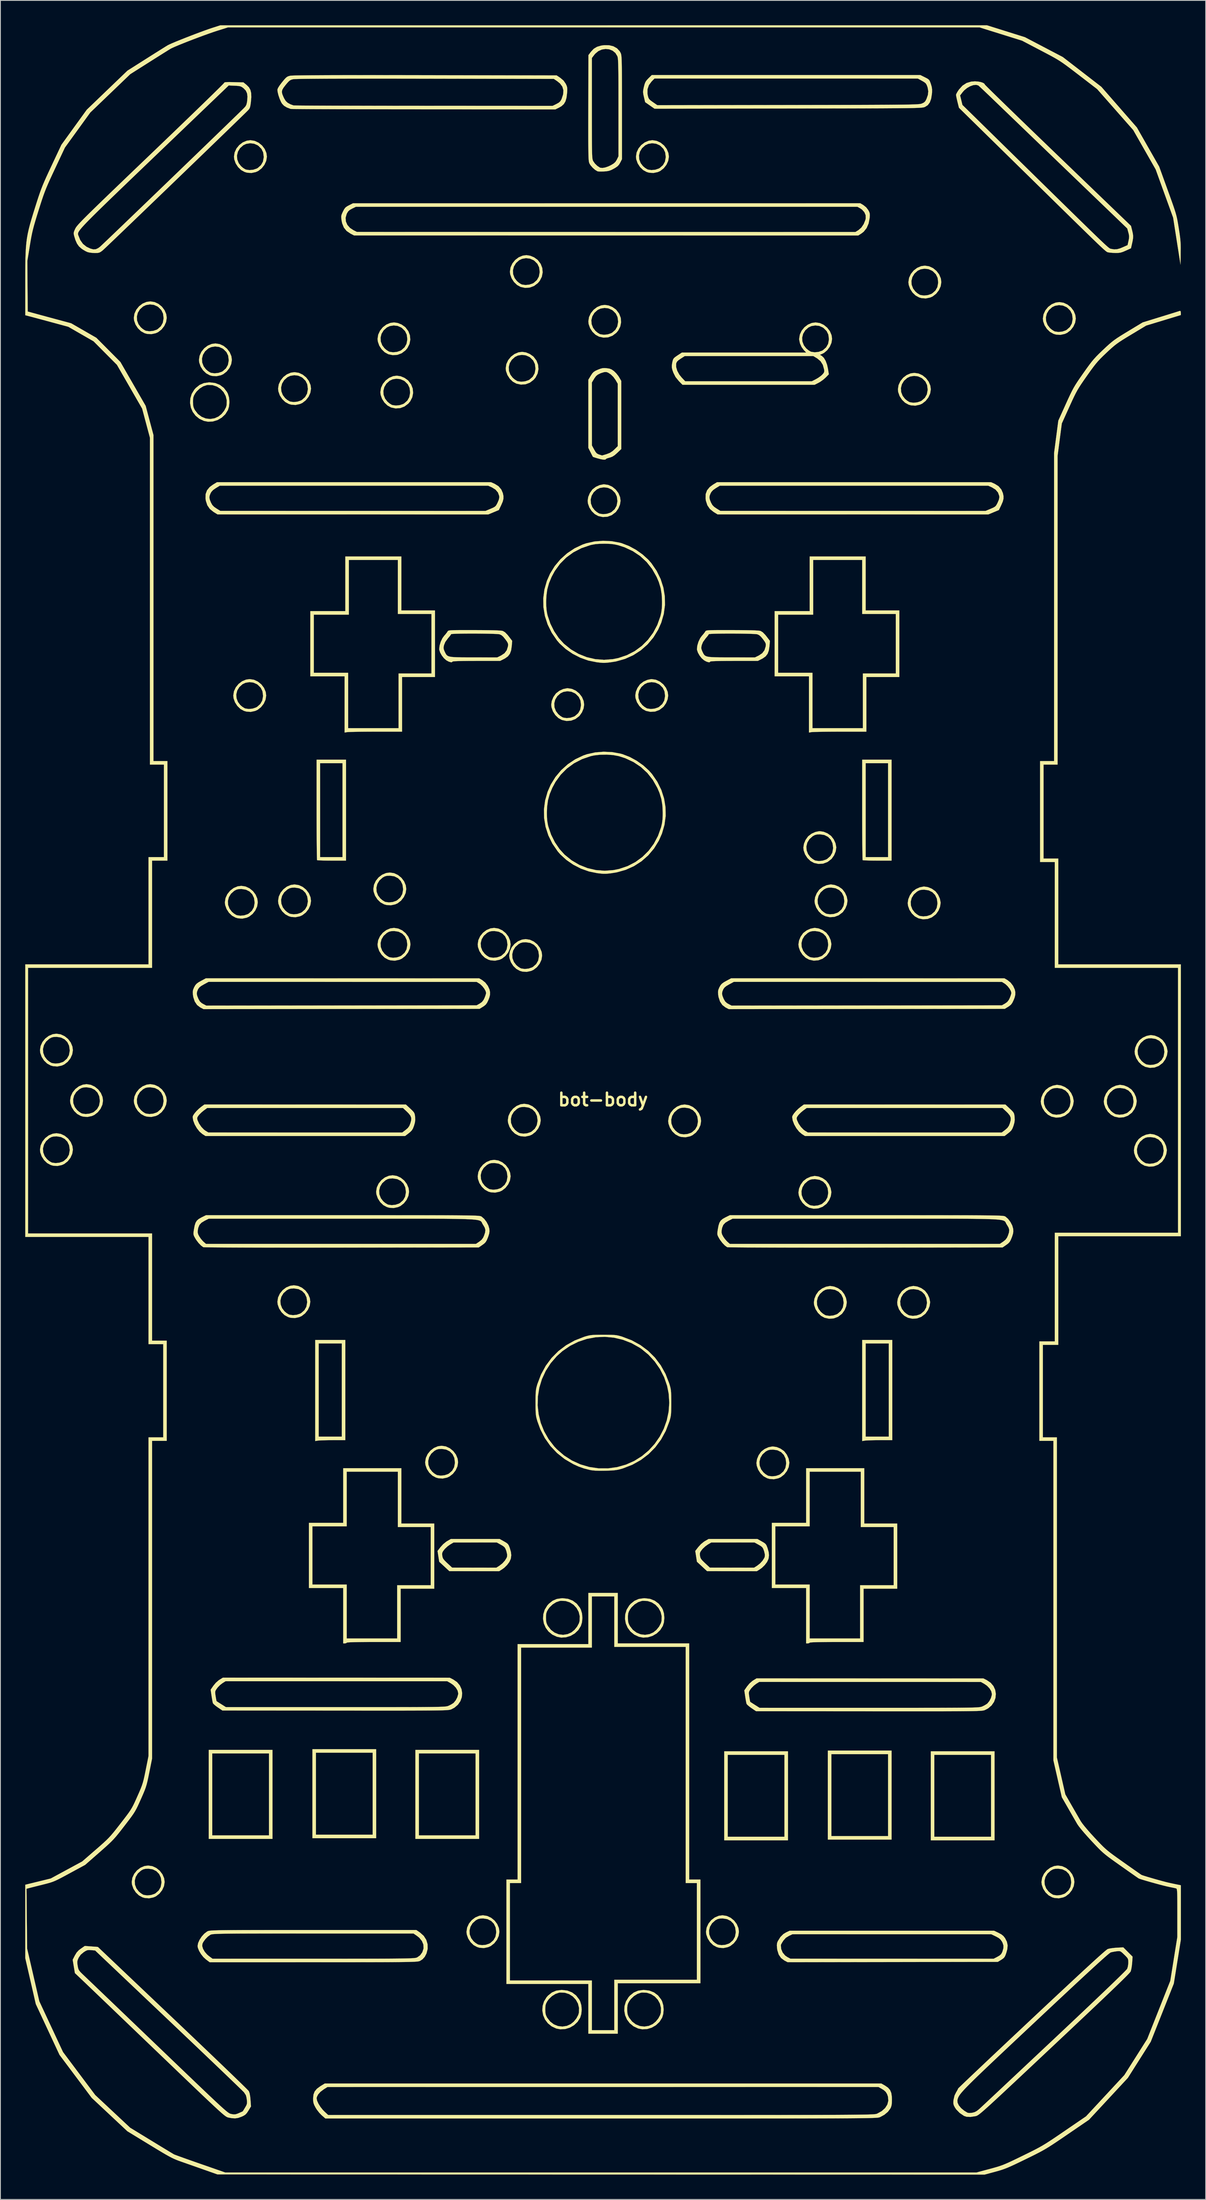
<source format=kicad_pcb>
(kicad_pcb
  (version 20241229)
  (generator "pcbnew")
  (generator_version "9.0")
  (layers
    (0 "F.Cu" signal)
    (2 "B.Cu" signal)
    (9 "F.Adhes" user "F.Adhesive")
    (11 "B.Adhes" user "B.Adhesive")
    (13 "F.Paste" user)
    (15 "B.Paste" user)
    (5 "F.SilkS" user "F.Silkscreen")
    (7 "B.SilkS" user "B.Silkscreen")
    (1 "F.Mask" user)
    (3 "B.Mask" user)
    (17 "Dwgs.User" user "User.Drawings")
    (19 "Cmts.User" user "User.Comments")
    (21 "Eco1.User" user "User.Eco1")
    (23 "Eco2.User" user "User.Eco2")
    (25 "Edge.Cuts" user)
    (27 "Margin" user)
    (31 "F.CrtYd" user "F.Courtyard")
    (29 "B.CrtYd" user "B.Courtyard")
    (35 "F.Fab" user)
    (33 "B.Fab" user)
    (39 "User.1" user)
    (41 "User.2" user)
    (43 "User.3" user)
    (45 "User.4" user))
  (footprint "bot-body"
    (layer "F.Cu")
    (at 69.855 129.799)
    (property "Reference" "bot-body" (at 0 0 0) (layer "F.SilkS") (effects (font (size 1.524 1.524) (thickness 0.3))))
    (attr through_hole)
    (fp_poly (pts (xy -39.963 89.323) (xy -47.667 89.323) (xy -47.667 78.994) (xy -47.244 78.994) (xy -47.244 88.9) (xy -40.386 88.9) (xy -40.386 78.994) (xy -47.244 78.994) (xy -47.667 78.994) (xy -47.667 78.571) (xy -39.963 78.571) (xy -39.963 89.323)) (stroke (width 0.01) (type solid)) (fill yes) (layer "F.SilkS"))
    (fp_poly (pts (xy -27.432 89.239) (xy -35.137 89.239) (xy -35.137 78.909) (xy -34.713 78.909) (xy -34.713 88.815) (xy -27.855 88.815) (xy -27.855 78.909) (xy -34.713 78.909) (xy -35.137 78.909) (xy -35.137 78.486) (xy -27.432 78.486) (xy -27.432 89.239)) (stroke (width 0.01) (type solid)) (fill yes) (layer "F.SilkS"))
    (fp_poly (pts (xy -14.986 89.323) (xy -22.691 89.323) (xy -22.691 78.994) (xy -22.267 78.994) (xy -22.267 88.9) (xy -15.409 88.9) (xy -15.409 78.994) (xy -22.267 78.994) (xy -22.691 78.994) (xy -22.691 78.571) (xy -14.986 78.571) (xy -14.986 89.323)) (stroke (width 0.01) (type solid)) (fill yes) (layer "F.SilkS"))
    (fp_poly (pts (xy 22.352 89.493) (xy 14.647 89.493) (xy 14.647 79.163) (xy 15.071 79.163) (xy 15.071 89.069) (xy 21.929 89.069) (xy 21.929 79.163) (xy 15.071 79.163) (xy 14.647 79.163) (xy 14.647 78.74) (xy 22.352 78.74) (xy 22.352 89.493)) (stroke (width 0.01) (type solid)) (fill yes) (layer "F.SilkS"))
    (fp_poly (pts (xy 34.883 89.408) (xy 27.178 89.408) (xy 27.178 79.079) (xy 27.601 79.079) (xy 27.601 88.985) (xy 34.459 88.985) (xy 34.459 79.079) (xy 27.601 79.079) (xy 27.178 79.079) (xy 27.178 78.655) (xy 34.883 78.655) (xy 34.883 89.408)) (stroke (width 0.01) (type solid)) (fill yes) (layer "F.SilkS"))
    (fp_poly (pts (xy 47.329 89.493) (xy 39.624 89.493) (xy 39.624 79.163) (xy 40.047 79.163) (xy 40.047 89.069) (xy 46.905 89.069) (xy 46.905 79.163) (xy 40.047 79.163) (xy 39.624 79.163) (xy 39.624 78.74) (xy 47.329 78.74) (xy 47.329 89.493)) (stroke (width 0.01) (type solid)) (fill yes) (layer "F.SilkS"))
    (fp_poly (pts (xy -31.157 41.148) (xy -32.66 41.149) (xy -33.172 41.152) (xy -33.647 41.161) (xy -34.05 41.173) (xy -34.347 41.189) (xy -34.48 41.202) (xy -34.798 41.255) (xy -34.798 29.464) (xy -34.375 29.464) (xy -34.375 40.725) (xy -31.581 40.725) (xy -31.581 29.464) (xy -34.375 29.464) (xy -34.798 29.464) (xy -34.798 29.041) (xy -31.157 29.041) (xy -31.157 41.148)) (stroke (width 0.01) (type solid)) (fill yes) (layer "F.SilkS"))
    (fp_poly (pts (xy 34.967 41.148) (xy 33.465 41.149) (xy 32.952 41.152) (xy 32.477 41.161) (xy 32.074 41.173) (xy 31.778 41.189) (xy 31.644 41.202) (xy 31.327 41.255) (xy 31.327 29.464) (xy 31.75 29.464) (xy 31.75 40.725) (xy 34.544 40.725) (xy 34.544 29.464) (xy 31.75 29.464) (xy 31.327 29.464) (xy 31.327 29.041) (xy 34.967 29.041) (xy 34.967 41.148)) (stroke (width 0.01) (type solid)) (fill yes) (layer "F.SilkS"))
    (fp_poly (pts (xy -31.073 -28.871) (xy -32.794 -28.871) (xy -33.318 -28.874) (xy -33.783 -28.881) (xy -34.163 -28.893) (xy -34.432 -28.907) (xy -34.564 -28.924) (xy -34.572 -28.928) (xy -34.582 -29.02) (xy -34.59 -29.267) (xy -34.599 -29.657) (xy -34.606 -30.175) (xy -34.613 -30.809) (xy -34.618 -31.544) (xy -34.623 -32.366) (xy -34.626 -33.263) (xy -34.628 -34.22) (xy -34.629 -35.024) (xy -34.629 -40.64) (xy -34.205 -40.64) (xy -34.205 -29.295) (xy -31.496 -29.295) (xy -31.496 -40.64) (xy -34.205 -40.64) (xy -34.629 -40.64) (xy -34.629 -41.063) (xy -31.073 -41.063) (xy -31.073 -28.871)) (stroke (width 0.01) (type solid)) (fill yes) (layer "F.SilkS"))
    (fp_poly (pts (xy 34.883 -28.871) (xy 33.161 -28.871) (xy 32.637 -28.874) (xy 32.172 -28.881) (xy 31.792 -28.893) (xy 31.523 -28.907) (xy 31.391 -28.924) (xy 31.383 -28.928) (xy 31.374 -29.02) (xy 31.365 -29.267) (xy 31.357 -29.657) (xy 31.349 -30.175) (xy 31.343 -30.809) (xy 31.337 -31.544) (xy 31.332 -32.366) (xy 31.329 -33.263) (xy 31.327 -34.22) (xy 31.327 -35.024) (xy 31.327 -40.64) (xy 31.75 -40.64) (xy 31.75 -29.295) (xy 34.459 -29.295) (xy 34.459 -40.64) (xy 31.75 -40.64) (xy 31.327 -40.64) (xy 31.327 -41.063) (xy 34.883 -41.063) (xy 34.883 -28.871)) (stroke (width 0.01) (type solid)) (fill yes) (layer "F.SilkS"))
    (fp_poly (pts (xy 1.778 65.701) (xy 10.414 65.701) (xy 10.414 94.234) (xy 11.769 94.234) (xy 11.769 106.765) (xy 1.778 106.765) (xy 1.778 112.861) (xy -1.778 112.861) (xy -1.778 106.849) (xy -11.684 106.849) (xy -11.684 94.657) (xy -11.261 94.657) (xy -11.261 106.426) (xy -1.355 106.426) (xy -1.355 112.437) (xy 1.355 112.437) (xy 1.355 106.341) (xy 11.345 106.341) (xy 11.345 94.657) (xy 9.991 94.657) (xy 9.991 66.125) (xy 1.355 66.125) (xy 1.355 60.029) (xy -1.355 60.029) (xy -1.355 66.209) (xy -9.906 66.209) (xy -9.906 94.657) (xy -11.261 94.657) (xy -11.684 94.657) (xy -11.684 94.234) (xy -10.329 94.234) (xy -10.329 65.786) (xy -1.778 65.786) (xy -1.778 59.605) (xy 1.778 59.605) (xy 1.778 65.701)) (stroke (width 0.01) (type solid)) (fill yes) (layer "F.SilkS"))
    (fp_poly (pts (xy -24.384 -59.097) (xy -20.32 -59.097) (xy -20.32 -51.054) (xy -24.299 -51.054) (xy -24.299 -44.45) (xy -27.453 -44.449) (xy -28.181 -44.447) (xy -28.867 -44.443) (xy -29.49 -44.437) (xy -30.028 -44.429) (xy -30.46 -44.419) (xy -30.766 -44.408) (xy -30.924 -44.396) (xy -30.924 -44.396) (xy -31.242 -44.343) (xy -31.242 -51.139) (xy -35.391 -51.139) (xy -35.391 -58.589) (xy -34.967 -58.589) (xy -34.967 -51.562) (xy -30.819 -51.562) (xy -30.819 -44.873) (xy -24.723 -44.873) (xy -24.723 -51.477) (xy -20.743 -51.477) (xy -20.743 -58.674) (xy -24.807 -58.674) (xy -24.807 -65.193) (xy -30.734 -65.193) (xy -30.734 -58.589) (xy -34.967 -58.589) (xy -35.391 -58.589) (xy -35.391 -59.013) (xy -31.157 -59.013) (xy -31.157 -65.617) (xy -24.384 -65.617) (xy -24.384 -59.097)) (stroke (width 0.01) (type solid)) (fill yes) (layer "F.SilkS"))
    (fp_poly (pts (xy 31.75 -59.097) (xy 35.814 -59.097) (xy 35.814 -51.054) (xy 31.835 -51.054) (xy 31.835 -44.45) (xy 28.681 -44.449) (xy 27.953 -44.447) (xy 27.267 -44.443) (xy 26.644 -44.437) (xy 26.106 -44.429) (xy 25.674 -44.419) (xy 25.368 -44.408) (xy 25.21 -44.396) (xy 25.209 -44.396) (xy 24.892 -44.343) (xy 24.892 -51.139) (xy 20.743 -51.139) (xy 20.743 -58.589) (xy 21.167 -58.589) (xy 21.167 -51.562) (xy 25.315 -51.562) (xy 25.315 -44.873) (xy 31.411 -44.873) (xy 31.411 -51.477) (xy 35.391 -51.477) (xy 35.391 -58.674) (xy 31.327 -58.674) (xy 31.327 -65.193) (xy 25.4 -65.193) (xy 25.4 -58.589) (xy 21.167 -58.589) (xy 20.743 -58.589) (xy 20.743 -59.013) (xy 24.977 -59.013) (xy 24.977 -65.617) (xy 31.75 -65.617) (xy 31.75 -59.097)) (stroke (width 0.01) (type solid)) (fill yes) (layer "F.SilkS"))
    (fp_poly (pts (xy -24.384 51.223) (xy -20.405 51.223) (xy -20.405 59.097) (xy -24.469 59.097) (xy -24.469 65.532) (xy -27.728 65.532) (xy -28.653 65.534) (xy -29.43 65.541) (xy -30.055 65.551) (xy -30.523 65.566) (xy -30.832 65.585) (xy -30.977 65.607) (xy -30.988 65.617) (xy -31.06 65.68) (xy -31.2 65.701) (xy -31.411 65.701) (xy -31.411 59.013) (xy -35.56 59.013) (xy -35.56 51.562) (xy -35.137 51.562) (xy -35.137 58.589) (xy -30.988 58.589) (xy -30.988 65.109) (xy -24.892 65.109) (xy -24.892 58.674) (xy -20.828 58.674) (xy -20.828 51.647) (xy -24.807 51.647) (xy -24.807 44.958) (xy -30.988 44.958) (xy -30.988 51.562) (xy -35.137 51.562) (xy -35.56 51.562) (xy -35.56 51.139) (xy -31.411 51.139) (xy -31.411 44.535) (xy -24.384 44.535) (xy -24.384 51.223)) (stroke (width 0.01) (type solid)) (fill yes) (layer "F.SilkS"))
    (fp_poly (pts (xy 31.581 51.223) (xy 35.56 51.223) (xy 35.56 59.097) (xy 31.496 59.097) (xy 31.496 65.532) (xy 28.236 65.532) (xy 27.311 65.534) (xy 26.535 65.541) (xy 25.91 65.551) (xy 25.441 65.566) (xy 25.133 65.585) (xy 24.988 65.607) (xy 24.977 65.617) (xy 24.904 65.68) (xy 24.765 65.701) (xy 24.553 65.701) (xy 24.553 59.013) (xy 20.405 59.013) (xy 20.405 51.562) (xy 20.828 51.562) (xy 20.828 58.589) (xy 24.977 58.589) (xy 24.977 65.109) (xy 31.073 65.109) (xy 31.073 58.674) (xy 35.137 58.674) (xy 35.137 51.647) (xy 31.157 51.647) (xy 31.157 44.958) (xy 24.977 44.958) (xy 24.977 51.562) (xy 20.828 51.562) (xy 20.405 51.562) (xy 20.405 51.139) (xy 24.553 51.139) (xy 24.553 44.535) (xy 31.581 44.535) (xy 31.581 51.223)) (stroke (width 0.01) (type solid)) (fill yes) (layer "F.SilkS"))
    (fp_poly (pts (xy -54.224 -96.355) (xy -53.747 -96.134) (xy -53.334 -95.797) (xy -53.012 -95.374) (xy -52.808 -94.891) (xy -52.747 -94.446) (xy -52.827 -93.945) (xy -53.045 -93.465) (xy -53.375 -93.044) (xy -53.787 -92.723) (xy -54.078 -92.59) (xy -54.619 -92.474) (xy -55.144 -92.512) (xy -55.431 -92.595) (xy -55.861 -92.831) (xy -56.233 -93.191) (xy -56.52 -93.634) (xy -56.691 -94.119) (xy -56.727 -94.446) (xy -56.703 -94.597) (xy -56.362 -94.597) (xy -56.334 -94.124) (xy -56.16 -93.668) (xy -55.879 -93.301) (xy -55.636 -93.095) (xy -55.386 -92.935) (xy -55.269 -92.886) (xy -54.847 -92.826) (xy -54.388 -92.872) (xy -53.971 -93.011) (xy -53.845 -93.083) (xy -53.461 -93.423) (xy -53.225 -93.84) (xy -53.131 -94.346) (xy -53.129 -94.446) (xy -53.196 -94.963) (xy -53.403 -95.391) (xy -53.761 -95.748) (xy -53.873 -95.827) (xy -54.3 -96.014) (xy -54.777 -96.07) (xy -55.25 -95.993) (xy -55.601 -95.827) (xy -55.992 -95.478) (xy -56.247 -95.058) (xy -56.362 -94.597) (xy -56.703 -94.597) (xy -56.647 -94.959) (xy -56.425 -95.435) (xy -56.089 -95.849) (xy -55.665 -96.171) (xy -55.182 -96.375) (xy -54.737 -96.435) (xy -54.224 -96.355)) (stroke (width 0.01) (type solid)) (fill yes) (layer "F.SilkS"))
    (fp_poly (pts (xy -46.35 -91.275) (xy -45.873 -91.054) (xy -45.46 -90.717) (xy -45.138 -90.294) (xy -44.934 -89.811) (xy -44.873 -89.366) (xy -44.953 -88.865) (xy -45.171 -88.385) (xy -45.501 -87.964) (xy -45.913 -87.643) (xy -46.204 -87.51) (xy -46.745 -87.394) (xy -47.27 -87.432) (xy -47.557 -87.515) (xy -47.987 -87.751) (xy -48.359 -88.111) (xy -48.646 -88.554) (xy -48.817 -89.039) (xy -48.853 -89.366) (xy -48.829 -89.517) (xy -48.488 -89.517) (xy -48.46 -89.044) (xy -48.286 -88.588) (xy -48.005 -88.221) (xy -47.762 -88.015) (xy -47.512 -87.855) (xy -47.395 -87.806) (xy -46.973 -87.746) (xy -46.514 -87.792) (xy -46.097 -87.931) (xy -45.971 -88.003) (xy -45.587 -88.343) (xy -45.351 -88.76) (xy -45.257 -89.266) (xy -45.255 -89.366) (xy -45.322 -89.883) (xy -45.529 -90.311) (xy -45.887 -90.668) (xy -45.999 -90.747) (xy -46.426 -90.934) (xy -46.903 -90.99) (xy -47.376 -90.913) (xy -47.727 -90.747) (xy -48.118 -90.398) (xy -48.373 -89.978) (xy -48.488 -89.517) (xy -48.829 -89.517) (xy -48.773 -89.879) (xy -48.551 -90.355) (xy -48.215 -90.769) (xy -47.791 -91.091) (xy -47.308 -91.295) (xy -46.863 -91.355) (xy -46.35 -91.275)) (stroke (width 0.01) (type solid)) (fill yes) (layer "F.SilkS"))
    (fp_poly (pts (xy -42.201 -50.72) (xy -41.725 -50.498) (xy -41.311 -50.162) (xy -40.989 -49.739) (xy -40.785 -49.255) (xy -40.725 -48.81) (xy -40.804 -48.31) (xy -41.023 -47.829) (xy -41.352 -47.409) (xy -41.764 -47.088) (xy -42.055 -46.955) (xy -42.597 -46.838) (xy -43.121 -46.877) (xy -43.408 -46.96) (xy -43.838 -47.195) (xy -44.211 -47.556) (xy -44.497 -47.999) (xy -44.669 -48.483) (xy -44.704 -48.81) (xy -44.68 -48.962) (xy -44.34 -48.962) (xy -44.312 -48.488) (xy -44.137 -48.033) (xy -43.856 -47.666) (xy -43.614 -47.459) (xy -43.363 -47.3) (xy -43.247 -47.25) (xy -42.825 -47.191) (xy -42.365 -47.236) (xy -41.948 -47.376) (xy -41.822 -47.448) (xy -41.438 -47.787) (xy -41.202 -48.205) (xy -41.109 -48.711) (xy -41.107 -48.81) (xy -41.174 -49.328) (xy -41.381 -49.756) (xy -41.738 -50.112) (xy -41.851 -50.192) (xy -42.277 -50.379) (xy -42.754 -50.434) (xy -43.227 -50.357) (xy -43.578 -50.192) (xy -43.97 -49.843) (xy -44.225 -49.423) (xy -44.34 -48.962) (xy -44.68 -48.962) (xy -44.624 -49.323) (xy -44.402 -49.8) (xy -44.066 -50.213) (xy -43.643 -50.536) (xy -43.159 -50.74) (xy -42.714 -50.8) (xy -42.201 -50.72)) (stroke (width 0.01) (type solid)) (fill yes) (layer "F.SilkS"))
    (fp_poly (pts (xy -42.117 -115.829) (xy -41.64 -115.607) (xy -41.227 -115.271) (xy -40.904 -114.847) (xy -40.7 -114.364) (xy -40.64 -113.919) (xy -40.719 -113.418) (xy -40.938 -112.938) (xy -41.268 -112.517) (xy -41.68 -112.197) (xy -41.97 -112.063) (xy -42.512 -111.947) (xy -43.036 -111.986) (xy -43.324 -112.069) (xy -43.753 -112.304) (xy -44.126 -112.664) (xy -44.413 -113.108) (xy -44.584 -113.592) (xy -44.619 -113.919) (xy -44.596 -114.07) (xy -44.255 -114.07) (xy -44.227 -113.597) (xy -44.052 -113.141) (xy -43.771 -112.775) (xy -43.529 -112.568) (xy -43.278 -112.408) (xy -43.162 -112.359) (xy -42.74 -112.3) (xy -42.281 -112.345) (xy -41.864 -112.484) (xy -41.738 -112.556) (xy -41.354 -112.896) (xy -41.118 -113.314) (xy -41.024 -113.82) (xy -41.022 -113.919) (xy -41.089 -114.436) (xy -41.296 -114.864) (xy -41.653 -115.221) (xy -41.766 -115.301) (xy -42.193 -115.488) (xy -42.67 -115.543) (xy -43.142 -115.466) (xy -43.493 -115.301) (xy -43.885 -114.951) (xy -44.14 -114.532) (xy -44.255 -114.07) (xy -44.596 -114.07) (xy -44.539 -114.432) (xy -44.318 -114.909) (xy -43.981 -115.322) (xy -43.558 -115.644) (xy -43.075 -115.848) (xy -42.63 -115.909) (xy -42.117 -115.829)) (stroke (width 0.01) (type solid)) (fill yes) (layer "F.SilkS"))
    (fp_poly (pts (xy -36.783 -87.804) (xy -36.306 -87.582) (xy -35.893 -87.246) (xy -35.57 -86.823) (xy -35.366 -86.339) (xy -35.306 -85.894) (xy -35.385 -85.394) (xy -35.604 -84.913) (xy -35.934 -84.493) (xy -36.346 -84.172) (xy -36.636 -84.039) (xy -37.178 -83.922) (xy -37.702 -83.961) (xy -37.99 -84.044) (xy -38.419 -84.279) (xy -38.792 -84.64) (xy -39.079 -85.083) (xy -39.25 -85.567) (xy -39.285 -85.894) (xy -39.262 -86.046) (xy -38.921 -86.046) (xy -38.893 -85.572) (xy -38.718 -85.117) (xy -38.437 -84.75) (xy -38.195 -84.543) (xy -37.944 -84.384) (xy -37.828 -84.334) (xy -37.406 -84.275) (xy -36.947 -84.32) (xy -36.53 -84.46) (xy -36.404 -84.532) (xy -36.02 -84.871) (xy -35.784 -85.289) (xy -35.69 -85.795) (xy -35.688 -85.894) (xy -35.755 -86.412) (xy -35.962 -86.84) (xy -36.319 -87.196) (xy -36.432 -87.276) (xy -36.859 -87.463) (xy -37.336 -87.518) (xy -37.808 -87.441) (xy -38.159 -87.276) (xy -38.551 -86.927) (xy -38.806 -86.507) (xy -38.921 -86.046) (xy -39.262 -86.046) (xy -39.205 -86.407) (xy -38.984 -86.884) (xy -38.647 -87.297) (xy -38.224 -87.62) (xy -37.741 -87.824) (xy -37.296 -87.884) (xy -36.783 -87.804)) (stroke (width 0.01) (type solid)) (fill yes) (layer "F.SilkS"))
    (fp_poly (pts (xy -24.815 -93.825) (xy -24.348 -93.632) (xy -23.942 -93.346) (xy -23.886 -93.293) (xy -23.543 -92.84) (xy -23.349 -92.334) (xy -23.303 -91.805) (xy -23.405 -91.281) (xy -23.655 -90.792) (xy -23.886 -90.519) (xy -24.345 -90.172) (xy -24.865 -89.977) (xy -25.422 -89.939) (xy -25.967 -90.055) (xy -26.397 -90.291) (xy -26.769 -90.651) (xy -27.056 -91.094) (xy -27.227 -91.579) (xy -27.263 -91.906) (xy -27.239 -92.057) (xy -26.898 -92.057) (xy -26.87 -91.584) (xy -26.696 -91.128) (xy -26.415 -90.761) (xy -26.172 -90.555) (xy -25.922 -90.395) (xy -25.805 -90.346) (xy -25.383 -90.286) (xy -24.924 -90.332) (xy -24.507 -90.471) (xy -24.381 -90.543) (xy -23.997 -90.883) (xy -23.761 -91.3) (xy -23.667 -91.806) (xy -23.665 -91.906) (xy -23.732 -92.423) (xy -23.939 -92.851) (xy -24.297 -93.208) (xy -24.409 -93.287) (xy -24.836 -93.474) (xy -25.313 -93.53) (xy -25.786 -93.453) (xy -26.137 -93.287) (xy -26.528 -92.938) (xy -26.783 -92.518) (xy -26.898 -92.057) (xy -27.239 -92.057) (xy -27.183 -92.419) (xy -26.961 -92.895) (xy -26.625 -93.309) (xy -26.201 -93.631) (xy -25.718 -93.835) (xy -25.273 -93.895) (xy -24.815 -93.825)) (stroke (width 0.01) (type solid)) (fill yes) (layer "F.SilkS"))
    (fp_poly (pts (xy -24.476 -87.39) (xy -24.01 -87.197) (xy -23.604 -86.912) (xy -23.547 -86.858) (xy -23.204 -86.405) (xy -23.01 -85.9) (xy -22.964 -85.37) (xy -23.066 -84.847) (xy -23.317 -84.358) (xy -23.547 -84.084) (xy -24.007 -83.737) (xy -24.527 -83.542) (xy -25.083 -83.504) (xy -25.628 -83.621) (xy -26.058 -83.856) (xy -26.431 -84.216) (xy -26.717 -84.66) (xy -26.889 -85.144) (xy -26.924 -85.471) (xy -26.9 -85.622) (xy -26.56 -85.622) (xy -26.532 -85.149) (xy -26.357 -84.693) (xy -26.076 -84.327) (xy -25.834 -84.12) (xy -25.583 -83.96) (xy -25.467 -83.911) (xy -25.045 -83.852) (xy -24.585 -83.897) (xy -24.168 -84.036) (xy -24.042 -84.108) (xy -23.658 -84.448) (xy -23.422 -84.866) (xy -23.329 -85.372) (xy -23.327 -85.471) (xy -23.394 -85.988) (xy -23.601 -86.416) (xy -23.958 -86.773) (xy -24.071 -86.853) (xy -24.497 -87.04) (xy -24.974 -87.095) (xy -25.447 -87.018) (xy -25.798 -86.853) (xy -26.19 -86.503) (xy -26.445 -86.084) (xy -26.56 -85.622) (xy -26.9 -85.622) (xy -26.844 -85.984) (xy -26.622 -86.461) (xy -26.286 -86.874) (xy -25.863 -87.196) (xy -25.379 -87.4) (xy -24.934 -87.461) (xy -24.476 -87.39)) (stroke (width 0.01) (type solid)) (fill yes) (layer "F.SilkS"))
    (fp_poly (pts (xy -9.321 -90.269) (xy -8.854 -90.076) (xy -8.448 -89.79) (xy -8.392 -89.737) (xy -8.049 -89.284) (xy -7.855 -88.778) (xy -7.809 -88.249) (xy -7.911 -87.725) (xy -8.161 -87.236) (xy -8.392 -86.963) (xy -8.851 -86.616) (xy -9.371 -86.421) (xy -9.928 -86.383) (xy -10.473 -86.499) (xy -10.903 -86.735) (xy -11.275 -87.095) (xy -11.562 -87.538) (xy -11.733 -88.023) (xy -11.769 -88.35) (xy -11.745 -88.501) (xy -11.404 -88.501) (xy -11.376 -88.028) (xy -11.202 -87.572) (xy -10.921 -87.205) (xy -10.678 -86.999) (xy -10.428 -86.839) (xy -10.311 -86.79) (xy -9.889 -86.73) (xy -9.43 -86.776) (xy -9.013 -86.915) (xy -8.887 -86.987) (xy -8.503 -87.327) (xy -8.267 -87.744) (xy -8.173 -88.25) (xy -8.171 -88.35) (xy -8.238 -88.867) (xy -8.445 -89.295) (xy -8.803 -89.652) (xy -8.915 -89.731) (xy -9.342 -89.918) (xy -9.819 -89.974) (xy -10.292 -89.897) (xy -10.643 -89.731) (xy -11.034 -89.382) (xy -11.289 -88.962) (xy -11.404 -88.501) (xy -11.745 -88.501) (xy -11.689 -88.863) (xy -11.467 -89.339) (xy -11.131 -89.753) (xy -10.707 -90.075) (xy -10.224 -90.279) (xy -9.779 -90.339) (xy -9.321 -90.269)) (stroke (width 0.01) (type solid)) (fill yes) (layer "F.SilkS"))
    (fp_poly (pts (xy -8.813 -101.953) (xy -8.346 -101.76) (xy -7.94 -101.474) (xy -7.884 -101.421) (xy -7.541 -100.968) (xy -7.347 -100.462) (xy -7.301 -99.933) (xy -7.403 -99.409) (xy -7.653 -98.92) (xy -7.884 -98.647) (xy -8.343 -98.3) (xy -8.863 -98.105) (xy -9.42 -98.067) (xy -9.965 -98.183) (xy -10.395 -98.419) (xy -10.767 -98.779) (xy -11.054 -99.222) (xy -11.225 -99.707) (xy -11.261 -100.034) (xy -11.237 -100.185) (xy -10.896 -100.185) (xy -10.868 -99.712) (xy -10.694 -99.256) (xy -10.413 -98.889) (xy -10.17 -98.683) (xy -9.92 -98.523) (xy -9.803 -98.474) (xy -9.381 -98.414) (xy -8.922 -98.46) (xy -8.505 -98.599) (xy -8.379 -98.671) (xy -7.995 -99.011) (xy -7.759 -99.428) (xy -7.665 -99.934) (xy -7.663 -100.034) (xy -7.73 -100.551) (xy -7.937 -100.979) (xy -8.295 -101.336) (xy -8.407 -101.415) (xy -8.834 -101.602) (xy -9.311 -101.658) (xy -9.784 -101.581) (xy -10.135 -101.415) (xy -10.526 -101.066) (xy -10.781 -100.646) (xy -10.896 -100.185) (xy -11.237 -100.185) (xy -11.181 -100.547) (xy -10.959 -101.023) (xy -10.623 -101.437) (xy -10.199 -101.759) (xy -9.716 -101.963) (xy -9.271 -102.023) (xy -8.813 -101.953)) (stroke (width 0.01) (type solid)) (fill yes) (layer "F.SilkS"))
    (fp_poly (pts (xy 0.67 -95.941) (xy 1.136 -95.748) (xy 1.542 -95.463) (xy 1.599 -95.409) (xy 1.942 -94.956) (xy 2.136 -94.451) (xy 2.182 -93.922) (xy 2.08 -93.398) (xy 1.829 -92.909) (xy 1.599 -92.635) (xy 1.139 -92.289) (xy 0.619 -92.094) (xy 0.063 -92.056) (xy -0.482 -92.172) (xy -0.912 -92.407) (xy -1.285 -92.768) (xy -1.571 -93.211) (xy -1.743 -93.695) (xy -1.778 -94.022) (xy -1.754 -94.174) (xy -1.414 -94.174) (xy -1.386 -93.7) (xy -1.211 -93.245) (xy -0.93 -92.878) (xy -0.688 -92.671) (xy -0.437 -92.512) (xy -0.321 -92.462) (xy 0.101 -92.403) (xy 0.561 -92.448) (xy 0.978 -92.588) (xy 1.104 -92.66) (xy 1.488 -92.999) (xy 1.724 -93.417) (xy 1.817 -93.923) (xy 1.819 -94.022) (xy 1.752 -94.54) (xy 1.545 -94.968) (xy 1.188 -95.324) (xy 1.075 -95.404) (xy 0.649 -95.591) (xy 0.172 -95.646) (xy -0.301 -95.569) (xy -0.652 -95.404) (xy -1.044 -95.055) (xy -1.299 -94.635) (xy -1.414 -94.174) (xy -1.754 -94.174) (xy -1.698 -94.535) (xy -1.476 -95.012) (xy -1.14 -95.425) (xy -0.717 -95.748) (xy -0.233 -95.952) (xy 0.212 -96.012) (xy 0.67 -95.941)) (stroke (width 0.01) (type solid)) (fill yes) (layer "F.SilkS"))
    (fp_poly (pts (xy 6.482 -115.829) (xy 6.959 -115.607) (xy 7.372 -115.271) (xy 7.694 -114.847) (xy 7.898 -114.364) (xy 7.959 -113.919) (xy 7.879 -113.418) (xy 7.661 -112.938) (xy 7.331 -112.517) (xy 6.919 -112.197) (xy 6.628 -112.063) (xy 6.087 -111.947) (xy 5.562 -111.986) (xy 5.275 -112.069) (xy 4.845 -112.304) (xy 4.473 -112.664) (xy 4.186 -113.108) (xy 4.015 -113.592) (xy 3.979 -113.919) (xy 4.003 -114.07) (xy 4.344 -114.07) (xy 4.372 -113.597) (xy 4.546 -113.141) (xy 4.827 -112.775) (xy 5.07 -112.568) (xy 5.32 -112.408) (xy 5.437 -112.359) (xy 5.859 -112.3) (xy 6.318 -112.345) (xy 6.735 -112.484) (xy 6.861 -112.556) (xy 7.245 -112.896) (xy 7.481 -113.314) (xy 7.575 -113.82) (xy 7.577 -113.919) (xy 7.51 -114.436) (xy 7.303 -114.864) (xy 6.945 -115.221) (xy 6.833 -115.301) (xy 6.406 -115.488) (xy 5.929 -115.543) (xy 5.456 -115.466) (xy 5.105 -115.301) (xy 4.714 -114.951) (xy 4.459 -114.532) (xy 4.344 -114.07) (xy 4.003 -114.07) (xy 4.059 -114.432) (xy 4.281 -114.909) (xy 4.617 -115.322) (xy 5.041 -115.644) (xy 5.524 -115.848) (xy 5.969 -115.909) (xy 6.482 -115.829)) (stroke (width 0.01) (type solid)) (fill yes) (layer "F.SilkS"))
    (fp_poly (pts (xy 38.147 -87.719) (xy 38.624 -87.498) (xy 39.037 -87.161) (xy 39.36 -86.738) (xy 39.564 -86.255) (xy 39.624 -85.81) (xy 39.545 -85.309) (xy 39.326 -84.829) (xy 38.996 -84.408) (xy 38.584 -84.087) (xy 38.294 -83.954) (xy 37.752 -83.838) (xy 37.228 -83.876) (xy 36.94 -83.959) (xy 36.511 -84.195) (xy 36.138 -84.555) (xy 35.851 -84.998) (xy 35.68 -85.483) (xy 35.645 -85.81) (xy 35.668 -85.961) (xy 36.009 -85.961) (xy 36.037 -85.488) (xy 36.212 -85.032) (xy 36.493 -84.665) (xy 36.735 -84.459) (xy 36.986 -84.299) (xy 37.102 -84.25) (xy 37.524 -84.19) (xy 37.983 -84.236) (xy 38.4 -84.375) (xy 38.526 -84.447) (xy 38.91 -84.787) (xy 39.146 -85.204) (xy 39.24 -85.71) (xy 39.242 -85.81) (xy 39.175 -86.327) (xy 38.968 -86.755) (xy 38.611 -87.112) (xy 38.498 -87.191) (xy 38.071 -87.378) (xy 37.594 -87.434) (xy 37.122 -87.357) (xy 36.771 -87.191) (xy 36.379 -86.842) (xy 36.124 -86.422) (xy 36.009 -85.961) (xy 35.668 -85.961) (xy 35.725 -86.323) (xy 35.946 -86.799) (xy 36.283 -87.213) (xy 36.706 -87.535) (xy 37.189 -87.739) (xy 37.634 -87.799) (xy 38.147 -87.719)) (stroke (width 0.01) (type solid)) (fill yes) (layer "F.SilkS"))
    (fp_poly (pts (xy 39.417 -100.673) (xy 39.894 -100.452) (xy 40.307 -100.115) (xy 40.63 -99.692) (xy 40.834 -99.209) (xy 40.894 -98.764) (xy 40.815 -98.263) (xy 40.596 -97.783) (xy 40.266 -97.362) (xy 39.854 -97.041) (xy 39.564 -96.908) (xy 39.022 -96.792) (xy 38.498 -96.83) (xy 38.21 -96.913) (xy 37.781 -97.149) (xy 37.408 -97.509) (xy 37.121 -97.952) (xy 36.95 -98.437) (xy 36.915 -98.764) (xy 36.938 -98.915) (xy 37.279 -98.915) (xy 37.307 -98.442) (xy 37.482 -97.986) (xy 37.763 -97.619) (xy 38.005 -97.413) (xy 38.256 -97.253) (xy 38.372 -97.204) (xy 38.794 -97.144) (xy 39.253 -97.19) (xy 39.67 -97.329) (xy 39.796 -97.401) (xy 40.18 -97.741) (xy 40.416 -98.158) (xy 40.51 -98.664) (xy 40.512 -98.764) (xy 40.445 -99.281) (xy 40.238 -99.709) (xy 39.881 -100.066) (xy 39.768 -100.145) (xy 39.341 -100.332) (xy 38.864 -100.388) (xy 38.392 -100.311) (xy 38.041 -100.145) (xy 37.649 -99.796) (xy 37.394 -99.376) (xy 37.279 -98.915) (xy 36.938 -98.915) (xy 36.995 -99.277) (xy 37.216 -99.753) (xy 37.553 -100.167) (xy 37.976 -100.489) (xy 38.459 -100.693) (xy 38.904 -100.753) (xy 39.417 -100.673)) (stroke (width 0.01) (type solid)) (fill yes) (layer "F.SilkS"))
    (fp_poly (pts (xy 55.673 -96.271) (xy 56.15 -96.049) (xy 56.563 -95.713) (xy 56.886 -95.289) (xy 57.09 -94.806) (xy 57.15 -94.361) (xy 57.071 -93.86) (xy 56.852 -93.38) (xy 56.522 -92.959) (xy 56.11 -92.639) (xy 55.82 -92.505) (xy 55.278 -92.389) (xy 54.754 -92.428) (xy 54.466 -92.511) (xy 54.037 -92.746) (xy 53.664 -93.106) (xy 53.377 -93.55) (xy 53.206 -94.034) (xy 53.171 -94.361) (xy 53.194 -94.512) (xy 53.535 -94.512) (xy 53.563 -94.039) (xy 53.738 -93.583) (xy 54.019 -93.217) (xy 54.261 -93.01) (xy 54.512 -92.85) (xy 54.628 -92.801) (xy 55.05 -92.742) (xy 55.509 -92.787) (xy 55.926 -92.926) (xy 56.052 -92.998) (xy 56.436 -93.338) (xy 56.672 -93.756) (xy 56.766 -94.262) (xy 56.768 -94.361) (xy 56.701 -94.878) (xy 56.494 -95.306) (xy 56.137 -95.663) (xy 56.024 -95.743) (xy 55.597 -95.93) (xy 55.12 -95.985) (xy 54.648 -95.908) (xy 54.297 -95.743) (xy 53.905 -95.393) (xy 53.65 -94.974) (xy 53.535 -94.512) (xy 53.194 -94.512) (xy 53.251 -94.874) (xy 53.472 -95.351) (xy 53.809 -95.764) (xy 54.232 -96.086) (xy 54.715 -96.29) (xy 55.16 -96.351) (xy 55.673 -96.271)) (stroke (width 0.01) (type solid)) (fill yes) (layer "F.SilkS"))
    (fp_poly (pts (xy -65.569 -7.879) (xy -65.093 -7.657) (xy -64.679 -7.321) (xy -64.357 -6.897) (xy -64.153 -6.414) (xy -64.093 -5.969) (xy -64.172 -5.468) (xy -64.391 -4.988) (xy -64.72 -4.567) (xy -65.132 -4.247) (xy -65.423 -4.113) (xy -65.965 -3.997) (xy -66.489 -4.036) (xy -66.776 -4.119) (xy -67.206 -4.354) (xy -67.579 -4.714) (xy -67.865 -5.158) (xy -68.037 -5.642) (xy -68.072 -5.969) (xy -68.048 -6.12) (xy -67.708 -6.12) (xy -67.68 -5.647) (xy -67.505 -5.191) (xy -67.224 -4.825) (xy -66.982 -4.618) (xy -66.731 -4.458) (xy -66.615 -4.409) (xy -66.193 -4.35) (xy -65.733 -4.395) (xy -65.316 -4.534) (xy -65.19 -4.606) (xy -64.806 -4.946) (xy -64.57 -5.364) (xy -64.477 -5.87) (xy -64.475 -5.969) (xy -64.549 -6.498) (xy -64.76 -6.94) (xy -65.092 -7.278) (xy -65.529 -7.496) (xy -66.054 -7.577) (xy -66.082 -7.578) (xy -66.426 -7.561) (xy -66.683 -7.495) (xy -66.93 -7.361) (xy -66.946 -7.351) (xy -67.338 -7.001) (xy -67.593 -6.582) (xy -67.708 -6.12) (xy -68.048 -6.12) (xy -67.992 -6.482) (xy -67.77 -6.959) (xy -67.434 -7.372) (xy -67.011 -7.694) (xy -66.527 -7.898) (xy -66.082 -7.959) (xy -65.569 -7.879)) (stroke (width 0.01) (type solid)) (fill yes) (layer "F.SilkS"))
    (fp_poly (pts (xy -65.569 4.144) (xy -65.093 4.366) (xy -64.679 4.702) (xy -64.357 5.125) (xy -64.153 5.609) (xy -64.093 6.054) (xy -64.172 6.554) (xy -64.391 7.035) (xy -64.72 7.455) (xy -65.132 7.776) (xy -65.423 7.909) (xy -65.965 8.026) (xy -66.489 7.987) (xy -66.776 7.904) (xy -67.206 7.669) (xy -67.579 7.308) (xy -67.865 6.865) (xy -68.037 6.381) (xy -68.072 6.054) (xy -68.048 5.902) (xy -67.708 5.902) (xy -67.68 6.376) (xy -67.505 6.831) (xy -67.224 7.198) (xy -66.982 7.405) (xy -66.731 7.564) (xy -66.615 7.614) (xy -66.193 7.673) (xy -65.733 7.628) (xy -65.316 7.488) (xy -65.19 7.416) (xy -64.806 7.077) (xy -64.57 6.659) (xy -64.477 6.153) (xy -64.475 6.054) (xy -64.549 5.524) (xy -64.76 5.082) (xy -65.092 4.744) (xy -65.529 4.526) (xy -66.054 4.445) (xy -66.082 4.445) (xy -66.426 4.462) (xy -66.683 4.527) (xy -66.93 4.661) (xy -66.946 4.672) (xy -67.338 5.021) (xy -67.593 5.441) (xy -67.708 5.902) (xy -68.048 5.902) (xy -67.992 5.541) (xy -67.77 5.064) (xy -67.434 4.651) (xy -67.011 4.328) (xy -66.527 4.124) (xy -66.082 4.064) (xy -65.569 4.144)) (stroke (width 0.01) (type solid)) (fill yes) (layer "F.SilkS"))
    (fp_poly (pts (xy -61.929 -1.783) (xy -61.452 -1.561) (xy -61.039 -1.225) (xy -60.716 -0.801) (xy -60.512 -0.318) (xy -60.452 0.127) (xy -60.531 0.628) (xy -60.75 1.108) (xy -61.08 1.529) (xy -61.492 1.849) (xy -61.782 1.983) (xy -62.324 2.099) (xy -62.848 2.06) (xy -63.136 1.977) (xy -63.565 1.742) (xy -63.938 1.382) (xy -64.225 0.938) (xy -64.396 0.454) (xy -64.431 0.127) (xy -64.408 -0.024) (xy -64.067 -0.024) (xy -64.039 0.449) (xy -63.864 0.905) (xy -63.583 1.271) (xy -63.341 1.478) (xy -63.09 1.638) (xy -62.974 1.687) (xy -62.552 1.746) (xy -62.093 1.701) (xy -61.676 1.562) (xy -61.55 1.49) (xy -61.166 1.15) (xy -60.93 0.732) (xy -60.836 0.226) (xy -60.834 0.127) (xy -60.908 -0.402) (xy -61.119 -0.844) (xy -61.452 -1.182) (xy -61.888 -1.4) (xy -62.414 -1.481) (xy -62.442 -1.482) (xy -62.786 -1.465) (xy -63.042 -1.399) (xy -63.289 -1.265) (xy -63.305 -1.255) (xy -63.697 -0.905) (xy -63.952 -0.486) (xy -64.067 -0.024) (xy -64.408 -0.024) (xy -64.351 -0.386) (xy -64.13 -0.863) (xy -63.793 -1.276) (xy -63.37 -1.598) (xy -62.887 -1.802) (xy -62.442 -1.863) (xy -61.929 -1.783)) (stroke (width 0.01) (type solid)) (fill yes) (layer "F.SilkS"))
    (fp_poly (pts (xy -54.478 92.621) (xy -54.001 92.842) (xy -53.588 93.179) (xy -53.266 93.602) (xy -53.062 94.085) (xy -53.001 94.53) (xy -53.081 95.031) (xy -53.299 95.511) (xy -53.629 95.932) (xy -54.041 96.253) (xy -54.332 96.386) (xy -54.873 96.502) (xy -55.398 96.464) (xy -55.685 96.381) (xy -56.115 96.145) (xy -56.487 95.785) (xy -56.774 95.342) (xy -56.945 94.857) (xy -56.981 94.53) (xy -56.957 94.379) (xy -56.616 94.379) (xy -56.588 94.852) (xy -56.414 95.308) (xy -56.133 95.675) (xy -55.89 95.881) (xy -55.64 96.041) (xy -55.523 96.09) (xy -55.101 96.15) (xy -54.642 96.104) (xy -54.225 95.965) (xy -54.099 95.893) (xy -53.715 95.553) (xy -53.479 95.136) (xy -53.385 94.63) (xy -53.383 94.53) (xy -53.457 94.001) (xy -53.669 93.559) (xy -54.001 93.221) (xy -54.438 93.003) (xy -54.963 92.922) (xy -54.991 92.922) (xy -55.335 92.939) (xy -55.591 93.004) (xy -55.838 93.138) (xy -55.855 93.149) (xy -56.246 93.498) (xy -56.501 93.918) (xy -56.616 94.379) (xy -56.957 94.379) (xy -56.901 94.017) (xy -56.679 93.541) (xy -56.343 93.127) (xy -55.919 92.805) (xy -55.436 92.601) (xy -54.991 92.541) (xy -54.478 92.621)) (stroke (width 0.01) (type solid)) (fill yes) (layer "F.SilkS"))
    (fp_poly (pts (xy -54.224 -1.783) (xy -53.747 -1.561) (xy -53.334 -1.225) (xy -53.012 -0.801) (xy -52.808 -0.318) (xy -52.747 0.127) (xy -52.827 0.628) (xy -53.045 1.108) (xy -53.375 1.529) (xy -53.787 1.849) (xy -54.078 1.983) (xy -54.619 2.099) (xy -55.144 2.06) (xy -55.431 1.977) (xy -55.861 1.742) (xy -56.233 1.382) (xy -56.52 0.938) (xy -56.691 0.454) (xy -56.727 0.127) (xy -56.703 -0.024) (xy -56.362 -0.024) (xy -56.334 0.449) (xy -56.16 0.905) (xy -55.879 1.271) (xy -55.636 1.478) (xy -55.386 1.638) (xy -55.269 1.687) (xy -54.847 1.746) (xy -54.388 1.701) (xy -53.971 1.562) (xy -53.845 1.49) (xy -53.461 1.15) (xy -53.225 0.732) (xy -53.131 0.226) (xy -53.129 0.127) (xy -53.203 -0.402) (xy -53.415 -0.844) (xy -53.747 -1.182) (xy -54.184 -1.4) (xy -54.709 -1.481) (xy -54.737 -1.482) (xy -55.081 -1.465) (xy -55.337 -1.399) (xy -55.584 -1.265) (xy -55.601 -1.255) (xy -55.992 -0.905) (xy -56.247 -0.486) (xy -56.362 -0.024) (xy -56.703 -0.024) (xy -56.647 -0.386) (xy -56.425 -0.863) (xy -56.089 -1.276) (xy -55.665 -1.598) (xy -55.182 -1.802) (xy -54.737 -1.863) (xy -54.224 -1.783)) (stroke (width 0.01) (type solid)) (fill yes) (layer "F.SilkS"))
    (fp_poly (pts (xy -43.217 -25.743) (xy -42.741 -25.522) (xy -42.327 -25.185) (xy -42.005 -24.762) (xy -41.801 -24.279) (xy -41.741 -23.834) (xy -41.82 -23.333) (xy -42.039 -22.853) (xy -42.368 -22.432) (xy -42.78 -22.111) (xy -43.071 -21.978) (xy -43.613 -21.862) (xy -44.137 -21.9) (xy -44.424 -21.983) (xy -44.854 -22.219) (xy -45.227 -22.579) (xy -45.513 -23.022) (xy -45.685 -23.507) (xy -45.72 -23.834) (xy -45.696 -23.985) (xy -45.356 -23.985) (xy -45.328 -23.512) (xy -45.153 -23.056) (xy -44.872 -22.689) (xy -44.63 -22.483) (xy -44.379 -22.323) (xy -44.263 -22.274) (xy -43.841 -22.214) (xy -43.381 -22.26) (xy -42.964 -22.399) (xy -42.838 -22.471) (xy -42.454 -22.811) (xy -42.218 -23.228) (xy -42.125 -23.734) (xy -42.123 -23.834) (xy -42.197 -24.363) (xy -42.408 -24.805) (xy -42.74 -25.143) (xy -43.177 -25.361) (xy -43.702 -25.442) (xy -43.73 -25.442) (xy -44.074 -25.425) (xy -44.331 -25.36) (xy -44.578 -25.226) (xy -44.594 -25.215) (xy -44.986 -24.866) (xy -45.241 -24.446) (xy -45.356 -23.985) (xy -45.696 -23.985) (xy -45.64 -24.347) (xy -45.418 -24.823) (xy -45.082 -25.237) (xy -44.659 -25.559) (xy -44.175 -25.763) (xy -43.73 -25.823) (xy -43.217 -25.743)) (stroke (width 0.01) (type solid)) (fill yes) (layer "F.SilkS"))
    (fp_poly (pts (xy -36.867 22.517) (xy -36.391 22.738) (xy -35.977 23.075) (xy -35.655 23.498) (xy -35.451 23.981) (xy -35.391 24.426) (xy -35.47 24.927) (xy -35.689 25.407) (xy -36.018 25.828) (xy -36.43 26.149) (xy -36.721 26.282) (xy -37.263 26.398) (xy -37.787 26.36) (xy -38.074 26.277) (xy -38.504 26.041) (xy -38.877 25.681) (xy -39.163 25.238) (xy -39.335 24.753) (xy -39.37 24.426) (xy -39.346 24.275) (xy -39.006 24.275) (xy -38.978 24.748) (xy -38.803 25.204) (xy -38.522 25.571) (xy -38.28 25.777) (xy -38.029 25.937) (xy -37.913 25.986) (xy -37.491 26.046) (xy -37.031 26) (xy -36.614 25.861) (xy -36.488 25.789) (xy -36.104 25.449) (xy -35.868 25.032) (xy -35.775 24.526) (xy -35.773 24.426) (xy -35.847 23.897) (xy -36.058 23.455) (xy -36.39 23.117) (xy -36.827 22.899) (xy -37.352 22.818) (xy -37.38 22.818) (xy -37.724 22.835) (xy -37.981 22.9) (xy -38.228 23.034) (xy -38.244 23.045) (xy -38.636 23.394) (xy -38.891 23.814) (xy -39.006 24.275) (xy -39.346 24.275) (xy -39.29 23.913) (xy -39.068 23.437) (xy -38.732 23.023) (xy -38.309 22.701) (xy -37.825 22.497) (xy -37.38 22.437) (xy -36.867 22.517)) (stroke (width 0.01) (type solid)) (fill yes) (layer "F.SilkS"))
    (fp_poly (pts (xy -36.783 -25.913) (xy -36.306 -25.691) (xy -35.893 -25.355) (xy -35.57 -24.931) (xy -35.366 -24.448) (xy -35.306 -24.003) (xy -35.385 -23.502) (xy -35.604 -23.022) (xy -35.934 -22.601) (xy -36.346 -22.281) (xy -36.636 -22.147) (xy -37.178 -22.031) (xy -37.702 -22.07) (xy -37.99 -22.153) (xy -38.419 -22.388) (xy -38.792 -22.748) (xy -39.079 -23.192) (xy -39.25 -23.676) (xy -39.285 -24.003) (xy -39.262 -24.154) (xy -38.921 -24.154) (xy -38.893 -23.681) (xy -38.718 -23.225) (xy -38.437 -22.859) (xy -38.195 -22.652) (xy -37.944 -22.492) (xy -37.828 -22.443) (xy -37.406 -22.384) (xy -36.947 -22.429) (xy -36.53 -22.568) (xy -36.404 -22.64) (xy -36.02 -22.98) (xy -35.784 -23.398) (xy -35.69 -23.904) (xy -35.688 -24.003) (xy -35.762 -24.532) (xy -35.973 -24.974) (xy -36.306 -25.312) (xy -36.742 -25.53) (xy -37.268 -25.611) (xy -37.296 -25.612) (xy -37.64 -25.595) (xy -37.896 -25.529) (xy -38.143 -25.395) (xy -38.159 -25.385) (xy -38.551 -25.035) (xy -38.806 -24.616) (xy -38.921 -24.154) (xy -39.262 -24.154) (xy -39.205 -24.516) (xy -38.984 -24.993) (xy -38.647 -25.406) (xy -38.224 -25.728) (xy -37.741 -25.932) (xy -37.296 -25.993) (xy -36.783 -25.913)) (stroke (width 0.01) (type solid)) (fill yes) (layer "F.SilkS"))
    (fp_poly (pts (xy -25.268 -27.352) (xy -24.791 -27.13) (xy -24.378 -26.794) (xy -24.056 -26.371) (xy -23.852 -25.887) (xy -23.791 -25.442) (xy -23.871 -24.942) (xy -24.089 -24.461) (xy -24.419 -24.041) (xy -24.831 -23.72) (xy -25.122 -23.587) (xy -25.663 -23.47) (xy -26.188 -23.509) (xy -26.475 -23.592) (xy -26.905 -23.827) (xy -27.277 -24.188) (xy -27.564 -24.631) (xy -27.735 -25.115) (xy -27.771 -25.442) (xy -27.747 -25.594) (xy -27.406 -25.594) (xy -27.378 -25.12) (xy -27.204 -24.665) (xy -26.923 -24.298) (xy -26.68 -24.091) (xy -26.43 -23.932) (xy -26.313 -23.882) (xy -25.891 -23.823) (xy -25.432 -23.868) (xy -25.015 -24.008) (xy -24.889 -24.08) (xy -24.505 -24.419) (xy -24.269 -24.837) (xy -24.175 -25.343) (xy -24.173 -25.442) (xy -24.247 -25.972) (xy -24.459 -26.414) (xy -24.791 -26.752) (xy -25.228 -26.97) (xy -25.753 -27.051) (xy -25.781 -27.051) (xy -26.125 -27.034) (xy -26.381 -26.969) (xy -26.628 -26.835) (xy -26.645 -26.824) (xy -27.036 -26.475) (xy -27.291 -26.055) (xy -27.406 -25.594) (xy -27.747 -25.594) (xy -27.691 -25.955) (xy -27.469 -26.432) (xy -27.133 -26.845) (xy -26.709 -27.168) (xy -26.226 -27.372) (xy -25.781 -27.432) (xy -25.268 -27.352)) (stroke (width 0.01) (type solid)) (fill yes) (layer "F.SilkS"))
    (fp_poly (pts (xy -24.929 9.224) (xy -24.453 9.446) (xy -24.039 9.782) (xy -23.717 10.205) (xy -23.513 10.689) (xy -23.453 11.134) (xy -23.532 11.634) (xy -23.751 12.115) (xy -24.08 12.535) (xy -24.492 12.856) (xy -24.783 12.989) (xy -25.325 13.106) (xy -25.849 13.067) (xy -26.136 12.984) (xy -26.566 12.749) (xy -26.939 12.388) (xy -27.225 11.945) (xy -27.397 11.461) (xy -27.432 11.134) (xy -27.408 10.982) (xy -27.068 10.982) (xy -27.04 11.456) (xy -26.865 11.911) (xy -26.584 12.278) (xy -26.342 12.485) (xy -26.091 12.644) (xy -25.975 12.694) (xy -25.553 12.753) (xy -25.093 12.708) (xy -24.676 12.568) (xy -24.55 12.496) (xy -24.166 12.157) (xy -23.93 11.739) (xy -23.837 11.233) (xy -23.835 11.134) (xy -23.909 10.604) (xy -24.12 10.162) (xy -24.452 9.824) (xy -24.889 9.606) (xy -25.414 9.525) (xy -25.442 9.525) (xy -25.786 9.542) (xy -26.043 9.607) (xy -26.29 9.741) (xy -26.306 9.752) (xy -26.698 10.101) (xy -26.953 10.521) (xy -27.068 10.982) (xy -27.408 10.982) (xy -27.352 10.621) (xy -27.13 10.144) (xy -26.794 9.731) (xy -26.371 9.408) (xy -25.887 9.204) (xy -25.442 9.144) (xy -24.929 9.224)) (stroke (width 0.01) (type solid)) (fill yes) (layer "F.SilkS"))
    (fp_poly (pts (xy -24.76 -20.663) (xy -24.283 -20.442) (xy -23.87 -20.105) (xy -23.548 -19.682) (xy -23.344 -19.199) (xy -23.283 -18.754) (xy -23.363 -18.253) (xy -23.581 -17.773) (xy -23.911 -17.352) (xy -24.323 -17.031) (xy -24.614 -16.898) (xy -25.155 -16.782) (xy -25.68 -16.82) (xy -25.967 -16.903) (xy -26.397 -17.139) (xy -26.769 -17.499) (xy -27.056 -17.942) (xy -27.227 -18.427) (xy -27.263 -18.754) (xy -27.239 -18.905) (xy -26.898 -18.905) (xy -26.87 -18.432) (xy -26.696 -17.976) (xy -26.415 -17.609) (xy -26.172 -17.403) (xy -25.922 -17.243) (xy -25.805 -17.194) (xy -25.383 -17.134) (xy -24.924 -17.18) (xy -24.507 -17.319) (xy -24.381 -17.391) (xy -23.997 -17.731) (xy -23.761 -18.148) (xy -23.667 -18.654) (xy -23.665 -18.754) (xy -23.739 -19.283) (xy -23.951 -19.725) (xy -24.283 -20.063) (xy -24.72 -20.281) (xy -25.245 -20.362) (xy -25.273 -20.362) (xy -25.617 -20.345) (xy -25.873 -20.28) (xy -26.12 -20.146) (xy -26.137 -20.135) (xy -26.528 -19.786) (xy -26.783 -19.366) (xy -26.898 -18.905) (xy -27.239 -18.905) (xy -27.183 -19.267) (xy -26.961 -19.743) (xy -26.625 -20.157) (xy -26.201 -20.479) (xy -25.718 -20.683) (xy -25.273 -20.743) (xy -24.76 -20.663)) (stroke (width 0.01) (type solid)) (fill yes) (layer "F.SilkS"))
    (fp_poly (pts (xy -19.003 41.905) (xy -18.526 42.127) (xy -18.113 42.463) (xy -17.79 42.887) (xy -17.586 43.37) (xy -17.526 43.815) (xy -17.605 44.316) (xy -17.824 44.796) (xy -18.154 45.217) (xy -18.566 45.537) (xy -18.856 45.671) (xy -19.398 45.787) (xy -19.922 45.748) (xy -20.21 45.665) (xy -20.639 45.43) (xy -21.012 45.07) (xy -21.299 44.626) (xy -21.47 44.142) (xy -21.505 43.815) (xy -21.482 43.664) (xy -21.141 43.664) (xy -21.113 44.137) (xy -20.938 44.593) (xy -20.657 44.959) (xy -20.415 45.166) (xy -20.164 45.326) (xy -20.048 45.375) (xy -19.626 45.434) (xy -19.167 45.389) (xy -18.75 45.25) (xy -18.624 45.178) (xy -18.24 44.838) (xy -18.004 44.42) (xy -17.91 43.914) (xy -17.908 43.815) (xy -17.982 43.286) (xy -18.193 42.844) (xy -18.526 42.506) (xy -18.962 42.288) (xy -19.488 42.207) (xy -19.516 42.206) (xy -19.86 42.223) (xy -20.116 42.289) (xy -20.363 42.423) (xy -20.379 42.433) (xy -20.771 42.783) (xy -21.026 43.202) (xy -21.141 43.664) (xy -21.482 43.664) (xy -21.425 43.302) (xy -21.204 42.825) (xy -20.867 42.412) (xy -20.444 42.09) (xy -19.961 41.886) (xy -19.516 41.825) (xy -19.003 41.905)) (stroke (width 0.01) (type solid)) (fill yes) (layer "F.SilkS"))
    (fp_poly (pts (xy -14.007 98.632) (xy -13.531 98.854) (xy -13.117 99.19) (xy -12.795 99.613) (xy -12.591 100.097) (xy -12.531 100.542) (xy -12.61 101.042) (xy -12.829 101.523) (xy -13.158 101.943) (xy -13.57 102.264) (xy -13.861 102.397) (xy -14.403 102.514) (xy -14.927 102.475) (xy -15.214 102.392) (xy -15.644 102.157) (xy -16.017 101.796) (xy -16.303 101.353) (xy -16.475 100.869) (xy -16.51 100.542) (xy -16.486 100.39) (xy -16.146 100.39) (xy -16.118 100.864) (xy -15.943 101.319) (xy -15.662 101.686) (xy -15.42 101.893) (xy -15.169 102.052) (xy -15.053 102.102) (xy -14.631 102.161) (xy -14.171 102.116) (xy -13.754 101.976) (xy -13.628 101.904) (xy -13.244 101.565) (xy -13.008 101.147) (xy -12.915 100.641) (xy -12.913 100.542) (xy -12.987 100.012) (xy -13.198 99.57) (xy -13.53 99.232) (xy -13.967 99.014) (xy -14.492 98.933) (xy -14.52 98.933) (xy -14.864 98.95) (xy -15.121 99.015) (xy -15.368 99.149) (xy -15.384 99.16) (xy -15.776 99.509) (xy -16.031 99.929) (xy -16.146 100.39) (xy -16.486 100.39) (xy -16.43 100.029) (xy -16.208 99.552) (xy -15.872 99.139) (xy -15.449 98.816) (xy -14.965 98.612) (xy -14.52 98.552) (xy -14.007 98.632)) (stroke (width 0.01) (type solid)) (fill yes) (layer "F.SilkS"))
    (fp_poly (pts (xy -12.653 -20.663) (xy -12.176 -20.442) (xy -11.763 -20.105) (xy -11.44 -19.682) (xy -11.236 -19.199) (xy -11.176 -18.754) (xy -11.255 -18.253) (xy -11.474 -17.773) (xy -11.804 -17.352) (xy -12.216 -17.031) (xy -12.506 -16.898) (xy -13.048 -16.782) (xy -13.572 -16.82) (xy -13.86 -16.903) (xy -14.289 -17.139) (xy -14.662 -17.499) (xy -14.949 -17.942) (xy -15.12 -18.427) (xy -15.155 -18.754) (xy -15.132 -18.905) (xy -14.791 -18.905) (xy -14.763 -18.432) (xy -14.588 -17.976) (xy -14.307 -17.609) (xy -14.065 -17.403) (xy -13.814 -17.243) (xy -13.698 -17.194) (xy -13.276 -17.134) (xy -12.817 -17.18) (xy -12.4 -17.319) (xy -12.274 -17.391) (xy -11.89 -17.731) (xy -11.654 -18.148) (xy -11.56 -18.654) (xy -11.558 -18.754) (xy -11.632 -19.283) (xy -11.843 -19.725) (xy -12.176 -20.063) (xy -12.612 -20.281) (xy -13.138 -20.362) (xy -13.166 -20.362) (xy -13.51 -20.345) (xy -13.766 -20.28) (xy -14.013 -20.146) (xy -14.029 -20.135) (xy -14.421 -19.786) (xy -14.676 -19.366) (xy -14.791 -18.905) (xy -15.132 -18.905) (xy -15.075 -19.267) (xy -14.854 -19.743) (xy -14.517 -20.157) (xy -14.094 -20.479) (xy -13.611 -20.683) (xy -13.166 -20.743) (xy -12.653 -20.663)) (stroke (width 0.01) (type solid)) (fill yes) (layer "F.SilkS"))
    (fp_poly (pts (xy -12.653 7.361) (xy -12.176 7.583) (xy -11.763 7.919) (xy -11.44 8.343) (xy -11.236 8.826) (xy -11.176 9.271) (xy -11.255 9.772) (xy -11.474 10.252) (xy -11.804 10.673) (xy -12.216 10.993) (xy -12.506 11.127) (xy -13.048 11.243) (xy -13.572 11.204) (xy -13.86 11.121) (xy -14.289 10.886) (xy -14.662 10.526) (xy -14.949 10.082) (xy -15.12 9.598) (xy -15.155 9.271) (xy -15.132 9.12) (xy -14.791 9.12) (xy -14.763 9.593) (xy -14.588 10.049) (xy -14.307 10.415) (xy -14.065 10.622) (xy -13.814 10.782) (xy -13.698 10.831) (xy -13.276 10.89) (xy -12.817 10.845) (xy -12.4 10.706) (xy -12.274 10.634) (xy -11.89 10.294) (xy -11.654 9.876) (xy -11.56 9.37) (xy -11.558 9.271) (xy -11.632 8.742) (xy -11.843 8.3) (xy -12.176 7.962) (xy -12.612 7.744) (xy -13.138 7.663) (xy -13.166 7.662) (xy -13.51 7.679) (xy -13.766 7.745) (xy -14.013 7.879) (xy -14.029 7.889) (xy -14.421 8.239) (xy -14.676 8.658) (xy -14.791 9.12) (xy -15.132 9.12) (xy -15.075 8.758) (xy -14.854 8.281) (xy -14.517 7.868) (xy -14.094 7.546) (xy -13.611 7.342) (xy -13.166 7.281) (xy -12.653 7.361)) (stroke (width 0.01) (type solid)) (fill yes) (layer "F.SilkS"))
    (fp_poly (pts (xy -9.012 0.588) (xy -8.535 0.81) (xy -8.122 1.146) (xy -7.8 1.569) (xy -7.596 2.053) (xy -7.535 2.498) (xy -7.615 2.998) (xy -7.833 3.479) (xy -8.163 3.899) (xy -8.575 4.22) (xy -8.866 4.353) (xy -9.407 4.47) (xy -9.932 4.431) (xy -10.219 4.348) (xy -10.649 4.113) (xy -11.021 3.752) (xy -11.308 3.309) (xy -11.479 2.825) (xy -11.515 2.498) (xy -11.491 2.346) (xy -11.15 2.346) (xy -11.122 2.82) (xy -10.948 3.275) (xy -10.667 3.642) (xy -10.424 3.849) (xy -10.174 4.008) (xy -10.057 4.058) (xy -9.635 4.117) (xy -9.176 4.072) (xy -8.759 3.932) (xy -8.633 3.86) (xy -8.249 3.521) (xy -8.013 3.103) (xy -7.919 2.597) (xy -7.917 2.498) (xy -7.991 1.968) (xy -8.203 1.526) (xy -8.535 1.188) (xy -8.972 0.97) (xy -9.497 0.889) (xy -9.525 0.889) (xy -9.869 0.906) (xy -10.125 0.971) (xy -10.372 1.105) (xy -10.389 1.116) (xy -10.78 1.465) (xy -11.035 1.885) (xy -11.15 2.346) (xy -11.491 2.346) (xy -11.435 1.985) (xy -11.213 1.508) (xy -10.877 1.095) (xy -10.453 0.772) (xy -9.97 0.568) (xy -9.525 0.508) (xy -9.012 0.588)) (stroke (width 0.01) (type solid)) (fill yes) (layer "F.SilkS"))
    (fp_poly (pts (xy -8.843 -19.309) (xy -8.366 -19.087) (xy -7.953 -18.751) (xy -7.63 -18.327) (xy -7.426 -17.844) (xy -7.366 -17.399) (xy -7.445 -16.898) (xy -7.664 -16.418) (xy -7.994 -15.997) (xy -8.406 -15.677) (xy -8.696 -15.543) (xy -9.238 -15.427) (xy -9.762 -15.466) (xy -10.05 -15.549) (xy -10.479 -15.784) (xy -10.852 -16.144) (xy -11.139 -16.588) (xy -11.31 -17.072) (xy -11.345 -17.399) (xy -11.322 -17.55) (xy -10.981 -17.55) (xy -10.953 -17.077) (xy -10.778 -16.621) (xy -10.497 -16.255) (xy -10.255 -16.048) (xy -10.004 -15.888) (xy -9.888 -15.839) (xy -9.466 -15.78) (xy -9.007 -15.825) (xy -8.59 -15.964) (xy -8.464 -16.036) (xy -8.08 -16.376) (xy -7.844 -16.794) (xy -7.75 -17.3) (xy -7.748 -17.399) (xy -7.822 -17.928) (xy -8.033 -18.37) (xy -8.366 -18.708) (xy -8.802 -18.926) (xy -9.328 -19.007) (xy -9.356 -19.008) (xy -9.7 -18.991) (xy -9.956 -18.925) (xy -10.203 -18.791) (xy -10.219 -18.781) (xy -10.611 -18.431) (xy -10.866 -18.012) (xy -10.981 -17.55) (xy -11.322 -17.55) (xy -11.265 -17.912) (xy -11.044 -18.389) (xy -10.707 -18.802) (xy -10.284 -19.124) (xy -9.801 -19.328) (xy -9.356 -19.389) (xy -8.843 -19.309)) (stroke (width 0.01) (type solid)) (fill yes) (layer "F.SilkS"))
    (fp_poly (pts (xy -3.763 -49.619) (xy -3.286 -49.398) (xy -2.873 -49.061) (xy -2.55 -48.638) (xy -2.346 -48.155) (xy -2.286 -47.71) (xy -2.357 -47.251) (xy -2.55 -46.785) (xy -2.835 -46.379) (xy -2.889 -46.323) (xy -3.348 -45.976) (xy -3.868 -45.781) (xy -4.425 -45.743) (xy -4.97 -45.859) (xy -5.399 -46.095) (xy -5.772 -46.455) (xy -6.059 -46.898) (xy -6.23 -47.383) (xy -6.265 -47.71) (xy -6.242 -47.861) (xy -5.901 -47.861) (xy -5.873 -47.388) (xy -5.698 -46.932) (xy -5.417 -46.565) (xy -5.175 -46.359) (xy -4.924 -46.199) (xy -4.808 -46.15) (xy -4.386 -46.09) (xy -3.927 -46.136) (xy -3.51 -46.275) (xy -3.384 -46.347) (xy -3 -46.687) (xy -2.764 -47.104) (xy -2.67 -47.61) (xy -2.668 -47.71) (xy -2.735 -48.227) (xy -2.942 -48.655) (xy -3.299 -49.012) (xy -3.412 -49.091) (xy -3.839 -49.278) (xy -4.316 -49.334) (xy -4.788 -49.257) (xy -5.139 -49.091) (xy -5.531 -48.742) (xy -5.786 -48.322) (xy -5.901 -47.861) (xy -6.242 -47.861) (xy -6.195 -48.168) (xy -6.002 -48.634) (xy -5.716 -49.04) (xy -5.663 -49.097) (xy -5.273 -49.394) (xy -4.812 -49.604) (xy -4.348 -49.697) (xy -4.276 -49.699) (xy -3.763 -49.619)) (stroke (width 0.01) (type solid)) (fill yes) (layer "F.SilkS"))
    (fp_poly (pts (xy 0.64 -74.257) (xy 1.117 -74.036) (xy 1.53 -73.699) (xy 1.852 -73.276) (xy 2.056 -72.793) (xy 2.117 -72.348) (xy 2.046 -71.889) (xy 1.853 -71.423) (xy 1.568 -71.017) (xy 1.514 -70.961) (xy 1.055 -70.614) (xy 0.535 -70.419) (xy -0.022 -70.381) (xy -0.567 -70.497) (xy -0.997 -70.733) (xy -1.369 -71.093) (xy -1.656 -71.536) (xy -1.827 -72.021) (xy -1.863 -72.348) (xy -1.839 -72.499) (xy -1.498 -72.499) (xy -1.47 -72.026) (xy -1.296 -71.57) (xy -1.015 -71.203) (xy -0.772 -70.997) (xy -0.522 -70.837) (xy -0.405 -70.788) (xy 0.017 -70.728) (xy 0.476 -70.774) (xy 0.893 -70.913) (xy 1.019 -70.985) (xy 1.403 -71.325) (xy 1.639 -71.742) (xy 1.733 -72.248) (xy 1.735 -72.348) (xy 1.668 -72.865) (xy 1.461 -73.293) (xy 1.103 -73.65) (xy 0.991 -73.729) (xy 0.564 -73.916) (xy 0.087 -73.972) (xy -0.386 -73.895) (xy -0.737 -73.729) (xy -1.128 -73.38) (xy -1.383 -72.96) (xy -1.498 -72.499) (xy -1.839 -72.499) (xy -1.792 -72.806) (xy -1.599 -73.272) (xy -1.314 -73.678) (xy -1.26 -73.735) (xy -0.87 -74.032) (xy -0.409 -74.242) (xy 0.055 -74.335) (xy 0.127 -74.337) (xy 0.64 -74.257)) (stroke (width 0.01) (type solid)) (fill yes) (layer "F.SilkS"))
    (fp_poly (pts (xy 6.397 -50.72) (xy 6.874 -50.498) (xy 7.287 -50.162) (xy 7.61 -49.739) (xy 7.814 -49.255) (xy 7.874 -48.81) (xy 7.803 -48.352) (xy 7.61 -47.886) (xy 7.325 -47.48) (xy 7.271 -47.423) (xy 6.812 -47.077) (xy 6.292 -46.882) (xy 5.735 -46.844) (xy 5.19 -46.96) (xy 4.761 -47.195) (xy 4.388 -47.556) (xy 4.101 -47.999) (xy 3.93 -48.483) (xy 3.895 -48.81) (xy 3.918 -48.962) (xy 4.259 -48.962) (xy 4.287 -48.488) (xy 4.462 -48.033) (xy 4.743 -47.666) (xy 4.985 -47.459) (xy 5.236 -47.3) (xy 5.352 -47.25) (xy 5.774 -47.191) (xy 6.233 -47.236) (xy 6.65 -47.376) (xy 6.776 -47.448) (xy 7.16 -47.787) (xy 7.396 -48.205) (xy 7.49 -48.711) (xy 7.492 -48.81) (xy 7.425 -49.328) (xy 7.218 -49.756) (xy 6.861 -50.112) (xy 6.748 -50.192) (xy 6.321 -50.379) (xy 5.844 -50.434) (xy 5.372 -50.357) (xy 5.021 -50.192) (xy 4.629 -49.843) (xy 4.374 -49.423) (xy 4.259 -48.962) (xy 3.918 -48.962) (xy 3.965 -49.269) (xy 4.158 -49.735) (xy 4.444 -50.141) (xy 4.497 -50.197) (xy 4.887 -50.495) (xy 5.348 -50.705) (xy 5.812 -50.798) (xy 5.884 -50.8) (xy 6.397 -50.72)) (stroke (width 0.01) (type solid)) (fill yes) (layer "F.SilkS"))
    (fp_poly (pts (xy 10.377 0.673) (xy 10.853 0.894) (xy 11.267 1.231) (xy 11.589 1.654) (xy 11.793 2.137) (xy 11.853 2.582) (xy 11.774 3.083) (xy 11.555 3.563) (xy 11.226 3.984) (xy 10.814 4.305) (xy 10.523 4.438) (xy 9.981 4.554) (xy 9.457 4.516) (xy 9.17 4.433) (xy 8.74 4.197) (xy 8.367 3.837) (xy 8.081 3.394) (xy 7.909 2.909) (xy 7.874 2.582) (xy 7.898 2.431) (xy 8.238 2.431) (xy 8.266 2.904) (xy 8.441 3.36) (xy 8.722 3.727) (xy 8.964 3.933) (xy 9.215 4.093) (xy 9.331 4.142) (xy 9.753 4.202) (xy 10.213 4.156) (xy 10.63 4.017) (xy 10.756 3.945) (xy 11.14 3.605) (xy 11.376 3.188) (xy 11.469 2.682) (xy 11.471 2.582) (xy 11.397 2.053) (xy 11.186 1.611) (xy 10.854 1.273) (xy 10.417 1.055) (xy 9.892 0.974) (xy 9.864 0.974) (xy 9.52 0.991) (xy 9.263 1.056) (xy 9.016 1.19) (xy 9 1.201) (xy 8.608 1.55) (xy 8.353 1.97) (xy 8.238 2.431) (xy 7.898 2.431) (xy 7.954 2.069) (xy 8.176 1.593) (xy 8.512 1.179) (xy 8.935 0.857) (xy 9.419 0.653) (xy 9.864 0.593) (xy 10.377 0.673)) (stroke (width 0.01) (type solid)) (fill yes) (layer "F.SilkS"))
    (fp_poly (pts (xy 14.949 98.632) (xy 15.425 98.854) (xy 15.839 99.19) (xy 16.161 99.613) (xy 16.365 100.097) (xy 16.425 100.542) (xy 16.346 101.042) (xy 16.127 101.523) (xy 15.798 101.943) (xy 15.386 102.264) (xy 15.095 102.397) (xy 14.553 102.514) (xy 14.029 102.475) (xy 13.742 102.392) (xy 13.312 102.157) (xy 12.939 101.796) (xy 12.653 101.353) (xy 12.481 100.869) (xy 12.446 100.542) (xy 12.47 100.39) (xy 12.81 100.39) (xy 12.838 100.864) (xy 13.013 101.319) (xy 13.294 101.686) (xy 13.536 101.893) (xy 13.787 102.052) (xy 13.903 102.102) (xy 14.325 102.161) (xy 14.785 102.116) (xy 15.202 101.976) (xy 15.328 101.904) (xy 15.712 101.565) (xy 15.948 101.147) (xy 16.041 100.641) (xy 16.043 100.542) (xy 15.969 100.012) (xy 15.758 99.57) (xy 15.426 99.232) (xy 14.989 99.014) (xy 14.464 98.933) (xy 14.436 98.933) (xy 14.092 98.95) (xy 13.835 99.015) (xy 13.588 99.149) (xy 13.572 99.16) (xy 13.18 99.509) (xy 12.925 99.929) (xy 12.81 100.39) (xy 12.47 100.39) (xy 12.526 100.029) (xy 12.748 99.552) (xy 13.084 99.139) (xy 13.507 98.816) (xy 13.991 98.612) (xy 14.436 98.552) (xy 14.949 98.632)) (stroke (width 0.01) (type solid)) (fill yes) (layer "F.SilkS"))
    (fp_poly (pts (xy 55.504 92.621) (xy 55.981 92.842) (xy 56.394 93.179) (xy 56.716 93.602) (xy 56.92 94.085) (xy 56.981 94.53) (xy 56.901 95.031) (xy 56.683 95.511) (xy 56.353 95.932) (xy 55.941 96.253) (xy 55.65 96.386) (xy 55.109 96.502) (xy 54.584 96.464) (xy 54.297 96.381) (xy 53.867 96.145) (xy 53.495 95.785) (xy 53.208 95.342) (xy 53.037 94.857) (xy 53.001 94.53) (xy 53.025 94.379) (xy 53.366 94.379) (xy 53.394 94.852) (xy 53.568 95.308) (xy 53.849 95.675) (xy 54.092 95.881) (xy 54.342 96.041) (xy 54.459 96.09) (xy 54.881 96.15) (xy 55.34 96.104) (xy 55.757 95.965) (xy 55.883 95.893) (xy 56.267 95.553) (xy 56.503 95.136) (xy 56.597 94.63) (xy 56.599 94.53) (xy 56.525 94.001) (xy 56.313 93.559) (xy 55.981 93.221) (xy 55.544 93.003) (xy 55.019 92.922) (xy 54.991 92.922) (xy 54.647 92.939) (xy 54.391 93.004) (xy 54.144 93.138) (xy 54.127 93.149) (xy 53.736 93.498) (xy 53.481 93.918) (xy 53.366 94.379) (xy 53.025 94.379) (xy 53.081 94.017) (xy 53.303 93.541) (xy 53.639 93.127) (xy 54.063 92.805) (xy 54.546 92.601) (xy 54.991 92.541) (xy 55.504 92.621)) (stroke (width 0.01) (type solid)) (fill yes) (layer "F.SilkS"))
    (fp_poly (pts (xy -13.104 -74.393) (xy -12.64 -74.104) (xy -12.302 -73.706) (xy -12.116 -73.275) (xy -12.041 -72.913) (xy -12.043 -72.591) (xy -12.129 -72.249) (xy -12.309 -71.831) (xy -12.31 -71.828) (xy -12.598 -71.228) (xy -13.236 -70.962) (xy -13.874 -70.697) (xy -46.609 -70.701) (xy -47.099 -71.004) (xy -47.536 -71.357) (xy -47.839 -71.798) (xy -48.018 -72.344) (xy -48.06 -72.626) (xy -48.057 -72.725) (xy -47.592 -72.725) (xy -47.541 -72.474) (xy -47.408 -72.141) (xy -47.395 -72.112) (xy -47.237 -71.833) (xy -47.023 -71.611) (xy -46.741 -71.416) (xy -46.27 -71.125) (xy -30.241 -71.122) (xy -14.212 -71.12) (xy -13.598 -71.376) (xy -13.285 -71.512) (xy -13.083 -71.627) (xy -12.946 -71.763) (xy -12.829 -71.96) (xy -12.745 -72.131) (xy -12.6 -72.476) (xy -12.545 -72.742) (xy -12.555 -72.928) (xy -12.706 -73.347) (xy -13.005 -73.698) (xy -13.442 -73.968) (xy -13.443 -73.968) (xy -13.89 -74.168) (xy -46.333 -74.168) (xy -46.817 -73.874) (xy -47.142 -73.647) (xy -47.353 -73.419) (xy -47.462 -73.222) (xy -47.565 -72.954) (xy -47.592 -72.725) (xy -48.057 -72.725) (xy -48.045 -73.152) (xy -47.879 -73.607) (xy -47.559 -74.001) (xy -47.172 -74.287) (xy -46.672 -74.591) (xy -13.551 -74.591) (xy -13.104 -74.393)) (stroke (width 0.01) (type solid)) (fill yes) (layer "F.SilkS"))
    (fp_poly (pts (xy 47.348 -74.393) (xy 47.812 -74.104) (xy 48.15 -73.706) (xy 48.336 -73.275) (xy 48.411 -72.913) (xy 48.409 -72.591) (xy 48.323 -72.249) (xy 48.143 -71.831) (xy 48.142 -71.828) (xy 47.854 -71.228) (xy 47.216 -70.962) (xy 46.578 -70.697) (xy 13.843 -70.701) (xy 13.353 -71.004) (xy 12.916 -71.357) (xy 12.613 -71.798) (xy 12.434 -72.344) (xy 12.392 -72.626) (xy 12.395 -72.725) (xy 12.86 -72.725) (xy 12.911 -72.474) (xy 13.044 -72.141) (xy 13.057 -72.112) (xy 13.215 -71.833) (xy 13.429 -71.611) (xy 13.711 -71.416) (xy 14.182 -71.125) (xy 30.211 -71.122) (xy 46.24 -71.12) (xy 46.854 -71.376) (xy 47.167 -71.512) (xy 47.369 -71.627) (xy 47.506 -71.763) (xy 47.623 -71.96) (xy 47.707 -72.131) (xy 47.852 -72.476) (xy 47.907 -72.742) (xy 47.897 -72.928) (xy 47.746 -73.347) (xy 47.447 -73.698) (xy 47.01 -73.968) (xy 47.009 -73.968) (xy 46.562 -74.168) (xy 14.119 -74.168) (xy 13.635 -73.874) (xy 13.31 -73.647) (xy 13.099 -73.419) (xy 12.99 -73.222) (xy 12.887 -72.954) (xy 12.86 -72.725) (xy 12.395 -72.725) (xy 12.407 -73.152) (xy 12.573 -73.607) (xy 12.893 -74.001) (xy 13.28 -74.287) (xy 13.78 -74.591) (xy 46.901 -74.591) (xy 47.348 -74.393)) (stroke (width 0.01) (type solid)) (fill yes) (layer "F.SilkS"))
    (fp_poly (pts (xy 48.641 0.6) (xy 49.17 1.094) (xy 49.429 1.341) (xy 49.589 1.522) (xy 49.679 1.685) (xy 49.726 1.878) (xy 49.753 2.094) (xy 49.769 2.46) (xy 49.724 2.796) (xy 49.621 3.157) (xy 49.497 3.485) (xy 49.359 3.716) (xy 49.159 3.92) (xy 48.988 4.057) (xy 48.541 4.403) (xy 24.417 4.403) (xy 24.035 4.161) (xy 23.69 3.867) (xy 23.37 3.463) (xy 23.107 3) (xy 22.927 2.527) (xy 22.886 2.267) (xy 23.402 2.267) (xy 23.438 2.452) (xy 23.45 2.491) (xy 23.641 2.906) (xy 23.917 3.308) (xy 24.233 3.636) (xy 24.413 3.767) (xy 24.765 3.978) (xy 36.482 3.979) (xy 48.199 3.979) (xy 48.608 3.668) (xy 48.879 3.43) (xy 49.054 3.181) (xy 49.18 2.873) (xy 49.28 2.501) (xy 49.286 2.204) (xy 49.182 1.938) (xy 48.957 1.655) (xy 48.76 1.46) (xy 48.286 1.016) (xy 24.618 1.016) (xy 24.215 1.312) (xy 23.943 1.535) (xy 23.692 1.781) (xy 23.584 1.907) (xy 23.444 2.111) (xy 23.402 2.267) (xy 22.886 2.267) (xy 22.86 2.097) (xy 22.86 2.094) (xy 22.922 1.913) (xy 23.089 1.663) (xy 23.33 1.381) (xy 23.616 1.101) (xy 23.877 0.888) (xy 24.28 0.593) (xy 48.641 0.6)) (stroke (width 0.01) (type solid)) (fill yes) (layer "F.SilkS"))
    (fp_poly (pts (xy -36.014 0.596) (xy -23.834 0.6) (xy -23.304 1.094) (xy -23.046 1.341) (xy -22.885 1.522) (xy -22.795 1.685) (xy -22.748 1.878) (xy -22.722 2.094) (xy -22.706 2.46) (xy -22.75 2.796) (xy -22.854 3.157) (xy -22.978 3.485) (xy -23.116 3.716) (xy -23.315 3.92) (xy -23.486 4.057) (xy -23.934 4.403) (xy -48.058 4.403) (xy -48.439 4.161) (xy -48.785 3.867) (xy -49.104 3.463) (xy -49.368 3) (xy -49.548 2.527) (xy -49.588 2.267) (xy -49.073 2.267) (xy -49.037 2.452) (xy -49.024 2.491) (xy -48.834 2.906) (xy -48.558 3.308) (xy -48.241 3.636) (xy -48.062 3.767) (xy -47.71 3.978) (xy -35.993 3.979) (xy -24.275 3.979) (xy -23.867 3.668) (xy -23.595 3.43) (xy -23.42 3.181) (xy -23.295 2.873) (xy -23.194 2.501) (xy -23.189 2.204) (xy -23.292 1.938) (xy -23.518 1.655) (xy -23.715 1.46) (xy -24.189 1.016) (xy -47.856 1.016) (xy -48.259 1.312) (xy -48.531 1.535) (xy -48.783 1.781) (xy -48.891 1.907) (xy -49.03 2.111) (xy -49.073 2.267) (xy -49.588 2.267) (xy -49.615 2.097) (xy -49.615 2.094) (xy -49.553 1.913) (xy -49.386 1.663) (xy -49.145 1.381) (xy -48.858 1.101) (xy -48.598 0.888) (xy -48.195 0.593) (xy -36.014 0.596)) (stroke (width 0.01) (type solid)) (fill yes) (layer "F.SilkS"))
    (fp_poly (pts (xy 20.99 41.981) (xy 21.456 42.174) (xy 21.862 42.459) (xy 21.919 42.513) (xy 22.216 42.903) (xy 22.426 43.364) (xy 22.519 43.828) (xy 22.521 43.9) (xy 22.442 44.4) (xy 22.223 44.881) (xy 21.894 45.301) (xy 21.482 45.622) (xy 21.191 45.755) (xy 20.649 45.872) (xy 20.125 45.833) (xy 19.838 45.75) (xy 19.408 45.515) (xy 19.035 45.154) (xy 18.749 44.711) (xy 18.577 44.227) (xy 18.542 43.9) (xy 18.565 43.748) (xy 18.906 43.748) (xy 18.934 44.222) (xy 19.109 44.677) (xy 19.39 45.044) (xy 19.632 45.251) (xy 19.883 45.41) (xy 19.999 45.46) (xy 20.421 45.519) (xy 20.881 45.474) (xy 21.298 45.334) (xy 21.424 45.262) (xy 21.808 44.923) (xy 22.044 44.505) (xy 22.137 43.999) (xy 22.139 43.9) (xy 22.065 43.37) (xy 21.854 42.928) (xy 21.522 42.59) (xy 21.085 42.372) (xy 20.56 42.291) (xy 20.532 42.291) (xy 20.188 42.308) (xy 19.931 42.373) (xy 19.684 42.507) (xy 19.668 42.518) (xy 19.276 42.867) (xy 19.021 43.287) (xy 18.906 43.748) (xy 18.565 43.748) (xy 18.613 43.441) (xy 18.806 42.975) (xy 19.091 42.569) (xy 19.145 42.513) (xy 19.535 42.215) (xy 19.996 42.005) (xy 20.46 41.912) (xy 20.532 41.91) (xy 20.99 41.981)) (stroke (width 0.01) (type solid)) (fill yes) (layer "F.SilkS"))
    (fp_poly (pts (xy 26.07 -20.673) (xy 26.536 -20.48) (xy 26.942 -20.194) (xy 26.999 -20.141) (xy 27.296 -19.751) (xy 27.506 -19.29) (xy 27.599 -18.826) (xy 27.601 -18.754) (xy 27.531 -18.295) (xy 27.338 -17.829) (xy 27.052 -17.423) (xy 26.999 -17.367) (xy 26.539 -17.02) (xy 26.019 -16.825) (xy 25.463 -16.787) (xy 24.918 -16.903) (xy 24.488 -17.139) (xy 24.115 -17.499) (xy 23.829 -17.942) (xy 23.657 -18.427) (xy 23.622 -18.754) (xy 23.645 -18.905) (xy 23.986 -18.905) (xy 24.014 -18.432) (xy 24.189 -17.976) (xy 24.47 -17.609) (xy 24.712 -17.403) (xy 24.963 -17.243) (xy 25.079 -17.194) (xy 25.501 -17.134) (xy 25.961 -17.18) (xy 26.378 -17.319) (xy 26.504 -17.391) (xy 26.888 -17.731) (xy 27.124 -18.148) (xy 27.217 -18.654) (xy 27.219 -18.754) (xy 27.145 -19.283) (xy 26.934 -19.725) (xy 26.602 -20.063) (xy 26.165 -20.281) (xy 25.64 -20.362) (xy 25.612 -20.362) (xy 25.268 -20.345) (xy 25.011 -20.28) (xy 24.764 -20.146) (xy 24.748 -20.135) (xy 24.356 -19.786) (xy 24.101 -19.366) (xy 23.986 -18.905) (xy 23.645 -18.905) (xy 23.693 -19.212) (xy 23.886 -19.678) (xy 24.171 -20.084) (xy 24.225 -20.141) (xy 24.615 -20.438) (xy 25.076 -20.648) (xy 25.54 -20.741) (xy 25.612 -20.743) (xy 26.07 -20.673)) (stroke (width 0.01) (type solid)) (fill yes) (layer "F.SilkS"))
    (fp_poly (pts (xy 26.07 9.299) (xy 26.536 9.492) (xy 26.942 9.778) (xy 26.999 9.831) (xy 27.296 10.221) (xy 27.506 10.682) (xy 27.599 11.146) (xy 27.601 11.218) (xy 27.531 11.677) (xy 27.338 12.143) (xy 27.052 12.549) (xy 26.999 12.605) (xy 26.539 12.952) (xy 26.019 13.147) (xy 25.463 13.185) (xy 24.918 13.069) (xy 24.488 12.833) (xy 24.115 12.473) (xy 23.829 12.03) (xy 23.657 11.545) (xy 23.622 11.218) (xy 23.645 11.067) (xy 23.986 11.067) (xy 24.014 11.54) (xy 24.189 11.996) (xy 24.47 12.363) (xy 24.712 12.569) (xy 24.963 12.729) (xy 25.079 12.778) (xy 25.501 12.838) (xy 25.961 12.792) (xy 26.378 12.653) (xy 26.504 12.581) (xy 26.888 12.241) (xy 27.124 11.824) (xy 27.217 11.318) (xy 27.219 11.218) (xy 27.145 10.689) (xy 26.934 10.247) (xy 26.602 9.909) (xy 26.165 9.691) (xy 25.64 9.61) (xy 25.612 9.61) (xy 25.268 9.627) (xy 25.011 9.692) (xy 24.764 9.826) (xy 24.748 9.837) (xy 24.356 10.186) (xy 24.101 10.606) (xy 23.986 11.067) (xy 23.645 11.067) (xy 23.693 10.76) (xy 23.886 10.294) (xy 24.171 9.888) (xy 24.225 9.831) (xy 24.615 9.534) (xy 25.076 9.324) (xy 25.54 9.231) (xy 25.612 9.229) (xy 26.07 9.299)) (stroke (width 0.01) (type solid)) (fill yes) (layer "F.SilkS"))
    (fp_poly (pts (xy 26.663 -32.357) (xy 27.129 -32.164) (xy 27.535 -31.878) (xy 27.591 -31.825) (xy 27.889 -31.435) (xy 28.099 -30.974) (xy 28.192 -30.51) (xy 28.194 -30.438) (xy 28.123 -29.979) (xy 27.93 -29.513) (xy 27.645 -29.107) (xy 27.591 -29.051) (xy 27.132 -28.704) (xy 26.612 -28.509) (xy 26.055 -28.471) (xy 25.51 -28.587) (xy 25.081 -28.823) (xy 24.708 -29.183) (xy 24.421 -29.626) (xy 24.25 -30.111) (xy 24.215 -30.438) (xy 24.238 -30.589) (xy 24.579 -30.589) (xy 24.607 -30.116) (xy 24.782 -29.66) (xy 25.063 -29.293) (xy 25.305 -29.087) (xy 25.556 -28.927) (xy 25.672 -28.878) (xy 26.094 -28.818) (xy 26.553 -28.864) (xy 26.97 -29.003) (xy 27.096 -29.075) (xy 27.48 -29.415) (xy 27.716 -29.832) (xy 27.81 -30.338) (xy 27.812 -30.438) (xy 27.738 -30.967) (xy 27.527 -31.409) (xy 27.194 -31.747) (xy 26.758 -31.965) (xy 26.232 -32.046) (xy 26.204 -32.046) (xy 25.86 -32.029) (xy 25.604 -31.964) (xy 25.357 -31.83) (xy 25.341 -31.819) (xy 24.949 -31.47) (xy 24.694 -31.05) (xy 24.579 -30.589) (xy 24.238 -30.589) (xy 24.285 -30.896) (xy 24.478 -31.362) (xy 24.764 -31.768) (xy 24.817 -31.825) (xy 25.207 -32.122) (xy 25.668 -32.332) (xy 26.132 -32.425) (xy 26.204 -32.427) (xy 26.663 -32.357)) (stroke (width 0.01) (type solid)) (fill yes) (layer "F.SilkS"))
    (fp_poly (pts (xy 27.933 22.592) (xy 28.399 22.785) (xy 28.805 23.07) (xy 28.861 23.124) (xy 29.159 23.514) (xy 29.369 23.975) (xy 29.462 24.439) (xy 29.464 24.511) (xy 29.393 24.969) (xy 29.2 25.436) (xy 28.915 25.842) (xy 28.861 25.898) (xy 28.402 26.245) (xy 27.882 26.44) (xy 27.325 26.478) (xy 26.78 26.361) (xy 26.351 26.126) (xy 25.978 25.766) (xy 25.691 25.322) (xy 25.52 24.838) (xy 25.485 24.511) (xy 25.508 24.36) (xy 25.849 24.36) (xy 25.877 24.833) (xy 26.052 25.289) (xy 26.333 25.655) (xy 26.575 25.862) (xy 26.826 26.022) (xy 26.942 26.071) (xy 27.364 26.13) (xy 27.823 26.085) (xy 28.24 25.946) (xy 28.366 25.874) (xy 28.75 25.534) (xy 28.986 25.116) (xy 29.08 24.61) (xy 29.082 24.511) (xy 29.008 23.982) (xy 28.797 23.54) (xy 28.464 23.202) (xy 28.028 22.984) (xy 27.502 22.903) (xy 27.474 22.902) (xy 27.13 22.919) (xy 26.874 22.985) (xy 26.627 23.119) (xy 26.611 23.129) (xy 26.219 23.479) (xy 25.964 23.898) (xy 25.849 24.36) (xy 25.508 24.36) (xy 25.555 24.053) (xy 25.748 23.586) (xy 26.034 23.18) (xy 26.087 23.124) (xy 26.477 22.826) (xy 26.938 22.616) (xy 27.402 22.523) (xy 27.474 22.521) (xy 27.933 22.592)) (stroke (width 0.01) (type solid)) (fill yes) (layer "F.SilkS"))
    (fp_poly (pts (xy 28.017 -25.922) (xy 28.484 -25.729) (xy 28.89 -25.444) (xy 28.946 -25.39) (xy 29.244 -25) (xy 29.454 -24.539) (xy 29.547 -24.075) (xy 29.549 -24.003) (xy 29.478 -23.545) (xy 29.285 -23.078) (xy 29 -22.672) (xy 28.946 -22.616) (xy 28.487 -22.269) (xy 27.967 -22.074) (xy 27.41 -22.036) (xy 26.865 -22.153) (xy 26.435 -22.388) (xy 26.063 -22.748) (xy 25.776 -23.192) (xy 25.605 -23.676) (xy 25.569 -24.003) (xy 25.593 -24.154) (xy 25.934 -24.154) (xy 25.962 -23.681) (xy 26.136 -23.225) (xy 26.417 -22.859) (xy 26.66 -22.652) (xy 26.91 -22.492) (xy 27.027 -22.443) (xy 27.449 -22.384) (xy 27.908 -22.429) (xy 28.325 -22.568) (xy 28.451 -22.64) (xy 28.835 -22.98) (xy 29.071 -23.398) (xy 29.165 -23.904) (xy 29.167 -24.003) (xy 29.093 -24.532) (xy 28.881 -24.974) (xy 28.549 -25.312) (xy 28.112 -25.53) (xy 27.587 -25.611) (xy 27.559 -25.612) (xy 27.215 -25.595) (xy 26.959 -25.529) (xy 26.712 -25.395) (xy 26.695 -25.385) (xy 26.304 -25.035) (xy 26.049 -24.616) (xy 25.934 -24.154) (xy 25.593 -24.154) (xy 25.64 -24.461) (xy 25.833 -24.928) (xy 26.118 -25.334) (xy 26.172 -25.39) (xy 26.562 -25.688) (xy 27.023 -25.898) (xy 27.487 -25.991) (xy 27.559 -25.993) (xy 28.017 -25.922)) (stroke (width 0.01) (type solid)) (fill yes) (layer "F.SilkS"))
    (fp_poly (pts (xy 31.462 -108.076) (xy 31.804 -107.802) (xy 32.056 -107.476) (xy 32.175 -107.253) (xy 32.236 -107.063) (xy 32.25 -106.84) (xy 32.228 -106.517) (xy 32.226 -106.5) (xy 32.101 -105.847) (xy 31.861 -105.294) (xy 31.514 -104.858) (xy 31.261 -104.66) (xy 30.846 -104.394) (xy 0.374 -104.398) (xy -30.099 -104.402) (xy -30.54 -104.631) (xy -31.003 -104.946) (xy -31.332 -105.352) (xy -31.54 -105.867) (xy -31.604 -106.174) (xy -31.648 -106.494) (xy -31.649 -106.55) (xy -31.123 -106.55) (xy -31.095 -106.099) (xy -30.916 -105.679) (xy -30.594 -105.312) (xy -30.184 -105.041) (xy -29.76 -104.828) (xy 0.372 -104.822) (xy 30.505 -104.817) (xy 30.88 -105.05) (xy 31.225 -105.352) (xy 31.511 -105.774) (xy 31.711 -106.27) (xy 31.758 -106.468) (xy 31.748 -106.844) (xy 31.591 -107.209) (xy 31.309 -107.526) (xy 31.091 -107.676) (xy 30.753 -107.865) (xy -29.884 -107.865) (xy -30.343 -107.64) (xy -30.634 -107.477) (xy -30.822 -107.302) (xy -30.969 -107.059) (xy -30.992 -107.011) (xy -31.123 -106.55) (xy -31.649 -106.55) (xy -31.653 -106.719) (xy -31.609 -106.918) (xy -31.505 -107.163) (xy -31.449 -107.282) (xy -31.294 -107.578) (xy -31.143 -107.773) (xy -30.941 -107.923) (xy -30.718 -108.043) (xy -30.234 -108.287) (xy 0.43 -108.289) (xy 31.095 -108.292) (xy 31.462 -108.076)) (stroke (width 0.01) (type solid)) (fill yes) (layer "F.SilkS"))
    (fp_poly (pts (xy 38.008 22.592) (xy 38.474 22.785) (xy 38.88 23.07) (xy 38.937 23.124) (xy 39.234 23.514) (xy 39.444 23.975) (xy 39.537 24.439) (xy 39.539 24.511) (xy 39.469 24.969) (xy 39.276 25.436) (xy 38.99 25.842) (xy 38.937 25.898) (xy 38.477 26.245) (xy 37.957 26.44) (xy 37.401 26.478) (xy 36.856 26.361) (xy 36.426 26.126) (xy 36.053 25.766) (xy 35.767 25.322) (xy 35.595 24.838) (xy 35.56 24.511) (xy 35.583 24.36) (xy 35.924 24.36) (xy 35.952 24.833) (xy 36.127 25.289) (xy 36.408 25.655) (xy 36.65 25.862) (xy 36.901 26.022) (xy 37.017 26.071) (xy 37.439 26.13) (xy 37.899 26.085) (xy 38.316 25.946) (xy 38.442 25.874) (xy 38.826 25.534) (xy 39.062 25.116) (xy 39.155 24.61) (xy 39.157 24.511) (xy 39.083 23.982) (xy 38.872 23.54) (xy 38.54 23.202) (xy 38.103 22.984) (xy 37.578 22.903) (xy 37.55 22.902) (xy 37.206 22.919) (xy 36.949 22.985) (xy 36.702 23.119) (xy 36.686 23.129) (xy 36.294 23.479) (xy 36.039 23.898) (xy 35.924 24.36) (xy 35.583 24.36) (xy 35.631 24.053) (xy 35.824 23.586) (xy 36.109 23.18) (xy 36.163 23.124) (xy 36.553 22.826) (xy 37.014 22.616) (xy 37.478 22.523) (xy 37.55 22.521) (xy 38.008 22.592)) (stroke (width 0.01) (type solid)) (fill yes) (layer "F.SilkS"))
    (fp_poly (pts (xy 39.278 -25.668) (xy 39.744 -25.475) (xy 40.15 -25.19) (xy 40.207 -25.136) (xy 40.504 -24.746) (xy 40.714 -24.285) (xy 40.807 -23.821) (xy 40.809 -23.749) (xy 40.739 -23.291) (xy 40.546 -22.824) (xy 40.26 -22.418) (xy 40.207 -22.362) (xy 39.747 -22.015) (xy 39.227 -21.82) (xy 38.671 -21.782) (xy 38.126 -21.899) (xy 37.696 -22.134) (xy 37.323 -22.494) (xy 37.037 -22.938) (xy 36.865 -23.422) (xy 36.83 -23.749) (xy 36.853 -23.9) (xy 37.194 -23.9) (xy 37.222 -23.427) (xy 37.397 -22.971) (xy 37.678 -22.605) (xy 37.92 -22.398) (xy 38.171 -22.238) (xy 38.287 -22.189) (xy 38.709 -22.13) (xy 39.169 -22.175) (xy 39.586 -22.314) (xy 39.712 -22.386) (xy 40.096 -22.726) (xy 40.332 -23.144) (xy 40.425 -23.65) (xy 40.427 -23.749) (xy 40.353 -24.278) (xy 40.142 -24.72) (xy 39.81 -25.058) (xy 39.373 -25.276) (xy 38.848 -25.357) (xy 38.82 -25.358) (xy 38.476 -25.341) (xy 38.219 -25.275) (xy 37.972 -25.141) (xy 37.956 -25.131) (xy 37.564 -24.781) (xy 37.309 -24.362) (xy 37.194 -23.9) (xy 36.853 -23.9) (xy 36.901 -24.207) (xy 37.094 -24.674) (xy 37.379 -25.08) (xy 37.433 -25.136) (xy 37.823 -25.434) (xy 38.284 -25.644) (xy 38.748 -25.737) (xy 38.82 -25.739) (xy 39.278 -25.668)) (stroke (width 0.01) (type solid)) (fill yes) (layer "F.SilkS"))
    (fp_poly (pts (xy 55.365 -1.707) (xy 55.831 -1.514) (xy 56.237 -1.229) (xy 56.293 -1.175) (xy 56.591 -0.785) (xy 56.801 -0.324) (xy 56.894 0.14) (xy 56.896 0.212) (xy 56.825 0.67) (xy 56.632 1.136) (xy 56.347 1.542) (xy 56.293 1.599) (xy 55.834 1.945) (xy 55.314 2.14) (xy 54.757 2.178) (xy 54.212 2.062) (xy 53.783 1.827) (xy 53.41 1.466) (xy 53.123 1.023) (xy 52.952 0.539) (xy 52.917 0.212) (xy 52.94 0.06) (xy 53.281 0.06) (xy 53.309 0.534) (xy 53.484 0.989) (xy 53.765 1.356) (xy 54.007 1.563) (xy 54.258 1.722) (xy 54.374 1.772) (xy 54.796 1.831) (xy 55.255 1.786) (xy 55.672 1.646) (xy 55.798 1.574) (xy 56.182 1.235) (xy 56.418 0.817) (xy 56.512 0.311) (xy 56.514 0.212) (xy 56.44 -0.318) (xy 56.229 -0.76) (xy 55.896 -1.098) (xy 55.46 -1.316) (xy 54.934 -1.397) (xy 54.906 -1.397) (xy 54.562 -1.38) (xy 54.306 -1.315) (xy 54.059 -1.181) (xy 54.043 -1.17) (xy 53.651 -0.821) (xy 53.396 -0.401) (xy 53.281 0.06) (xy 52.94 0.06) (xy 52.987 -0.247) (xy 53.18 -0.713) (xy 53.466 -1.119) (xy 53.519 -1.175) (xy 53.909 -1.473) (xy 54.37 -1.683) (xy 54.834 -1.776) (xy 54.906 -1.778) (xy 55.365 -1.707)) (stroke (width 0.01) (type solid)) (fill yes) (layer "F.SilkS"))
    (fp_poly (pts (xy 62.985 -1.707) (xy 63.451 -1.514) (xy 63.857 -1.229) (xy 63.913 -1.175) (xy 64.211 -0.785) (xy 64.421 -0.324) (xy 64.514 0.14) (xy 64.516 0.212) (xy 64.445 0.67) (xy 64.252 1.136) (xy 63.967 1.542) (xy 63.913 1.599) (xy 63.454 1.945) (xy 62.934 2.14) (xy 62.377 2.178) (xy 61.832 2.062) (xy 61.403 1.827) (xy 61.03 1.466) (xy 60.743 1.023) (xy 60.572 0.539) (xy 60.537 0.212) (xy 60.56 0.06) (xy 60.901 0.06) (xy 60.929 0.534) (xy 61.104 0.989) (xy 61.385 1.356) (xy 61.627 1.563) (xy 61.878 1.722) (xy 61.994 1.772) (xy 62.416 1.831) (xy 62.875 1.786) (xy 63.292 1.646) (xy 63.418 1.574) (xy 63.802 1.235) (xy 64.038 0.817) (xy 64.132 0.311) (xy 64.134 0.212) (xy 64.06 -0.318) (xy 63.849 -0.76) (xy 63.516 -1.098) (xy 63.08 -1.316) (xy 62.554 -1.397) (xy 62.526 -1.397) (xy 62.182 -1.38) (xy 61.926 -1.315) (xy 61.679 -1.181) (xy 61.663 -1.17) (xy 61.271 -0.821) (xy 61.016 -0.401) (xy 60.901 0.06) (xy 60.56 0.06) (xy 60.607 -0.247) (xy 60.8 -0.713) (xy 61.086 -1.119) (xy 61.139 -1.175) (xy 61.529 -1.473) (xy 61.99 -1.683) (xy 62.454 -1.776) (xy 62.526 -1.778) (xy 62.985 -1.707)) (stroke (width 0.01) (type solid)) (fill yes) (layer "F.SilkS"))
    (fp_poly (pts (xy 66.625 4.219) (xy 67.092 4.412) (xy 67.498 4.698) (xy 67.554 4.751) (xy 67.852 5.141) (xy 68.062 5.602) (xy 68.155 6.066) (xy 68.157 6.138) (xy 68.086 6.597) (xy 67.893 7.063) (xy 67.608 7.469) (xy 67.554 7.525) (xy 67.095 7.872) (xy 66.575 8.067) (xy 66.018 8.105) (xy 65.473 7.989) (xy 65.043 7.753) (xy 64.671 7.393) (xy 64.384 6.95) (xy 64.213 6.465) (xy 64.177 6.138) (xy 64.201 5.987) (xy 64.542 5.987) (xy 64.57 6.46) (xy 64.744 6.916) (xy 65.025 7.283) (xy 65.268 7.489) (xy 65.518 7.649) (xy 65.635 7.698) (xy 66.057 7.758) (xy 66.516 7.712) (xy 66.933 7.573) (xy 67.059 7.501) (xy 67.443 7.161) (xy 67.679 6.744) (xy 67.773 6.238) (xy 67.775 6.138) (xy 67.701 5.609) (xy 67.489 5.167) (xy 67.157 4.829) (xy 66.72 4.611) (xy 66.195 4.53) (xy 66.167 4.53) (xy 65.823 4.547) (xy 65.567 4.612) (xy 65.32 4.746) (xy 65.303 4.757) (xy 64.912 5.106) (xy 64.657 5.526) (xy 64.542 5.987) (xy 64.201 5.987) (xy 64.248 5.68) (xy 64.441 5.214) (xy 64.726 4.808) (xy 64.78 4.751) (xy 65.17 4.454) (xy 65.631 4.244) (xy 66.095 4.151) (xy 66.167 4.149) (xy 66.625 4.219)) (stroke (width 0.01) (type solid)) (fill yes) (layer "F.SilkS"))
    (fp_poly (pts (xy 66.71 -7.719) (xy 67.176 -7.526) (xy 67.582 -7.24) (xy 67.639 -7.187) (xy 67.936 -6.797) (xy 68.146 -6.336) (xy 68.239 -5.872) (xy 68.241 -5.8) (xy 68.171 -5.341) (xy 67.978 -4.875) (xy 67.692 -4.469) (xy 67.639 -4.413) (xy 67.179 -4.066) (xy 66.659 -3.871) (xy 66.103 -3.833) (xy 65.558 -3.949) (xy 65.128 -4.185) (xy 64.755 -4.545) (xy 64.469 -4.988) (xy 64.297 -5.473) (xy 64.262 -5.8) (xy 64.285 -5.951) (xy 64.626 -5.951) (xy 64.654 -5.478) (xy 64.829 -5.022) (xy 65.11 -4.655) (xy 65.352 -4.449) (xy 65.603 -4.289) (xy 65.719 -4.24) (xy 66.141 -4.18) (xy 66.601 -4.226) (xy 67.018 -4.365) (xy 67.144 -4.437) (xy 67.528 -4.777) (xy 67.764 -5.194) (xy 67.857 -5.7) (xy 67.859 -5.8) (xy 67.785 -6.329) (xy 67.574 -6.771) (xy 67.242 -7.109) (xy 66.805 -7.327) (xy 66.28 -7.408) (xy 66.252 -7.408) (xy 65.908 -7.391) (xy 65.651 -7.326) (xy 65.404 -7.192) (xy 65.388 -7.181) (xy 64.996 -6.832) (xy 64.741 -6.412) (xy 64.626 -5.951) (xy 64.285 -5.951) (xy 64.333 -6.258) (xy 64.526 -6.724) (xy 64.811 -7.13) (xy 64.865 -7.187) (xy 65.255 -7.484) (xy 65.716 -7.694) (xy 66.18 -7.787) (xy 66.252 -7.789) (xy 66.71 -7.719)) (stroke (width 0.01) (type solid)) (fill yes) (layer "F.SilkS"))
    (fp_poly (pts (xy -46.9 -86.574) (xy -46.331 -86.349) (xy -45.849 -85.986) (xy -45.47 -85.496) (xy -45.352 -85.267) (xy -45.213 -84.801) (xy -45.169 -84.267) (xy -45.22 -83.735) (xy -45.352 -83.304) (xy -45.667 -82.802) (xy -46.095 -82.396) (xy -46.604 -82.1) (xy -47.164 -81.929) (xy -47.742 -81.896) (xy -48.245 -81.993) (xy -48.807 -82.256) (xy -49.262 -82.628) (xy -49.604 -83.085) (xy -49.828 -83.602) (xy -49.926 -84.154) (xy -49.918 -84.292) (xy -49.572 -84.292) (xy -49.56 -83.932) (xy -49.512 -83.667) (xy -49.411 -83.425) (xy -49.338 -83.294) (xy -48.978 -82.83) (xy -48.533 -82.493) (xy -48.031 -82.29) (xy -47.497 -82.227) (xy -46.96 -82.313) (xy -46.495 -82.524) (xy -46.125 -82.823) (xy -45.809 -83.212) (xy -45.585 -83.636) (xy -45.508 -83.909) (xy -45.49 -84.478) (xy -45.62 -85.007) (xy -45.877 -85.476) (xy -46.241 -85.864) (xy -46.691 -86.151) (xy -47.207 -86.316) (xy -47.767 -86.338) (xy -47.917 -86.318) (xy -48.34 -86.176) (xy -48.762 -85.91) (xy -49.132 -85.558) (xy -49.316 -85.308) (xy -49.458 -85.052) (xy -49.536 -84.823) (xy -49.568 -84.548) (xy -49.572 -84.292) (xy -49.918 -84.292) (xy -49.894 -84.717) (xy -49.725 -85.265) (xy -49.412 -85.774) (xy -49.231 -85.976) (xy -48.771 -86.343) (xy -48.26 -86.564) (xy -47.666 -86.65) (xy -47.54 -86.652) (xy -46.9 -86.574)) (stroke (width 0.01) (type solid)) (fill yes) (layer "F.SilkS"))
    (fp_poly (pts (xy -11.975 53.382) (xy -11.694 53.547) (xy -11.518 53.687) (xy -11.403 53.854) (xy -11.304 54.099) (xy -11.269 54.203) (xy -11.138 54.668) (xy -11.097 55.053) (xy -11.143 55.415) (xy -11.171 55.523) (xy -11.332 55.869) (xy -11.605 56.234) (xy -11.947 56.567) (xy -12.184 56.739) (xy -12.564 56.981) (xy -15.574 56.977) (xy -18.584 56.973) (xy -19.196 56.405) (xy -19.808 55.838) (xy -19.909 55.187) (xy -19.942 54.976) (xy -19.454 54.976) (xy -19.438 55.113) (xy -19.398 55.311) (xy -19.32 55.482) (xy -19.177 55.665) (xy -18.942 55.901) (xy -18.817 56.019) (xy -18.246 56.549) (xy -15.574 56.553) (xy -12.902 56.557) (xy -12.526 56.318) (xy -12.177 56.044) (xy -11.875 55.712) (xy -11.663 55.373) (xy -11.604 55.218) (xy -11.597 54.948) (xy -11.683 54.573) (xy -11.699 54.523) (xy -11.799 54.259) (xy -11.911 54.083) (xy -12.084 53.94) (xy -12.352 53.782) (xy -12.848 53.509) (xy -15.462 53.511) (xy -18.076 53.512) (xy -18.49 53.756) (xy -18.794 53.973) (xy -19.088 54.245) (xy -19.197 54.368) (xy -19.367 54.6) (xy -19.445 54.779) (xy -19.454 54.976) (xy -19.942 54.976) (xy -20.01 54.536) (xy -19.647 54.066) (xy -19.327 53.715) (xy -18.965 53.42) (xy -18.839 53.341) (xy -18.394 53.086) (xy -12.505 53.086) (xy -11.975 53.382)) (stroke (width 0.01) (type solid)) (fill yes) (layer "F.SilkS"))
    (fp_poly (pts (xy -4.313 107.651) (xy -3.743 107.876) (xy -3.261 108.239) (xy -2.883 108.729) (xy -2.764 108.958) (xy -2.626 109.424) (xy -2.582 109.959) (xy -2.632 110.491) (xy -2.764 110.921) (xy -3.08 111.423) (xy -3.508 111.829) (xy -4.017 112.125) (xy -4.576 112.296) (xy -5.155 112.329) (xy -5.658 112.232) (xy -6.219 111.969) (xy -6.674 111.597) (xy -7.017 111.14) (xy -7.24 110.623) (xy -7.339 110.071) (xy -7.331 109.933) (xy -6.985 109.933) (xy -6.973 110.293) (xy -6.925 110.558) (xy -6.824 110.8) (xy -6.75 110.932) (xy -6.391 111.395) (xy -5.946 111.732) (xy -5.443 111.936) (xy -4.91 111.998) (xy -4.373 111.912) (xy -3.908 111.701) (xy -3.538 111.402) (xy -3.222 111.013) (xy -2.998 110.59) (xy -2.92 110.316) (xy -2.903 109.747) (xy -3.033 109.218) (xy -3.29 108.749) (xy -3.654 108.361) (xy -4.104 108.075) (xy -4.619 107.91) (xy -5.18 107.887) (xy -5.329 107.907) (xy -5.752 108.05) (xy -6.175 108.316) (xy -6.545 108.667) (xy -6.729 108.917) (xy -6.871 109.173) (xy -6.949 109.402) (xy -6.98 109.678) (xy -6.985 109.933) (xy -7.331 109.933) (xy -7.307 109.508) (xy -7.137 108.96) (xy -6.825 108.451) (xy -6.644 108.249) (xy -6.184 107.882) (xy -5.672 107.662) (xy -5.079 107.576) (xy -4.953 107.574) (xy -4.313 107.651)) (stroke (width 0.01) (type solid)) (fill yes) (layer "F.SilkS"))
    (fp_poly (pts (xy -4.228 60.322) (xy -3.659 60.547) (xy -3.177 60.91) (xy -2.798 61.401) (xy -2.68 61.63) (xy -2.541 62.095) (xy -2.497 62.63) (xy -2.548 63.162) (xy -2.68 63.592) (xy -2.995 64.095) (xy -3.423 64.501) (xy -3.932 64.796) (xy -4.492 64.968) (xy -5.07 65.001) (xy -5.573 64.903) (xy -6.135 64.641) (xy -6.59 64.269) (xy -6.932 63.812) (xy -7.156 63.295) (xy -7.254 62.742) (xy -7.246 62.604) (xy -6.9 62.604) (xy -6.888 62.965) (xy -6.84 63.229) (xy -6.739 63.471) (xy -6.666 63.603) (xy -6.306 64.066) (xy -5.861 64.403) (xy -5.359 64.607) (xy -4.825 64.669) (xy -4.288 64.584) (xy -3.823 64.373) (xy -3.453 64.073) (xy -3.137 63.684) (xy -2.913 63.261) (xy -2.836 62.987) (xy -2.818 62.419) (xy -2.948 61.89) (xy -3.205 61.421) (xy -3.569 61.033) (xy -4.019 60.746) (xy -4.535 60.581) (xy -5.095 60.558) (xy -5.245 60.578) (xy -5.668 60.721) (xy -6.09 60.987) (xy -6.46 61.338) (xy -6.644 61.588) (xy -6.786 61.844) (xy -6.864 62.074) (xy -6.896 62.349) (xy -6.9 62.604) (xy -7.246 62.604) (xy -7.222 62.18) (xy -7.053 61.632) (xy -6.74 61.122) (xy -6.559 60.92) (xy -6.099 60.553) (xy -5.588 60.333) (xy -4.994 60.247) (xy -4.868 60.245) (xy -4.228 60.322)) (stroke (width 0.01) (type solid)) (fill yes) (layer "F.SilkS"))
    (fp_poly (pts (xy 5.593 107.651) (xy 6.163 107.876) (xy 6.645 108.239) (xy 7.023 108.729) (xy 7.142 108.958) (xy 7.28 109.424) (xy 7.324 109.959) (xy 7.274 110.491) (xy 7.142 110.921) (xy 6.826 111.423) (xy 6.398 111.829) (xy 5.889 112.125) (xy 5.33 112.296) (xy 4.751 112.329) (xy 4.248 112.232) (xy 3.687 111.969) (xy 3.232 111.597) (xy 2.889 111.14) (xy 2.666 110.623) (xy 2.567 110.071) (xy 2.575 109.933) (xy 2.921 109.933) (xy 2.933 110.293) (xy 2.981 110.558) (xy 3.082 110.8) (xy 3.156 110.932) (xy 3.515 111.395) (xy 3.96 111.732) (xy 4.463 111.936) (xy 4.996 111.998) (xy 5.533 111.912) (xy 5.998 111.701) (xy 6.368 111.402) (xy 6.684 111.013) (xy 6.908 110.59) (xy 6.986 110.316) (xy 7.003 109.747) (xy 6.873 109.218) (xy 6.616 108.749) (xy 6.252 108.361) (xy 5.802 108.075) (xy 5.287 107.91) (xy 4.726 107.887) (xy 4.577 107.907) (xy 4.154 108.05) (xy 3.731 108.316) (xy 3.361 108.667) (xy 3.177 108.917) (xy 3.035 109.173) (xy 2.957 109.402) (xy 2.926 109.678) (xy 2.921 109.933) (xy 2.575 109.933) (xy 2.599 109.508) (xy 2.769 108.96) (xy 3.081 108.451) (xy 3.262 108.249) (xy 3.722 107.882) (xy 4.234 107.662) (xy 4.827 107.576) (xy 4.953 107.574) (xy 5.593 107.651)) (stroke (width 0.01) (type solid)) (fill yes) (layer "F.SilkS"))
    (fp_poly (pts (xy 5.678 60.322) (xy 6.247 60.547) (xy 6.729 60.91) (xy 7.108 61.401) (xy 7.226 61.63) (xy 7.365 62.095) (xy 7.409 62.63) (xy 7.358 63.162) (xy 7.226 63.592) (xy 6.911 64.095) (xy 6.483 64.501) (xy 5.974 64.796) (xy 5.414 64.968) (xy 4.836 65.001) (xy 4.333 64.903) (xy 3.771 64.641) (xy 3.316 64.269) (xy 2.974 63.812) (xy 2.75 63.295) (xy 2.652 62.742) (xy 2.66 62.604) (xy 3.006 62.604) (xy 3.018 62.965) (xy 3.066 63.229) (xy 3.167 63.471) (xy 3.24 63.603) (xy 3.6 64.066) (xy 4.045 64.403) (xy 4.547 64.607) (xy 5.081 64.669) (xy 5.618 64.584) (xy 6.083 64.373) (xy 6.453 64.073) (xy 6.769 63.684) (xy 6.993 63.261) (xy 7.07 62.987) (xy 7.088 62.419) (xy 6.958 61.89) (xy 6.701 61.421) (xy 6.337 61.033) (xy 5.887 60.746) (xy 5.371 60.581) (xy 4.811 60.558) (xy 4.661 60.578) (xy 4.238 60.721) (xy 3.816 60.987) (xy 3.446 61.338) (xy 3.262 61.588) (xy 3.12 61.844) (xy 3.042 62.074) (xy 3.01 62.349) (xy 3.006 62.604) (xy 2.66 62.604) (xy 2.684 62.18) (xy 2.853 61.632) (xy 3.166 61.122) (xy 3.347 60.92) (xy 3.807 60.553) (xy 4.318 60.333) (xy 4.912 60.247) (xy 5.038 60.245) (xy 5.678 60.322)) (stroke (width 0.01) (type solid)) (fill yes) (layer "F.SilkS"))
    (fp_poly (pts (xy 19.182 53.382) (xy 19.464 53.547) (xy 19.64 53.687) (xy 19.755 53.854) (xy 19.853 54.099) (xy 19.889 54.203) (xy 20.02 54.668) (xy 20.06 55.053) (xy 20.015 55.415) (xy 19.987 55.523) (xy 19.825 55.869) (xy 19.552 56.234) (xy 19.21 56.567) (xy 18.974 56.739) (xy 18.594 56.981) (xy 15.583 56.977) (xy 12.573 56.973) (xy 11.961 56.405) (xy 11.349 55.838) (xy 11.248 55.187) (xy 11.216 54.976) (xy 11.703 54.976) (xy 11.719 55.113) (xy 11.759 55.311) (xy 11.837 55.482) (xy 11.98 55.665) (xy 12.215 55.901) (xy 12.341 56.019) (xy 12.912 56.549) (xy 15.583 56.553) (xy 18.255 56.557) (xy 18.631 56.318) (xy 18.981 56.044) (xy 19.283 55.712) (xy 19.495 55.373) (xy 19.553 55.218) (xy 19.561 54.948) (xy 19.474 54.573) (xy 19.458 54.523) (xy 19.358 54.259) (xy 19.246 54.083) (xy 19.074 53.94) (xy 18.805 53.782) (xy 18.309 53.509) (xy 15.695 53.511) (xy 13.081 53.512) (xy 12.667 53.756) (xy 12.363 53.973) (xy 12.069 54.245) (xy 11.96 54.368) (xy 11.79 54.6) (xy 11.712 54.779) (xy 11.703 54.976) (xy 11.216 54.976) (xy 11.147 54.536) (xy 11.51 54.066) (xy 11.831 53.715) (xy 12.192 53.42) (xy 12.318 53.341) (xy 12.763 53.086) (xy 18.653 53.086) (xy 19.182 53.382)) (stroke (width 0.01) (type solid)) (fill yes) (layer "F.SilkS"))
    (fp_poly (pts (xy 47.81 100.676) (xy 48.159 100.865) (xy 48.4 101.06) (xy 48.593 101.308) (xy 48.602 101.322) (xy 48.819 101.75) (xy 48.908 102.17) (xy 48.873 102.631) (xy 48.757 103.063) (xy 48.643 103.386) (xy 48.537 103.596) (xy 48.403 103.746) (xy 48.203 103.888) (xy 48.14 103.927) (xy 47.723 104.182) (xy 35.016 104.2) (xy 22.31 104.218) (xy 21.918 104.013) (xy 21.517 103.714) (xy 21.234 103.296) (xy 21.067 102.756) (xy 21.033 102.517) (xy 21.011 102.168) (xy 21.013 102.144) (xy 21.496 102.144) (xy 21.53 102.616) (xy 21.711 103.055) (xy 22.015 103.419) (xy 22.284 103.603) (xy 22.648 103.794) (xy 47.225 103.801) (xy 47.678 103.565) (xy 47.958 103.399) (xy 48.131 103.234) (xy 48.251 103.013) (xy 48.276 102.951) (xy 48.397 102.537) (xy 48.403 102.19) (xy 48.29 101.852) (xy 48.216 101.717) (xy 48.047 101.48) (xy 47.827 101.294) (xy 47.502 101.114) (xy 47.463 101.096) (xy 46.923 100.838) (xy 22.902 100.84) (xy 22.473 101.04) (xy 22.098 101.271) (xy 21.806 101.6) (xy 21.775 101.646) (xy 21.626 101.883) (xy 21.525 102.069) (xy 21.496 102.144) (xy 21.013 102.144) (xy 21.035 101.92) (xy 21.113 101.706) (xy 21.127 101.679) (xy 21.441 101.177) (xy 21.8 100.818) (xy 22.139 100.614) (xy 22.564 100.416) (xy 47.262 100.415) (xy 47.81 100.676)) (stroke (width 0.01) (type solid)) (fill yes) (layer "F.SilkS"))
    (fp_poly (pts (xy -31.494 -14.649) (xy -14.97 -14.645) (xy -14.603 -14.43) (xy -14.237 -14.135) (xy -13.933 -13.74) (xy -13.727 -13.299) (xy -13.659 -12.969) (xy -13.666 -12.657) (xy -13.747 -12.324) (xy -13.864 -12.025) (xy -14.019 -11.702) (xy -14.175 -11.483) (xy -14.38 -11.309) (xy -14.515 -11.221) (xy -14.93 -10.964) (xy -31.616 -10.947) (xy -48.302 -10.929) (xy -48.704 -11.138) (xy -49.08 -11.428) (xy -49.361 -11.848) (xy -49.538 -12.384) (xy -49.584 -12.682) (xy -49.589 -12.775) (xy -49.116 -12.775) (xy -49.063 -12.524) (xy -48.928 -12.189) (xy -48.917 -12.163) (xy -48.746 -11.862) (xy -48.524 -11.656) (xy -48.348 -11.553) (xy -47.964 -11.352) (xy -31.623 -11.37) (xy -15.282 -11.388) (xy -14.909 -11.599) (xy -14.642 -11.788) (xy -14.452 -12.031) (xy -14.338 -12.258) (xy -14.228 -12.538) (xy -14.156 -12.782) (xy -14.14 -12.893) (xy -14.202 -13.127) (xy -14.364 -13.412) (xy -14.591 -13.7) (xy -14.845 -13.941) (xy -14.955 -14.018) (xy -15.282 -14.219) (xy -47.689 -14.224) (xy -48.265 -13.913) (xy -48.59 -13.723) (xy -48.799 -13.556) (xy -48.937 -13.374) (xy -48.994 -13.261) (xy -49.092 -13.002) (xy -49.116 -12.775) (xy -49.589 -12.775) (xy -49.602 -13.005) (xy -49.566 -13.254) (xy -49.458 -13.52) (xy -49.422 -13.593) (xy -49.285 -13.828) (xy -49.126 -14.006) (xy -48.899 -14.171) (xy -48.614 -14.332) (xy -48.019 -14.652) (xy -31.494 -14.649)) (stroke (width 0.01) (type solid)) (fill yes) (layer "F.SilkS"))
    (fp_poly (pts (xy 32.006 -14.649) (xy 48.53 -14.645) (xy 48.897 -14.43) (xy 49.263 -14.135) (xy 49.567 -13.74) (xy 49.773 -13.299) (xy 49.841 -12.969) (xy 49.834 -12.657) (xy 49.753 -12.324) (xy 49.636 -12.025) (xy 49.481 -11.702) (xy 49.325 -11.483) (xy 49.12 -11.309) (xy 48.985 -11.221) (xy 48.57 -10.964) (xy 31.884 -10.947) (xy 15.198 -10.929) (xy 14.796 -11.138) (xy 14.42 -11.428) (xy 14.139 -11.848) (xy 13.962 -12.384) (xy 13.916 -12.682) (xy 13.911 -12.775) (xy 14.384 -12.775) (xy 14.437 -12.524) (xy 14.572 -12.189) (xy 14.583 -12.163) (xy 14.754 -11.862) (xy 14.976 -11.656) (xy 15.152 -11.553) (xy 15.536 -11.352) (xy 31.877 -11.37) (xy 48.218 -11.388) (xy 48.591 -11.599) (xy 48.858 -11.788) (xy 49.048 -12.031) (xy 49.162 -12.258) (xy 49.272 -12.538) (xy 49.344 -12.782) (xy 49.36 -12.893) (xy 49.298 -13.127) (xy 49.136 -13.412) (xy 48.909 -13.7) (xy 48.655 -13.941) (xy 48.545 -14.018) (xy 48.218 -14.219) (xy 15.811 -14.224) (xy 15.235 -13.913) (xy 14.91 -13.723) (xy 14.701 -13.556) (xy 14.563 -13.374) (xy 14.506 -13.261) (xy 14.408 -13.002) (xy 14.384 -12.775) (xy 13.911 -12.775) (xy 13.898 -13.005) (xy 13.934 -13.254) (xy 14.042 -13.52) (xy 14.078 -13.593) (xy 14.215 -13.828) (xy 14.374 -14.006) (xy 14.601 -14.171) (xy 14.886 -14.332) (xy 15.481 -14.652) (xy 32.006 -14.649)) (stroke (width 0.01) (type solid)) (fill yes) (layer "F.SilkS"))
    (fp_poly (pts (xy 0.441 -88.361) (xy 0.785 -88.306) (xy 1.047 -88.202) (xy 1.31 -88.017) (xy 1.328 -88.003) (xy 1.591 -87.744) (xy 1.844 -87.426) (xy 1.949 -87.262) (xy 2.2 -86.826) (xy 2.201 -82.711) (xy 2.201 -78.596) (xy 1.714 -78.131) (xy 1.404 -77.859) (xy 1.14 -77.687) (xy 0.866 -77.581) (xy 0.782 -77.56) (xy 0.536 -77.488) (xy 0.375 -77.416) (xy 0.339 -77.377) (xy 0.263 -77.317) (xy 0.052 -77.315) (xy -0.272 -77.37) (xy -0.667 -77.473) (xy -0.943 -77.557) (xy -1.145 -77.623) (xy -1.228 -77.657) (xy -1.274 -77.739) (xy -1.374 -77.932) (xy -1.507 -78.195) (xy -1.514 -78.208) (xy -1.778 -78.735) (xy -1.778 -86.63) (xy -1.355 -86.63) (xy -1.352 -82.833) (xy -1.35 -79.036) (xy -1.077 -78.534) (xy -0.909 -78.249) (xy -0.762 -78.076) (xy -0.594 -77.974) (xy -0.466 -77.929) (xy -0.257 -77.864) (xy -0.138 -77.824) (xy -0.127 -77.818) (xy -0.053 -77.837) (xy 0.141 -77.893) (xy 0.413 -77.974) (xy 0.417 -77.975) (xy 0.822 -78.131) (xy 1.153 -78.347) (xy 1.37 -78.543) (xy 1.778 -78.945) (xy 1.776 -86.487) (xy 1.527 -86.921) (xy 1.259 -87.299) (xy 0.939 -87.614) (xy 0.607 -87.831) (xy 0.393 -87.904) (xy 0.128 -87.891) (xy -0.234 -87.78) (xy -0.332 -87.74) (xy -0.639 -87.587) (xy -0.851 -87.413) (xy -1.038 -87.158) (xy -1.085 -87.08) (xy -1.355 -86.63) (xy -1.778 -86.63) (xy -1.778 -86.973) (xy -1.484 -87.457) (xy -1.305 -87.729) (xy -1.134 -87.91) (xy -0.913 -88.05) (xy -0.632 -88.178) (xy -0.302 -88.307) (xy -0.045 -88.37) (xy 0.215 -88.379) (xy 0.441 -88.361)) (stroke (width 0.01) (type solid)) (fill yes) (layer "F.SilkS"))
    (fp_poly (pts (xy -15.997 -56.723) (xy -15.555 -56.722) (xy -14.615 -56.718) (xy -13.836 -56.71) (xy -13.21 -56.698) (xy -12.73 -56.681) (xy -12.387 -56.659) (xy -12.173 -56.631) (xy -12.114 -56.616) (xy -11.853 -56.458) (xy -11.55 -56.148) (xy -11.405 -55.967) (xy -10.985 -55.419) (xy -11.038 -54.794) (xy -11.116 -54.263) (xy -11.263 -53.862) (xy -11.498 -53.554) (xy -11.842 -53.307) (xy -11.956 -53.246) (xy -12.441 -53.001) (xy -15.322 -53.001) (xy -16.183 -52.999) (xy -16.897 -52.992) (xy -17.461 -52.98) (xy -17.87 -52.963) (xy -18.119 -52.942) (xy -18.203 -52.917) (xy -18.203 -52.917) (xy -18.268 -52.839) (xy -18.439 -52.845) (xy -18.679 -52.926) (xy -18.952 -53.076) (xy -18.963 -53.084) (xy -19.237 -53.325) (xy -19.49 -53.649) (xy -19.689 -54.001) (xy -19.797 -54.327) (xy -19.808 -54.428) (xy -19.783 -54.654) (xy -19.279 -54.654) (xy -19.271 -54.453) (xy -19.191 -54.226) (xy -19.139 -54.111) (xy -19.056 -53.936) (xy -18.976 -53.794) (xy -18.882 -53.681) (xy -18.756 -53.594) (xy -18.58 -53.53) (xy -18.337 -53.485) (xy -18.01 -53.456) (xy -17.581 -53.439) (xy -17.033 -53.43) (xy -16.347 -53.428) (xy -15.644 -53.427) (xy -12.788 -53.425) (xy -12.329 -53.65) (xy -11.916 -53.925) (xy -11.644 -54.285) (xy -11.496 -54.752) (xy -11.489 -54.799) (xy -11.476 -54.982) (xy -11.512 -55.145) (xy -11.618 -55.339) (xy -11.813 -55.611) (xy -11.822 -55.622) (xy -12.073 -55.928) (xy -12.288 -56.113) (xy -12.504 -56.213) (xy -12.515 -56.216) (xy -12.673 -56.237) (xy -12.965 -56.256) (xy -13.368 -56.272) (xy -13.857 -56.284) (xy -14.41 -56.294) (xy -15.003 -56.3) (xy -15.613 -56.302) (xy -16.215 -56.302) (xy -16.788 -56.298) (xy -17.306 -56.291) (xy -17.747 -56.28) (xy -18.087 -56.265) (xy -18.304 -56.248) (xy -18.373 -56.228) (xy -18.425 -56.131) (xy -18.564 -55.95) (xy -18.749 -55.734) (xy -19.074 -55.287) (xy -19.226 -54.914) (xy -19.279 -54.654) (xy -19.783 -54.654) (xy -19.761 -54.856) (xy -19.621 -55.32) (xy -19.416 -55.747) (xy -19.221 -56.015) (xy -19.022 -56.244) (xy -18.861 -56.453) (xy -18.803 -56.545) (xy -18.774 -56.592) (xy -18.734 -56.63) (xy -18.666 -56.66) (xy -18.552 -56.683) (xy -18.376 -56.7) (xy -18.123 -56.711) (xy -17.775 -56.718) (xy -17.315 -56.722) (xy -16.728 -56.723) (xy -15.997 -56.723)) (stroke (width 0.01) (type solid)) (fill yes) (layer "F.SilkS"))
    (fp_poly (pts (xy 1.116 -41.979) (xy 2.115 -41.796) (xy 2.365 -41.726) (xy 3.223 -41.393) (xy 4.071 -40.932) (xy 4.864 -40.37) (xy 5.56 -39.739) (xy 5.921 -39.328) (xy 6.56 -38.395) (xy 7.046 -37.407) (xy 7.377 -36.377) (xy 7.551 -35.32) (xy 7.568 -34.252) (xy 7.425 -33.186) (xy 7.122 -32.137) (xy 6.746 -31.287) (xy 6.163 -30.34) (xy 5.459 -29.505) (xy 4.645 -28.791) (xy 3.733 -28.205) (xy 2.736 -27.757) (xy 1.666 -27.455) (xy 1.018 -27.349) (xy 0.621 -27.304) (xy 0.32 -27.281) (xy 0.051 -27.281) (xy -0.25 -27.303) (xy -0.644 -27.349) (xy -0.72 -27.358) (xy -1.703 -27.559) (xy -2.671 -27.903) (xy -3.592 -28.374) (xy -4.435 -28.955) (xy -5.17 -29.628) (xy -5.486 -29.993) (xy -6.127 -30.926) (xy -6.614 -31.915) (xy -6.947 -32.945) (xy -7.124 -34.003) (xy -7.137 -34.671) (xy -6.791 -34.671) (xy -6.779 -34.094) (xy -6.74 -33.624) (xy -6.666 -33.201) (xy -6.611 -32.978) (xy -6.281 -32.007) (xy -5.824 -31.09) (xy -5.261 -30.262) (xy -4.646 -29.587) (xy -3.796 -28.9) (xy -2.871 -28.358) (xy -1.886 -27.966) (xy -0.858 -27.727) (xy 0.198 -27.646) (xy 1.266 -27.727) (xy 1.947 -27.866) (xy 2.972 -28.211) (xy 3.913 -28.699) (xy 4.762 -29.318) (xy 5.508 -30.059) (xy 6.139 -30.91) (xy 6.644 -31.861) (xy 7.014 -32.9) (xy 7.035 -32.978) (xy 7.129 -33.4) (xy 7.186 -33.837) (xy 7.211 -34.35) (xy 7.214 -34.671) (xy 7.175 -35.536) (xy 7.048 -36.311) (xy 6.819 -37.057) (xy 6.558 -37.669) (xy 6.016 -38.624) (xy 5.35 -39.464) (xy 4.569 -40.185) (xy 3.679 -40.78) (xy 2.687 -41.243) (xy 1.905 -41.494) (xy 1.228 -41.621) (xy 0.462 -41.678) (xy -0.324 -41.665) (xy -1.065 -41.583) (xy -1.482 -41.494) (xy -2.542 -41.131) (xy -3.507 -40.631) (xy -4.368 -40.002) (xy -5.119 -39.248) (xy -5.752 -38.376) (xy -6.135 -37.669) (xy -6.453 -36.901) (xy -6.659 -36.154) (xy -6.766 -35.365) (xy -6.791 -34.671) (xy -7.137 -34.671) (xy -7.144 -35.072) (xy -7.005 -36.138) (xy -6.705 -37.187) (xy -6.323 -38.055) (xy -5.756 -38.973) (xy -5.06 -39.8) (xy -4.254 -40.519) (xy -3.358 -41.115) (xy -2.393 -41.571) (xy -1.945 -41.725) (xy -0.963 -41.943) (xy 0.073 -42.028) (xy 1.116 -41.979)) (stroke (width 0.01) (type solid)) (fill yes) (layer "F.SilkS"))
    (fp_poly (pts (xy 15.16 -56.723) (xy 15.603 -56.722) (xy 16.543 -56.718) (xy 17.322 -56.71) (xy 17.947 -56.698) (xy 18.427 -56.681) (xy 18.77 -56.659) (xy 18.984 -56.631) (xy 19.043 -56.616) (xy 19.304 -56.458) (xy 19.608 -56.148) (xy 19.753 -55.967) (xy 20.172 -55.419) (xy 20.119 -54.794) (xy 20.041 -54.263) (xy 19.894 -53.862) (xy 19.659 -53.554) (xy 19.316 -53.307) (xy 19.201 -53.246) (xy 18.716 -53.001) (xy 15.835 -53.001) (xy 14.975 -52.999) (xy 14.26 -52.992) (xy 13.696 -52.98) (xy 13.287 -52.963) (xy 13.038 -52.942) (xy 12.954 -52.917) (xy 12.954 -52.917) (xy 12.889 -52.839) (xy 12.718 -52.845) (xy 12.478 -52.926) (xy 12.206 -53.076) (xy 12.195 -53.084) (xy 11.92 -53.325) (xy 11.667 -53.649) (xy 11.469 -54.001) (xy 11.36 -54.327) (xy 11.349 -54.428) (xy 11.374 -54.654) (xy 11.878 -54.654) (xy 11.887 -54.453) (xy 11.966 -54.226) (xy 12.018 -54.111) (xy 12.101 -53.936) (xy 12.181 -53.794) (xy 12.275 -53.681) (xy 12.402 -53.594) (xy 12.577 -53.53) (xy 12.82 -53.485) (xy 13.147 -53.456) (xy 13.576 -53.439) (xy 14.125 -53.43) (xy 14.81 -53.428) (xy 15.513 -53.427) (xy 18.369 -53.425) (xy 18.829 -53.65) (xy 19.241 -53.925) (xy 19.513 -54.285) (xy 19.661 -54.752) (xy 19.669 -54.799) (xy 19.682 -54.982) (xy 19.645 -55.145) (xy 19.539 -55.339) (xy 19.344 -55.611) (xy 19.336 -55.622) (xy 19.084 -55.928) (xy 18.87 -56.113) (xy 18.653 -56.213) (xy 18.643 -56.216) (xy 18.484 -56.237) (xy 18.192 -56.256) (xy 17.789 -56.272) (xy 17.3 -56.284) (xy 16.747 -56.294) (xy 16.154 -56.3) (xy 15.545 -56.302) (xy 14.942 -56.302) (xy 14.37 -56.298) (xy 13.851 -56.291) (xy 13.41 -56.28) (xy 13.07 -56.265) (xy 12.854 -56.248) (xy 12.785 -56.228) (xy 12.732 -56.131) (xy 12.594 -55.95) (xy 12.408 -55.734) (xy 12.083 -55.287) (xy 11.931 -54.914) (xy 11.878 -54.654) (xy 11.374 -54.654) (xy 11.397 -54.856) (xy 11.536 -55.32) (xy 11.741 -55.747) (xy 11.936 -56.015) (xy 12.135 -56.244) (xy 12.296 -56.453) (xy 12.355 -56.545) (xy 12.383 -56.592) (xy 12.423 -56.63) (xy 12.492 -56.66) (xy 12.606 -56.683) (xy 12.781 -56.7) (xy 13.034 -56.711) (xy 13.383 -56.718) (xy 13.842 -56.722) (xy 14.429 -56.723) (xy 15.16 -56.723)) (stroke (width 0.01) (type solid)) (fill yes) (layer "F.SilkS"))
    (fp_poly (pts (xy 26.209 -93.815) (xy 26.686 -93.594) (xy 27.099 -93.257) (xy 27.422 -92.834) (xy 27.626 -92.351) (xy 27.686 -91.906) (xy 27.611 -91.425) (xy 27.404 -90.952) (xy 27.097 -90.535) (xy 26.717 -90.216) (xy 26.512 -90.109) (xy 26.213 -89.984) (xy 26.449 -89.844) (xy 26.692 -89.616) (xy 26.907 -89.25) (xy 27.082 -88.778) (xy 27.195 -88.264) (xy 27.294 -87.626) (xy 26.918 -87.24) (xy 26.62 -86.978) (xy 26.265 -86.726) (xy 26.059 -86.607) (xy 25.574 -86.36) (xy 9.604 -86.36) (xy 9.164 -86.806) (xy 8.763 -87.299) (xy 8.511 -87.795) (xy 8.38 -88.156) (xy 8.316 -88.433) (xy 8.315 -88.497) (xy 8.837 -88.497) (xy 8.97 -88.043) (xy 9.221 -87.585) (xy 9.504 -87.235) (xy 9.931 -86.783) (xy 25.235 -86.783) (xy 25.72 -87.03) (xy 26.035 -87.216) (xy 26.335 -87.434) (xy 26.491 -87.575) (xy 26.665 -87.774) (xy 26.737 -87.934) (xy 26.736 -88.129) (xy 26.723 -88.217) (xy 26.569 -88.77) (xy 26.296 -89.207) (xy 25.896 -89.544) (xy 25.863 -89.564) (xy 25.416 -89.831) (xy 9.877 -89.831) (xy 9.384 -89.514) (xy 9.103 -89.318) (xy 8.939 -89.155) (xy 8.855 -88.988) (xy 8.837 -88.909) (xy 8.837 -88.497) (xy 8.315 -88.497) (xy 8.312 -88.699) (xy 8.362 -89.022) (xy 8.388 -89.144) (xy 8.446 -89.37) (xy 8.53 -89.533) (xy 8.675 -89.678) (xy 8.919 -89.851) (xy 9.007 -89.91) (xy 9.537 -90.255) (xy 24.561 -90.255) (xy 24.267 -90.558) (xy 23.997 -90.927) (xy 23.801 -91.374) (xy 23.709 -91.822) (xy 23.707 -91.906) (xy 23.73 -92.057) (xy 24.071 -92.057) (xy 24.099 -91.584) (xy 24.274 -91.128) (xy 24.555 -90.761) (xy 24.797 -90.555) (xy 25.048 -90.395) (xy 25.164 -90.346) (xy 25.586 -90.286) (xy 26.045 -90.332) (xy 26.462 -90.471) (xy 26.588 -90.543) (xy 26.972 -90.883) (xy 27.208 -91.3) (xy 27.302 -91.806) (xy 27.304 -91.906) (xy 27.237 -92.423) (xy 27.03 -92.851) (xy 26.673 -93.208) (xy 26.56 -93.287) (xy 26.133 -93.474) (xy 25.656 -93.53) (xy 25.184 -93.453) (xy 24.833 -93.287) (xy 24.441 -92.938) (xy 24.186 -92.518) (xy 24.071 -92.057) (xy 23.73 -92.057) (xy 23.787 -92.419) (xy 24.008 -92.895) (xy 24.345 -93.309) (xy 24.768 -93.631) (xy 25.251 -93.835) (xy 25.696 -93.895) (xy 26.209 -93.815)) (stroke (width 0.01) (type solid)) (fill yes) (layer "F.SilkS"))
    (fp_poly (pts (xy 38.902 -123.511) (xy 39.189 -123.364) (xy 39.367 -123.241) (xy 39.481 -123.094) (xy 39.573 -122.873) (xy 39.634 -122.695) (xy 39.733 -122.352) (xy 39.776 -122.051) (xy 39.772 -121.707) (xy 39.757 -121.516) (xy 39.664 -120.921) (xy 39.499 -120.47) (xy 39.256 -120.145) (xy 38.925 -119.934) (xy 38.886 -119.918) (xy 38.833 -119.899) (xy 38.769 -119.882) (xy 38.687 -119.866) (xy 38.58 -119.851) (xy 38.441 -119.838) (xy 38.263 -119.826) (xy 38.039 -119.816) (xy 37.76 -119.806) (xy 37.42 -119.797) (xy 37.012 -119.79) (xy 36.528 -119.783) (xy 35.961 -119.777) (xy 35.304 -119.771) (xy 34.55 -119.767) (xy 33.691 -119.762) (xy 32.72 -119.759) (xy 31.63 -119.755) (xy 30.413 -119.752) (xy 29.063 -119.749) (xy 27.572 -119.747) (xy 25.933 -119.744) (xy 24.138 -119.741) (xy 22.351 -119.739) (xy 6.221 -119.717) (xy 5.655 -120.111) (xy 5.089 -120.505) (xy 4.942 -121.128) (xy 4.868 -121.462) (xy 4.861 -121.523) (xy 5.369 -121.523) (xy 5.408 -121.309) (xy 5.473 -121.068) (xy 5.56 -120.895) (xy 5.707 -120.742) (xy 5.95 -120.56) (xy 6.035 -120.501) (xy 6.559 -120.14) (xy 22.351 -120.162) (xy 24.275 -120.165) (xy 26.037 -120.168) (xy 27.644 -120.17) (xy 29.104 -120.173) (xy 30.423 -120.176) (xy 31.61 -120.179) (xy 32.672 -120.183) (xy 33.615 -120.187) (xy 34.448 -120.191) (xy 35.177 -120.196) (xy 35.81 -120.202) (xy 36.354 -120.208) (xy 36.816 -120.216) (xy 37.205 -120.224) (xy 37.526 -120.233) (xy 37.787 -120.243) (xy 37.997 -120.254) (xy 38.161 -120.266) (xy 38.288 -120.28) (xy 38.384 -120.295) (xy 38.457 -120.312) (xy 38.514 -120.33) (xy 38.532 -120.336) (xy 38.79 -120.46) (xy 38.956 -120.621) (xy 39.095 -120.882) (xy 39.097 -120.886) (xy 39.27 -121.378) (xy 39.318 -121.817) (xy 39.244 -122.259) (xy 39.211 -122.365) (xy 39.114 -122.615) (xy 39.002 -122.786) (xy 38.825 -122.928) (xy 38.56 -123.082) (xy 38.058 -123.355) (xy 22.137 -123.357) (xy 6.216 -123.359) (xy 5.863 -122.999) (xy 5.538 -122.56) (xy 5.373 -122.068) (xy 5.369 -121.523) (xy 4.861 -121.523) (xy 4.838 -121.707) (xy 4.851 -121.936) (xy 4.908 -122.226) (xy 4.941 -122.372) (xy 5.035 -122.722) (xy 5.142 -122.972) (xy 5.297 -123.186) (xy 5.489 -123.388) (xy 5.89 -123.783) (xy 38.351 -123.783) (xy 38.902 -123.511)) (stroke (width 0.01) (type solid)) (fill yes) (layer "F.SilkS"))
    (fp_poly (pts (xy -18.531 69.853) (xy -18.118 70.062) (xy -17.653 70.38) (xy -17.318 70.78) (xy -17.111 71.235) (xy -17.032 71.721) (xy -17.079 72.212) (xy -17.25 72.684) (xy -17.544 73.109) (xy -17.959 73.464) (xy -18.316 73.655) (xy -18.371 73.677) (xy -18.429 73.698) (xy -18.499 73.717) (xy -18.587 73.734) (xy -18.703 73.749) (xy -18.854 73.762) (xy -19.048 73.774) (xy -19.292 73.784) (xy -19.596 73.793) (xy -19.966 73.8) (xy -20.411 73.806) (xy -20.939 73.812) (xy -21.557 73.816) (xy -22.274 73.819) (xy -23.098 73.821) (xy -24.035 73.823) (xy -25.095 73.823) (xy -26.285 73.824) (xy -27.614 73.824) (xy -29.088 73.823) (xy -30.717 73.822) (xy -32.371 73.821) (xy -46.016 73.813) (xy -46.564 73.443) (xy -46.833 73.247) (xy -47.044 73.067) (xy -47.159 72.937) (xy -47.166 72.922) (xy -47.203 72.772) (xy -47.254 72.504) (xy -47.311 72.165) (xy -47.33 72.034) (xy -47.388 71.642) (xy -46.894 71.642) (xy -46.869 71.883) (xy -46.84 72.075) (xy -46.791 72.368) (xy -46.749 72.586) (xy -46.722 72.683) (xy -46.722 72.684) (xy -46.642 72.738) (xy -46.455 72.859) (xy -46.2 73.021) (xy -46.143 73.057) (xy -45.593 73.404) (xy -32.329 73.405) (xy -30.576 73.405) (xy -28.985 73.405) (xy -27.547 73.405) (xy -26.255 73.404) (xy -25.099 73.403) (xy -24.073 73.402) (xy -23.167 73.4) (xy -22.375 73.397) (xy -21.687 73.393) (xy -21.097 73.388) (xy -20.595 73.383) (xy -20.174 73.376) (xy -19.825 73.368) (xy -19.541 73.358) (xy -19.314 73.347) (xy -19.136 73.335) (xy -18.997 73.321) (xy -18.892 73.305) (xy -18.81 73.287) (xy -18.745 73.267) (xy -18.689 73.245) (xy -18.655 73.231) (xy -18.374 73.091) (xy -18.129 72.937) (xy -18.047 72.871) (xy -17.806 72.575) (xy -17.618 72.209) (xy -17.517 71.847) (xy -17.509 71.733) (xy -17.584 71.401) (xy -17.79 71.056) (xy -18.097 70.736) (xy -18.425 70.508) (xy -18.838 70.277) (xy -32.237 70.275) (xy -45.636 70.273) (xy -46.011 70.507) (xy -46.291 70.723) (xy -46.564 70.998) (xy -46.658 71.116) (xy -46.8 71.319) (xy -46.874 71.474) (xy -46.894 71.642) (xy -47.388 71.642) (xy -47.439 71.297) (xy -47.114 70.825) (xy -46.814 70.462) (xy -46.472 70.163) (xy -46.375 70.099) (xy -45.962 69.844) (xy -18.531 69.853)) (stroke (width 0.01) (type solid)) (fill yes) (layer "F.SilkS"))
    (fp_poly (pts (xy 45.985 69.938) (xy 46.398 70.147) (xy 46.863 70.465) (xy 47.198 70.864) (xy 47.405 71.32) (xy 47.484 71.806) (xy 47.437 72.297) (xy 47.266 72.768) (xy 46.972 73.194) (xy 46.557 73.549) (xy 46.2 73.739) (xy 46.145 73.762) (xy 46.087 73.783) (xy 46.017 73.801) (xy 45.929 73.818) (xy 45.813 73.833) (xy 45.662 73.847) (xy 45.468 73.858) (xy 45.224 73.869) (xy 44.92 73.877) (xy 44.55 73.885) (xy 44.105 73.891) (xy 43.577 73.896) (xy 42.959 73.9) (xy 42.242 73.903) (xy 41.418 73.906) (xy 40.481 73.907) (xy 39.421 73.908) (xy 38.231 73.908) (xy 36.902 73.908) (xy 35.428 73.908) (xy 33.799 73.907) (xy 32.145 73.906) (xy 18.5 73.898) (xy 17.952 73.528) (xy 17.683 73.332) (xy 17.472 73.152) (xy 17.357 73.022) (xy 17.35 73.007) (xy 17.313 72.857) (xy 17.262 72.588) (xy 17.205 72.25) (xy 17.186 72.119) (xy 17.128 71.726) (xy 17.622 71.726) (xy 17.647 71.967) (xy 17.676 72.16) (xy 17.725 72.453) (xy 17.767 72.67) (xy 17.794 72.768) (xy 17.794 72.769) (xy 17.874 72.823) (xy 18.061 72.943) (xy 18.316 73.106) (xy 18.373 73.142) (xy 18.923 73.489) (xy 32.187 73.49) (xy 33.94 73.49) (xy 35.531 73.49) (xy 36.969 73.49) (xy 38.261 73.489) (xy 39.417 73.488) (xy 40.443 73.487) (xy 41.349 73.484) (xy 42.141 73.481) (xy 42.829 73.478) (xy 43.419 73.473) (xy 43.921 73.467) (xy 44.342 73.46) (xy 44.691 73.452) (xy 44.975 73.443) (xy 45.202 73.432) (xy 45.38 73.419) (xy 45.519 73.405) (xy 45.624 73.389) (xy 45.706 73.371) (xy 45.771 73.352) (xy 45.827 73.33) (xy 45.861 73.316) (xy 46.142 73.176) (xy 46.387 73.022) (xy 46.469 72.956) (xy 46.71 72.659) (xy 46.898 72.294) (xy 46.999 71.932) (xy 47.007 71.817) (xy 46.932 71.486) (xy 46.726 71.141) (xy 46.419 70.82) (xy 46.091 70.593) (xy 45.678 70.362) (xy 32.279 70.36) (xy 18.88 70.358) (xy 18.505 70.591) (xy 18.225 70.808) (xy 17.952 71.082) (xy 17.858 71.201) (xy 17.716 71.403) (xy 17.642 71.559) (xy 17.622 71.726) (xy 17.128 71.726) (xy 17.077 71.382) (xy 17.402 70.91) (xy 17.702 70.547) (xy 18.044 70.248) (xy 18.141 70.183) (xy 18.554 69.929) (xy 45.985 69.938)) (stroke (width 0.01) (type solid)) (fill yes) (layer "F.SilkS"))
    (fp_poly (pts (xy 1.031 -67.464) (xy 2.031 -67.281) (xy 2.28 -67.21) (xy 3.138 -66.878) (xy 3.986 -66.416) (xy 4.78 -65.855) (xy 5.476 -65.223) (xy 5.836 -64.813) (xy 6.475 -63.88) (xy 6.961 -62.891) (xy 7.292 -61.862) (xy 7.466 -60.805) (xy 7.483 -59.736) (xy 7.341 -58.67) (xy 7.037 -57.621) (xy 6.661 -56.772) (xy 6.078 -55.824) (xy 5.374 -54.99) (xy 4.56 -54.275) (xy 3.649 -53.69) (xy 2.652 -53.242) (xy 1.581 -52.939) (xy 0.934 -52.834) (xy 0.537 -52.789) (xy 0.235 -52.766) (xy -0.034 -52.765) (xy -0.334 -52.788) (xy -0.729 -52.833) (xy -0.804 -52.843) (xy -1.787 -53.043) (xy -2.755 -53.388) (xy -3.677 -53.859) (xy -4.52 -54.439) (xy -5.255 -55.112) (xy -5.571 -55.478) (xy -6.211 -56.411) (xy -6.699 -57.4) (xy -7.032 -58.43) (xy -7.209 -59.487) (xy -7.221 -60.156) (xy -6.875 -60.156) (xy -6.864 -59.578) (xy -6.824 -59.108) (xy -6.751 -58.686) (xy -6.696 -58.462) (xy -6.365 -57.492) (xy -5.908 -56.575) (xy -5.346 -55.746) (xy -4.73 -55.072) (xy -3.881 -54.385) (xy -2.955 -53.843) (xy -1.971 -53.451) (xy -0.942 -53.212) (xy 0.114 -53.131) (xy 1.182 -53.212) (xy 1.863 -53.35) (xy 2.887 -53.696) (xy 3.829 -54.183) (xy 4.678 -54.803) (xy 5.423 -55.544) (xy 6.054 -56.395) (xy 6.559 -57.346) (xy 6.929 -58.385) (xy 6.95 -58.462) (xy 7.044 -58.884) (xy 7.101 -59.322) (xy 7.126 -59.835) (xy 7.129 -60.156) (xy 7.09 -61.021) (xy 6.963 -61.796) (xy 6.735 -62.542) (xy 6.473 -63.154) (xy 5.931 -64.108) (xy 5.265 -64.949) (xy 4.484 -65.67) (xy 3.594 -66.265) (xy 2.602 -66.728) (xy 1.82 -66.979) (xy 1.398 -67.073) (xy 0.961 -67.13) (xy 0.448 -67.155) (xy 0.127 -67.158) (xy -0.45 -67.146) (xy -0.92 -67.107) (xy -1.343 -67.033) (xy -1.566 -66.979) (xy -2.627 -66.616) (xy -3.592 -66.116) (xy -4.453 -65.487) (xy -5.204 -64.733) (xy -5.837 -63.86) (xy -6.219 -63.154) (xy -6.537 -62.386) (xy -6.744 -61.638) (xy -6.851 -60.85) (xy -6.875 -60.156) (xy -7.221 -60.156) (xy -7.229 -60.556) (xy -7.09 -61.623) (xy -6.79 -62.671) (xy -6.407 -63.539) (xy -5.84 -64.457) (xy -5.144 -65.284) (xy -4.338 -66.004) (xy -3.443 -66.6) (xy -2.477 -67.056) (xy -2.03 -67.209) (xy -1.048 -67.428) (xy -0.011 -67.513) (xy 1.031 -67.464)) (stroke (width 0.01) (type solid)) (fill yes) (layer "F.SilkS"))
    (fp_poly (pts (xy 0.713 -127.386) (xy 1.246 -127.256) (xy 1.688 -127.008) (xy 2.018 -126.65) (xy 2.128 -126.451) (xy 2.157 -126.379) (xy 2.182 -126.292) (xy 2.204 -126.178) (xy 2.222 -126.026) (xy 2.238 -125.823) (xy 2.25 -125.558) (xy 2.26 -125.218) (xy 2.268 -124.791) (xy 2.274 -124.266) (xy 2.278 -123.63) (xy 2.281 -122.872) (xy 2.283 -121.979) (xy 2.284 -120.94) (xy 2.284 -119.864) (xy 2.286 -113.617) (xy 2.075 -113.201) (xy 1.927 -112.952) (xy 1.748 -112.76) (xy 1.486 -112.577) (xy 1.312 -112.476) (xy 0.982 -112.306) (xy 0.702 -112.206) (xy 0.392 -112.154) (xy 0.104 -112.134) (xy -0.226 -112.125) (xy -0.499 -112.13) (xy -0.664 -112.15) (xy -0.677 -112.154) (xy -0.958 -112.325) (xy -1.257 -112.587) (xy -1.511 -112.879) (xy -1.619 -113.05) (xy -1.651 -113.117) (xy -1.679 -113.189) (xy -1.703 -113.279) (xy -1.723 -113.399) (xy -1.74 -113.56) (xy -1.754 -113.775) (xy -1.764 -114.054) (xy -1.773 -114.411) (xy -1.778 -114.856) (xy -1.782 -115.402) (xy -1.784 -116.061) (xy -1.785 -116.844) (xy -1.785 -117.763) (xy -1.783 -118.831) (xy -1.782 -119.788) (xy -1.772 -125.839) (xy -1.355 -125.839) (xy -1.355 -119.77) (xy -1.355 -118.608) (xy -1.354 -117.604) (xy -1.352 -116.745) (xy -1.35 -116.019) (xy -1.346 -115.413) (xy -1.34 -114.916) (xy -1.332 -114.515) (xy -1.322 -114.198) (xy -1.309 -113.953) (xy -1.293 -113.769) (xy -1.274 -113.631) (xy -1.251 -113.53) (xy -1.224 -113.451) (xy -1.193 -113.384) (xy -1.191 -113.38) (xy -0.984 -113.085) (xy -0.696 -112.806) (xy -0.394 -112.607) (xy -0.339 -112.582) (xy -0.085 -112.553) (xy 0.263 -112.613) (xy 0.662 -112.752) (xy 0.974 -112.904) (xy 1.289 -113.098) (xy 1.495 -113.288) (xy 1.648 -113.525) (xy 1.673 -113.575) (xy 1.863 -113.966) (xy 1.863 -119.846) (xy 1.862 -121.003) (xy 1.861 -122.002) (xy 1.859 -122.857) (xy 1.855 -123.578) (xy 1.849 -124.179) (xy 1.842 -124.671) (xy 1.833 -125.067) (xy 1.82 -125.378) (xy 1.806 -125.617) (xy 1.788 -125.796) (xy 1.767 -125.927) (xy 1.743 -126.023) (xy 1.728 -126.063) (xy 1.492 -126.45) (xy 1.156 -126.726) (xy 0.752 -126.888) (xy 0.309 -126.936) (xy -0.141 -126.866) (xy -0.569 -126.676) (xy -0.945 -126.365) (xy -1.043 -126.247) (xy -1.355 -125.839) (xy -1.772 -125.839) (xy -1.771 -126.186) (xy -1.457 -126.603) (xy -1.125 -126.954) (xy -0.728 -127.194) (xy -0.231 -127.34) (xy 0.108 -127.388) (xy 0.713 -127.386)) (stroke (width 0.01) (type solid)) (fill yes) (layer "F.SilkS"))
    (fp_poly (pts (xy 34.091 119.133) (xy 34.45 119.381) (xy 34.696 119.664) (xy 34.844 120.017) (xy 34.913 120.476) (xy 34.923 120.819) (xy 34.913 121.223) (xy 34.877 121.514) (xy 34.805 121.747) (xy 34.737 121.889) (xy 34.438 122.292) (xy 34.008 122.652) (xy 33.49 122.934) (xy 33.455 122.949) (xy 33.417 122.962) (xy 33.371 122.975) (xy 33.311 122.987) (xy 33.233 122.999) (xy 33.132 123.009) (xy 33.002 123.019) (xy 32.84 123.028) (xy 32.639 123.036) (xy 32.395 123.044) (xy 32.102 123.051) (xy 31.757 123.058) (xy 31.354 123.064) (xy 30.887 123.07) (xy 30.352 123.075) (xy 29.744 123.079) (xy 29.058 123.083) (xy 28.289 123.087) (xy 27.432 123.09) (xy 26.482 123.092) (xy 25.433 123.095) (xy 24.282 123.097) (xy 23.023 123.099) (xy 21.65 123.1) (xy 20.16 123.101) (xy 18.547 123.102) (xy 16.806 123.103) (xy 14.931 123.103) (xy 12.919 123.103) (xy 10.764 123.104) (xy 8.461 123.104) (xy 6.005 123.104) (xy 3.392 123.103) (xy 0.615 123.103) (xy -0.24 123.103) (xy -33.57 123.101) (xy -34.009 122.72) (xy -34.304 122.417) (xy -34.593 122.046) (xy -34.75 121.798) (xy -34.916 121.479) (xy -35.008 121.221) (xy -35.046 120.949) (xy -35.052 120.683) (xy -35.051 120.677) (xy -34.629 120.677) (xy -34.569 120.963) (xy -34.408 121.317) (xy -34.17 121.697) (xy -33.881 122.061) (xy -33.668 122.279) (xy -33.232 122.68) (xy -0.24 122.681) (xy 2.571 122.681) (xy 5.218 122.681) (xy 7.706 122.681) (xy 10.039 122.681) (xy 12.223 122.681) (xy 14.263 122.68) (xy 16.163 122.68) (xy 17.93 122.679) (xy 19.567 122.678) (xy 21.079 122.677) (xy 22.473 122.676) (xy 23.752 122.674) (xy 24.922 122.672) (xy 25.988 122.67) (xy 26.955 122.667) (xy 27.828 122.664) (xy 28.611 122.66) (xy 29.311 122.656) (xy 29.931 122.652) (xy 30.477 122.647) (xy 30.954 122.641) (xy 31.367 122.635) (xy 31.721 122.629) (xy 32.02 122.622) (xy 32.271 122.614) (xy 32.478 122.606) (xy 32.645 122.597) (xy 32.779 122.587) (xy 32.884 122.576) (xy 32.964 122.565) (xy 33.026 122.553) (xy 33.074 122.541) (xy 33.112 122.527) (xy 33.144 122.514) (xy 33.69 122.213) (xy 34.101 121.844) (xy 34.369 121.42) (xy 34.487 120.958) (xy 34.448 120.47) (xy 34.34 120.159) (xy 34.175 119.887) (xy 33.928 119.667) (xy 33.737 119.548) (xy 33.296 119.295) (xy -33.316 119.299) (xy -33.759 119.575) (xy -34.159 119.875) (xy -34.448 120.197) (xy -34.606 120.517) (xy -34.629 120.677) (xy -35.051 120.677) (xy -35.009 120.218) (xy -34.865 119.841) (xy -34.599 119.517) (xy -34.19 119.211) (xy -34.118 119.167) (xy -33.633 118.872) (xy 33.634 118.872) (xy 34.091 119.133)) (stroke (width 0.01) (type solid)) (fill yes) (layer "F.SilkS"))
    (fp_poly (pts (xy -29.518 13.97) (xy -27.715 13.97) (xy -26.067 13.97) (xy -24.568 13.971) (xy -23.209 13.972) (xy -21.984 13.973) (xy -20.885 13.974) (xy -19.906 13.977) (xy -19.039 13.979) (xy -18.278 13.983) (xy -17.615 13.987) (xy -17.043 13.992) (xy -16.554 13.997) (xy -16.143 14.004) (xy -15.801 14.012) (xy -15.522 14.021) (xy -15.299 14.031) (xy -15.123 14.042) (xy -14.989 14.055) (xy -14.89 14.069) (xy -14.817 14.084) (xy -14.764 14.101) (xy -14.723 14.12) (xy -14.689 14.14) (xy -14.688 14.14) (xy -14.372 14.411) (xy -14.084 14.789) (xy -13.863 15.214) (xy -13.747 15.623) (xy -13.746 15.637) (xy -13.731 15.921) (xy -13.768 16.193) (xy -13.869 16.523) (xy -13.922 16.663) (xy -14.059 16.994) (xy -14.194 17.219) (xy -14.368 17.397) (xy -14.589 17.56) (xy -15.028 17.863) (xy -31.608 17.885) (xy -33.367 17.887) (xy -35.065 17.888) (xy -36.695 17.888) (xy -38.249 17.888) (xy -39.719 17.887) (xy -41.099 17.885) (xy -42.382 17.882) (xy -43.559 17.879) (xy -44.625 17.875) (xy -45.57 17.871) (xy -46.389 17.865) (xy -47.075 17.86) (xy -47.619 17.853) (xy -48.014 17.847) (xy -48.254 17.839) (xy -48.33 17.832) (xy -48.605 17.632) (xy -48.903 17.323) (xy -49.182 16.955) (xy -49.295 16.773) (xy -49.428 16.532) (xy -49.499 16.351) (xy -49.518 16.169) (xy -49.506 16.044) (xy -49.006 16.044) (xy -48.95 16.274) (xy -48.814 16.538) (xy -48.617 16.826) (xy -48.384 17.097) (xy -48.293 17.184) (xy -48 17.441) (xy -15.37 17.441) (xy -14.965 17.166) (xy -14.687 16.944) (xy -14.501 16.694) (xy -14.38 16.425) (xy -14.256 16.048) (xy -14.227 15.752) (xy -14.3 15.478) (xy -14.482 15.164) (xy -14.517 15.112) (xy -14.57 15.026) (xy -14.609 14.947) (xy -14.642 14.875) (xy -14.676 14.81) (xy -14.718 14.75) (xy -14.775 14.697) (xy -14.854 14.649) (xy -14.963 14.606) (xy -15.108 14.568) (xy -15.296 14.535) (xy -15.535 14.506) (xy -15.831 14.481) (xy -16.192 14.46) (xy -16.625 14.443) (xy -17.137 14.428) (xy -17.735 14.417) (xy -18.425 14.408) (xy -19.217 14.401) (xy -20.115 14.397) (xy -21.128 14.393) (xy -22.262 14.392) (xy -23.525 14.391) (xy -24.923 14.391) (xy -26.464 14.392) (xy -28.155 14.393) (xy -30.003 14.393) (xy -31.49 14.393) (xy -47.672 14.393) (xy -48.176 14.647) (xy -48.552 14.877) (xy -48.793 15.14) (xy -48.935 15.483) (xy -48.991 15.778) (xy -49.006 16.044) (xy -49.506 16.044) (xy -49.494 15.923) (xy -49.461 15.701) (xy -49.372 15.224) (xy -49.262 14.878) (xy -49.106 14.626) (xy -48.882 14.428) (xy -48.565 14.247) (xy -48.546 14.238) (xy -48.003 13.97) (xy -31.483 13.97) (xy -29.518 13.97)) (stroke (width 0.01) (type solid)) (fill yes) (layer "F.SilkS"))
    (fp_poly (pts (xy 33.813 13.97) (xy 35.615 13.97) (xy 37.263 13.97) (xy 38.763 13.971) (xy 40.122 13.972) (xy 41.347 13.973) (xy 42.446 13.974) (xy 43.425 13.977) (xy 44.291 13.979) (xy 45.053 13.983) (xy 45.716 13.987) (xy 46.288 13.992) (xy 46.776 13.997) (xy 47.188 14.004) (xy 47.529 14.012) (xy 47.808 14.021) (xy 48.032 14.031) (xy 48.207 14.042) (xy 48.341 14.055) (xy 48.441 14.069) (xy 48.514 14.084) (xy 48.567 14.101) (xy 48.607 14.12) (xy 48.642 14.14) (xy 48.643 14.14) (xy 48.959 14.411) (xy 49.247 14.789) (xy 49.468 15.214) (xy 49.583 15.623) (xy 49.585 15.637) (xy 49.6 15.921) (xy 49.562 16.193) (xy 49.461 16.523) (xy 49.409 16.663) (xy 49.271 16.994) (xy 49.137 17.219) (xy 48.962 17.397) (xy 48.742 17.56) (xy 48.302 17.863) (xy 31.723 17.885) (xy 29.963 17.887) (xy 28.265 17.888) (xy 26.636 17.888) (xy 25.082 17.888) (xy 23.612 17.887) (xy 22.231 17.885) (xy 20.949 17.882) (xy 19.771 17.879) (xy 18.706 17.875) (xy 17.76 17.871) (xy 16.941 17.865) (xy 16.256 17.86) (xy 15.712 17.853) (xy 15.317 17.847) (xy 15.077 17.839) (xy 15.001 17.832) (xy 14.726 17.632) (xy 14.428 17.323) (xy 14.149 16.955) (xy 14.036 16.773) (xy 13.903 16.532) (xy 13.831 16.351) (xy 13.812 16.169) (xy 13.825 16.044) (xy 14.325 16.044) (xy 14.38 16.274) (xy 14.516 16.538) (xy 14.714 16.826) (xy 14.947 17.097) (xy 15.037 17.184) (xy 15.331 17.441) (xy 47.96 17.441) (xy 48.365 17.166) (xy 48.644 16.944) (xy 48.829 16.694) (xy 48.951 16.425) (xy 49.075 16.048) (xy 49.104 15.752) (xy 49.03 15.478) (xy 48.849 15.164) (xy 48.813 15.112) (xy 48.761 15.026) (xy 48.721 14.947) (xy 48.688 14.875) (xy 48.654 14.81) (xy 48.612 14.75) (xy 48.555 14.697) (xy 48.476 14.649) (xy 48.368 14.606) (xy 48.223 14.568) (xy 48.035 14.535) (xy 47.796 14.506) (xy 47.5 14.481) (xy 47.139 14.46) (xy 46.706 14.443) (xy 46.194 14.428) (xy 45.596 14.417) (xy 44.905 14.408) (xy 44.114 14.401) (xy 43.216 14.397) (xy 42.203 14.393) (xy 41.069 14.392) (xy 39.806 14.391) (xy 38.408 14.391) (xy 36.866 14.392) (xy 35.175 14.393) (xy 33.327 14.393) (xy 31.84 14.393) (xy 15.659 14.393) (xy 15.155 14.647) (xy 14.779 14.877) (xy 14.537 15.14) (xy 14.396 15.483) (xy 14.34 15.778) (xy 14.325 16.044) (xy 13.825 16.044) (xy 13.836 15.923) (xy 13.87 15.701) (xy 13.959 15.224) (xy 14.069 14.878) (xy 14.224 14.626) (xy 14.449 14.428) (xy 14.765 14.247) (xy 14.785 14.238) (xy 15.328 13.97) (xy 31.847 13.97) (xy 33.813 13.97)) (stroke (width 0.01) (type solid)) (fill yes) (layer "F.SilkS"))
    (fp_poly (pts (xy -26.092 -123.772) (xy -24.165 -123.77) (xy -22.073 -123.767) (xy -21.496 -123.766) (xy -5.611 -123.74) (xy -5.17 -123.444) (xy -4.775 -123.11) (xy -4.512 -122.727) (xy -4.405 -122.5) (xy -4.345 -122.304) (xy -4.326 -122.082) (xy -4.337 -121.775) (xy -4.35 -121.606) (xy -4.421 -121.037) (xy -4.547 -120.603) (xy -4.743 -120.275) (xy -5.025 -120.021) (xy -5.268 -119.879) (xy -5.753 -119.634) (xy -21.693 -119.641) (xy -23.325 -119.642) (xy -24.912 -119.643) (xy -26.446 -119.645) (xy -27.919 -119.647) (xy -29.321 -119.649) (xy -30.646 -119.651) (xy -31.884 -119.654) (xy -33.028 -119.658) (xy -34.068 -119.661) (xy -34.997 -119.664) (xy -35.806 -119.668) (xy -36.487 -119.672) (xy -37.032 -119.676) (xy -37.431 -119.68) (xy -37.677 -119.684) (xy -37.761 -119.688) (xy -38.23 -119.867) (xy -38.566 -120.07) (xy -38.806 -120.321) (xy -38.925 -120.52) (xy -39.102 -120.924) (xy -39.248 -121.356) (xy -39.34 -121.744) (xy -38.83 -121.744) (xy -38.778 -121.475) (xy -38.635 -121.128) (xy -38.546 -120.945) (xy -38.363 -120.648) (xy -38.124 -120.425) (xy -37.788 -120.244) (xy -37.423 -120.112) (xy -37.326 -120.107) (xy -37.069 -120.103) (xy -36.659 -120.099) (xy -36.105 -120.095) (xy -35.415 -120.091) (xy -34.599 -120.087) (xy -33.664 -120.084) (xy -32.618 -120.08) (xy -31.471 -120.077) (xy -30.23 -120.074) (xy -28.904 -120.072) (xy -27.502 -120.069) (xy -26.032 -120.067) (xy -24.503 -120.066) (xy -22.922 -120.065) (xy -21.698 -120.064) (xy -6.1 -120.057) (xy -5.64 -120.283) (xy -5.353 -120.444) (xy -5.17 -120.611) (xy -5.034 -120.841) (xy -5.009 -120.897) (xy -4.824 -121.454) (xy -4.794 -121.948) (xy -4.921 -122.383) (xy -5.207 -122.768) (xy -5.524 -123.027) (xy -5.95 -123.317) (xy -21.496 -123.343) (xy -23.643 -123.346) (xy -25.625 -123.348) (xy -27.442 -123.349) (xy -29.098 -123.349) (xy -30.596 -123.348) (xy -31.939 -123.345) (xy -33.129 -123.342) (xy -34.168 -123.337) (xy -35.061 -123.331) (xy -35.809 -123.325) (xy -36.416 -123.316) (xy -36.883 -123.307) (xy -37.214 -123.297) (xy -37.412 -123.285) (xy -37.465 -123.278) (xy -37.679 -123.222) (xy -37.85 -123.14) (xy -38.016 -123.001) (xy -38.219 -122.776) (xy -38.382 -122.579) (xy -38.636 -122.247) (xy -38.784 -121.985) (xy -38.83 -121.744) (xy -39.34 -121.744) (xy -39.342 -121.753) (xy -39.369 -122.005) (xy -39.309 -122.192) (xy -39.133 -122.482) (xy -38.849 -122.862) (xy -38.808 -122.912) (xy -38.549 -123.227) (xy -38.357 -123.435) (xy -38.199 -123.563) (xy -38.039 -123.64) (xy -37.843 -123.693) (xy -37.814 -123.699) (xy -37.696 -123.711) (xy -37.461 -123.723) (xy -37.104 -123.733) (xy -36.624 -123.741) (xy -36.015 -123.749) (xy -35.274 -123.756) (xy -34.398 -123.761) (xy -33.383 -123.766) (xy -32.225 -123.769) (xy -30.92 -123.771) (xy -29.466 -123.772) (xy -27.857 -123.773) (xy -26.092 -123.772)) (stroke (width 0.01) (type solid)) (fill yes) (layer "F.SilkS"))
    (fp_poly (pts (xy -22.117 100.646) (xy -21.676 101.044) (xy -21.374 101.521) (xy -21.215 102.05) (xy -21.204 102.607) (xy -21.346 103.165) (xy -21.56 103.575) (xy -21.83 103.871) (xy -22.125 104.06) (xy -22.177 104.082) (xy -22.239 104.102) (xy -22.318 104.12) (xy -22.423 104.136) (xy -22.562 104.15) (xy -22.744 104.162) (xy -22.976 104.173) (xy -23.267 104.183) (xy -23.625 104.191) (xy -24.058 104.198) (xy -24.576 104.204) (xy -25.185 104.209) (xy -25.894 104.213) (xy -26.711 104.216) (xy -27.645 104.218) (xy -28.705 104.22) (xy -29.897 104.221) (xy -31.231 104.222) (xy -32.714 104.222) (xy -34.356 104.223) (xy -35.016 104.223) (xy -47.552 104.225) (xy -48.012 103.882) (xy -48.322 103.597) (xy -48.606 103.237) (xy -48.836 102.852) (xy -48.982 102.487) (xy -49.017 102.274) (xy -48.458 102.274) (xy -48.359 102.607) (xy -48.158 102.957) (xy -47.875 103.288) (xy -47.644 103.484) (xy -47.21 103.801) (xy -35.014 103.799) (xy -33.334 103.799) (xy -31.816 103.799) (xy -30.45 103.798) (xy -29.228 103.797) (xy -28.143 103.795) (xy -27.184 103.793) (xy -26.345 103.79) (xy -25.617 103.786) (xy -24.991 103.781) (xy -24.459 103.776) (xy -24.012 103.769) (xy -23.643 103.761) (xy -23.343 103.751) (xy -23.103 103.74) (xy -22.916 103.728) (xy -22.772 103.714) (xy -22.663 103.698) (xy -22.582 103.68) (xy -22.519 103.66) (xy -22.471 103.64) (xy -22.116 103.39) (xy -21.852 103.022) (xy -21.704 102.574) (xy -21.697 102.523) (xy -21.72 102.087) (xy -21.897 101.66) (xy -22.21 101.271) (xy -22.476 101.056) (xy -22.915 100.753) (xy -35.04 100.753) (xy -36.714 100.753) (xy -38.226 100.754) (xy -39.586 100.754) (xy -40.802 100.755) (xy -41.882 100.757) (xy -42.834 100.759) (xy -43.668 100.761) (xy -44.391 100.765) (xy -45.011 100.77) (xy -45.537 100.775) (xy -45.978 100.782) (xy -46.342 100.79) (xy -46.637 100.799) (xy -46.871 100.81) (xy -47.054 100.823) (xy -47.193 100.837) (xy -47.296 100.853) (xy -47.373 100.871) (xy -47.431 100.891) (xy -47.479 100.913) (xy -47.48 100.914) (xy -47.779 101.126) (xy -48.08 101.435) (xy -48.327 101.778) (xy -48.435 101.997) (xy -48.458 102.274) (xy -49.017 102.274) (xy -49.018 102.267) (xy -48.957 101.916) (xy -48.783 101.522) (xy -48.526 101.129) (xy -48.217 100.782) (xy -47.886 100.527) (xy -47.825 100.493) (xy -47.778 100.471) (xy -47.722 100.451) (xy -47.65 100.433) (xy -47.552 100.417) (xy -47.421 100.402) (xy -47.249 100.39) (xy -47.027 100.378) (xy -46.747 100.369) (xy -46.4 100.36) (xy -45.979 100.353) (xy -45.475 100.348) (xy -44.88 100.343) (xy -44.185 100.339) (xy -43.383 100.336) (xy -42.465 100.334) (xy -41.423 100.332) (xy -40.248 100.331) (xy -38.933 100.33) (xy -37.468 100.33) (xy -35.847 100.33) (xy -35.04 100.33) (xy -22.576 100.33) (xy -22.117 100.646)) (stroke (width 0.01) (type solid)) (fill yes) (layer "F.SilkS"))
    (fp_poly (pts (xy 0.6 28.416) (xy 1.025 28.423) (xy 1.353 28.44) (xy 1.62 28.47) (xy 1.861 28.517) (xy 2.114 28.584) (xy 2.31 28.643) (xy 3.457 29.081) (xy 4.504 29.653) (xy 5.444 30.353) (xy 6.271 31.174) (xy 6.977 32.109) (xy 7.555 33.151) (xy 8 34.293) (xy 8.017 34.35) (xy 8.101 34.631) (xy 8.161 34.877) (xy 8.202 35.123) (xy 8.227 35.405) (xy 8.241 35.76) (xy 8.246 36.224) (xy 8.247 36.618) (xy 8.245 37.176) (xy 8.238 37.601) (xy 8.221 37.929) (xy 8.191 38.196) (xy 8.144 38.437) (xy 8.076 38.69) (xy 8.017 38.886) (xy 7.582 40.028) (xy 7.011 41.072) (xy 6.314 42.011) (xy 5.498 42.837) (xy 4.572 43.541) (xy 3.543 44.116) (xy 2.419 44.554) (xy 2.31 44.588) (xy 1.984 44.679) (xy 1.682 44.744) (xy 1.36 44.788) (xy 0.975 44.816) (xy 0.482 44.835) (xy 0.254 44.84) (xy -0.412 44.847) (xy -0.937 44.831) (xy -1.349 44.792) (xy -1.599 44.747) (xy -2.325 44.559) (xy -2.967 44.333) (xy -3.598 44.046) (xy -4.638 43.436) (xy -5.561 42.704) (xy -6.363 41.856) (xy -7.039 40.897) (xy -7.585 39.833) (xy -7.933 38.886) (xy -8.016 38.605) (xy -8.076 38.36) (xy -8.117 38.114) (xy -8.143 37.832) (xy -8.156 37.477) (xy -8.161 37.013) (xy -8.162 36.944) (xy -7.906 36.944) (xy -7.79 38.012) (xy -7.532 39.059) (xy -7.129 40.07) (xy -6.584 41.028) (xy -5.895 41.919) (xy -5.585 42.246) (xy -4.717 42.997) (xy -3.763 43.608) (xy -2.74 44.074) (xy -1.662 44.39) (xy -0.544 44.552) (xy 0.596 44.555) (xy 1.703 44.404) (xy 2.783 44.098) (xy 3.784 43.651) (xy 4.7 43.077) (xy 5.522 42.389) (xy 6.241 41.6) (xy 6.849 40.725) (xy 7.338 39.777) (xy 7.699 38.77) (xy 7.924 37.717) (xy 8.004 36.631) (xy 7.931 35.526) (xy 7.747 34.599) (xy 7.389 33.554) (xy 6.882 32.56) (xy 6.242 31.64) (xy 5.486 30.817) (xy 4.632 30.116) (xy 4.436 29.983) (xy 3.434 29.422) (xy 2.386 29.016) (xy 1.308 28.764) (xy 0.215 28.663) (xy -0.876 28.714) (xy -1.95 28.913) (xy -2.991 29.259) (xy -3.982 29.751) (xy -4.909 30.387) (xy -5.585 30.991) (xy -6.33 31.85) (xy -6.932 32.784) (xy -7.391 33.776) (xy -7.706 34.811) (xy -7.877 35.872) (xy -7.906 36.944) (xy -8.162 36.944) (xy -8.162 36.618) (xy -8.16 36.06) (xy -8.153 35.635) (xy -8.136 35.308) (xy -8.106 35.041) (xy -8.059 34.799) (xy -7.992 34.546) (xy -7.933 34.35) (xy -7.495 33.204) (xy -6.923 32.157) (xy -6.223 31.217) (xy -5.402 30.39) (xy -4.467 29.684) (xy -3.425 29.105) (xy -2.283 28.661) (xy -2.226 28.643) (xy -1.945 28.56) (xy -1.699 28.5) (xy -1.453 28.459) (xy -1.171 28.433) (xy -0.816 28.42) (xy -0.352 28.415) (xy 0.042 28.414) (xy 0.6 28.416)) (stroke (width 0.01) (type solid)) (fill yes) (layer "F.SilkS"))
    (fp_poly (pts (xy 45.336 -122.996) (xy 45.682 -122.929) (xy 45.954 -122.832) (xy 46.115 -122.717) (xy 46.144 -122.645) (xy 46.204 -122.577) (xy 46.379 -122.398) (xy 46.663 -122.115) (xy 47.049 -121.735) (xy 47.53 -121.264) (xy 48.099 -120.709) (xy 48.749 -120.077) (xy 49.474 -119.373) (xy 50.267 -118.605) (xy 51.12 -117.779) (xy 52.028 -116.902) (xy 52.984 -115.981) (xy 53.98 -115.022) (xy 54.984 -114.056) (xy 63.824 -105.557) (xy 63.958 -105.021) (xy 64.043 -104.649) (xy 64.081 -104.351) (xy 64.072 -104.065) (xy 64.016 -103.722) (xy 63.957 -103.449) (xy 63.821 -102.852) (xy 63.19 -102.565) (xy 62.831 -102.412) (xy 62.544 -102.326) (xy 62.256 -102.29) (xy 61.95 -102.286) (xy 61.601 -102.3) (xy 61.281 -102.327) (xy 61.068 -102.359) (xy 61.03 -102.368) (xy 60.992 -102.379) (xy 60.95 -102.396) (xy 60.897 -102.426) (xy 60.83 -102.473) (xy 60.74 -102.543) (xy 60.625 -102.641) (xy 60.477 -102.772) (xy 60.292 -102.942) (xy 60.063 -103.156) (xy 59.786 -103.419) (xy 59.455 -103.737) (xy 59.064 -104.114) (xy 58.608 -104.557) (xy 58.081 -105.069) (xy 57.478 -105.658) (xy 56.793 -106.327) (xy 56.022 -107.082) (xy 55.157 -107.929) (xy 54.195 -108.872) (xy 53.129 -109.918) (xy 51.953 -111.071) (xy 50.663 -112.336) (xy 50.483 -112.512) (xy 43.026 -119.827) (xy 42.849 -120.532) (xy 42.768 -120.873) (xy 42.706 -121.165) (xy 42.681 -121.317) (xy 43.164 -121.317) (xy 43.305 -120.743) (xy 43.445 -120.17) (xy 50.819 -112.938) (xy 52.124 -111.657) (xy 53.314 -110.49) (xy 54.395 -109.431) (xy 55.371 -108.474) (xy 56.248 -107.615) (xy 57.032 -106.848) (xy 57.728 -106.167) (xy 58.341 -105.569) (xy 58.878 -105.046) (xy 59.343 -104.595) (xy 59.743 -104.209) (xy 60.082 -103.884) (xy 60.367 -103.614) (xy 60.602 -103.393) (xy 60.794 -103.217) (xy 60.947 -103.081) (xy 61.068 -102.978) (xy 61.161 -102.905) (xy 61.232 -102.854) (xy 61.288 -102.822) (xy 61.333 -102.803) (xy 61.372 -102.791) (xy 61.408 -102.783) (xy 61.783 -102.721) (xy 62.127 -102.737) (xy 62.5 -102.84) (xy 62.808 -102.966) (xy 63.409 -103.231) (xy 63.525 -103.749) (xy 63.587 -104.072) (xy 63.596 -104.323) (xy 63.551 -104.589) (xy 63.507 -104.755) (xy 63.373 -105.244) (xy 55.955 -112.375) (xy 54.979 -113.313) (xy 54.015 -114.24) (xy 53.072 -115.147) (xy 52.16 -116.024) (xy 51.288 -116.862) (xy 50.467 -117.652) (xy 49.705 -118.385) (xy 49.012 -119.051) (xy 48.397 -119.642) (xy 47.871 -120.148) (xy 47.444 -120.559) (xy 47.123 -120.867) (xy 47.004 -120.982) (xy 46.579 -121.39) (xy 46.191 -121.759) (xy 45.857 -122.075) (xy 45.595 -122.319) (xy 45.423 -122.476) (xy 45.363 -122.526) (xy 45.098 -122.601) (xy 44.759 -122.564) (xy 44.382 -122.431) (xy 44.004 -122.216) (xy 43.662 -121.936) (xy 43.474 -121.724) (xy 43.164 -121.317) (xy 42.681 -121.317) (xy 42.674 -121.358) (xy 42.672 -121.391) (xy 42.72 -121.533) (xy 42.846 -121.761) (xy 43.023 -122.025) (xy 43.032 -122.038) (xy 43.459 -122.507) (xy 43.946 -122.821) (xy 44.508 -122.988) (xy 44.953 -123.021) (xy 45.336 -122.996)) (stroke (width 0.01) (type solid)) (fill yes) (layer "F.SilkS"))
    (fp_poly (pts (xy -61.864 102.316) (xy -61.073 102.376) (xy -52.021 110.961) (xy -50.973 111.956) (xy -49.958 112.921) (xy -48.982 113.85) (xy -48.052 114.737) (xy -47.175 115.575) (xy -46.359 116.357) (xy -45.609 117.076) (xy -44.934 117.726) (xy -44.339 118.3) (xy -43.832 118.792) (xy -43.421 119.194) (xy -43.111 119.501) (xy -42.909 119.705) (xy -42.823 119.8) (xy -42.822 119.802) (xy -42.729 120.061) (xy -42.657 120.465) (xy -42.62 120.852) (xy -42.564 121.647) (xy -42.871 122.153) (xy -43.062 122.443) (xy -43.24 122.633) (xy -43.465 122.777) (xy -43.693 122.882) (xy -44.093 123.027) (xy -44.466 123.086) (xy -44.876 123.065) (xy -45.276 122.991) (xy -45.341 122.976) (xy -45.407 122.954) (xy -45.482 122.92) (xy -45.57 122.869) (xy -45.68 122.793) (xy -45.817 122.688) (xy -45.987 122.548) (xy -46.197 122.366) (xy -46.453 122.137) (xy -46.762 121.854) (xy -47.13 121.513) (xy -47.563 121.107) (xy -48.068 120.63) (xy -48.652 120.076) (xy -49.319 119.44) (xy -50.078 118.715) (xy -50.935 117.896) (xy -51.894 116.977) (xy -52.964 115.952) (xy -54.025 114.935) (xy -55.038 113.965) (xy -56.027 113.017) (xy -56.983 112.101) (xy -57.899 111.223) (xy -58.768 110.392) (xy -59.58 109.613) (xy -60.329 108.896) (xy -61.006 108.248) (xy -61.604 107.676) (xy -62.114 107.188) (xy -62.529 106.791) (xy -62.841 106.493) (xy -63.042 106.302) (xy -63.089 106.257) (xy -63.849 105.537) (xy -63.984 104.733) (xy -64.08 104.159) (xy -63.563 104.159) (xy -63.555 104.389) (xy -63.514 104.661) (xy -63.471 104.895) (xy -63.416 105.075) (xy -63.328 105.236) (xy -63.181 105.413) (xy -62.952 105.642) (xy -62.706 105.876) (xy -62.559 106.016) (xy -62.296 106.267) (xy -61.927 106.619) (xy -61.46 107.066) (xy -60.901 107.601) (xy -60.26 108.214) (xy -59.543 108.9) (xy -58.76 109.651) (xy -57.916 110.458) (xy -57.022 111.316) (xy -56.083 112.215) (xy -55.109 113.148) (xy -54.106 114.109) (xy -53.686 114.512) (xy -52.512 115.637) (xy -51.454 116.651) (xy -50.505 117.559) (xy -49.659 118.368) (xy -48.91 119.084) (xy -48.251 119.711) (xy -47.677 120.257) (xy -47.179 120.726) (xy -46.753 121.125) (xy -46.392 121.46) (xy -46.089 121.736) (xy -45.838 121.96) (xy -45.633 122.137) (xy -45.467 122.273) (xy -45.334 122.375) (xy -45.228 122.447) (xy -45.141 122.496) (xy -45.069 122.527) (xy -45.003 122.548) (xy -44.939 122.562) (xy -44.937 122.562) (xy -44.662 122.608) (xy -44.447 122.6) (xy -44.213 122.53) (xy -44.031 122.454) (xy -43.783 122.344) (xy -43.61 122.264) (xy -43.554 122.235) (xy -43.506 122.159) (xy -43.395 121.98) (xy -43.273 121.781) (xy -43.123 121.517) (xy -43.052 121.311) (xy -43.041 121.085) (xy -43.063 120.849) (xy -43.108 120.561) (xy -43.166 120.332) (xy -43.209 120.239) (xy -43.327 120.067) (xy -43.388 119.964) (xy -43.459 119.888) (xy -43.646 119.702) (xy -43.942 119.413) (xy -44.34 119.028) (xy -44.834 118.552) (xy -45.416 117.994) (xy -46.079 117.358) (xy -46.818 116.653) (xy -47.624 115.884) (xy -48.49 115.058) (xy -49.411 114.181) (xy -50.379 113.261) (xy -51.387 112.304) (xy -52.428 111.317) (xy -52.441 111.304) (xy -61.406 102.804) (xy -61.882 102.762) (xy -62.163 102.746) (xy -62.369 102.777) (xy -62.574 102.872) (xy -62.79 103.012) (xy -63.145 103.309) (xy -63.385 103.655) (xy -63.414 103.714) (xy -63.518 103.959) (xy -63.563 104.159) (xy -64.08 104.159) (xy -64.119 103.928) (xy -63.861 103.419) (xy -63.641 103.053) (xy -63.376 102.771) (xy -63.128 102.584) (xy -62.654 102.257) (xy -61.864 102.316)) (stroke (width 0.01) (type solid)) (fill yes) (layer "F.SilkS"))
    (fp_poly (pts (xy -44.638 -122.923) (xy -43.472 -122.894) (xy -43.076 -122.57) (xy -42.808 -122.298) (xy -42.632 -121.981) (xy -42.539 -121.592) (xy -42.525 -121.101) (xy -42.574 -120.526) (xy -42.623 -120.161) (xy -42.673 -119.915) (xy -42.745 -119.739) (xy -42.859 -119.586) (xy -43.03 -119.411) (xy -43.321 -119.125) (xy -43.711 -118.745) (xy -44.19 -118.279) (xy -44.75 -117.735) (xy -45.383 -117.122) (xy -46.08 -116.448) (xy -46.833 -115.721) (xy -47.632 -114.948) (xy -48.47 -114.139) (xy -49.339 -113.302) (xy -50.228 -112.444) (xy -51.131 -111.573) (xy -52.039 -110.699) (xy -52.943 -109.828) (xy -53.835 -108.97) (xy -54.705 -108.133) (xy -55.547 -107.324) (xy -56.351 -106.552) (xy -57.108 -105.824) (xy -57.811 -105.15) (xy -58.45 -104.537) (xy -59.018 -103.994) (xy -59.505 -103.528) (xy -59.904 -103.148) (xy -60.206 -102.862) (xy -60.402 -102.678) (xy -60.481 -102.607) (xy -60.716 -102.428) (xy -60.904 -102.33) (xy -61.113 -102.288) (xy -61.415 -102.281) (xy -61.454 -102.281) (xy -61.803 -102.3) (xy -62.133 -102.346) (xy -62.329 -102.396) (xy -62.572 -102.509) (xy -62.868 -102.684) (xy -63.059 -102.815) (xy -63.359 -103.084) (xy -63.595 -103.418) (xy -63.789 -103.855) (xy -63.937 -104.337) (xy -63.988 -104.56) (xy -63.989 -104.593) (xy -63.477 -104.593) (xy -63.47 -104.523) (xy -63.453 -104.455) (xy -63.452 -104.453) (xy -63.206 -103.846) (xy -62.872 -103.375) (xy -62.434 -103.026) (xy -61.985 -102.817) (xy -61.627 -102.72) (xy -61.335 -102.732) (xy -61.049 -102.862) (xy -60.819 -103.03) (xy -60.726 -103.115) (xy -60.519 -103.309) (xy -60.208 -103.605) (xy -59.8 -103.993) (xy -59.304 -104.467) (xy -58.73 -105.017) (xy -58.084 -105.636) (xy -57.376 -106.316) (xy -56.614 -107.048) (xy -55.806 -107.823) (xy -54.962 -108.635) (xy -54.09 -109.474) (xy -53.197 -110.333) (xy -52.294 -111.203) (xy -51.387 -112.077) (xy -50.486 -112.945) (xy -49.599 -113.8) (xy -48.734 -114.634) (xy -47.901 -115.439) (xy -47.107 -116.206) (xy -46.362 -116.926) (xy -45.672 -117.593) (xy -45.048 -118.198) (xy -44.498 -118.732) (xy -44.029 -119.187) (xy -43.651 -119.556) (xy -43.414 -119.789) (xy -43.229 -119.994) (xy -43.119 -120.195) (xy -43.052 -120.463) (xy -43.025 -120.64) (xy -42.986 -121.167) (xy -43.038 -121.577) (xy -43.189 -121.903) (xy -43.449 -122.176) (xy -43.455 -122.181) (xy -43.641 -122.32) (xy -43.808 -122.406) (xy -44.009 -122.455) (xy -44.297 -122.481) (xy -44.53 -122.492) (xy -45.254 -122.523) (xy -54.183 -113.97) (xy -55.438 -112.768) (xy -56.576 -111.678) (xy -57.603 -110.692) (xy -58.524 -109.807) (xy -59.345 -109.016) (xy -60.072 -108.313) (xy -60.71 -107.692) (xy -61.265 -107.148) (xy -61.742 -106.676) (xy -62.147 -106.268) (xy -62.486 -105.921) (xy -62.764 -105.627) (xy -62.987 -105.381) (xy -63.16 -105.177) (xy -63.289 -105.01) (xy -63.38 -104.874) (xy -63.438 -104.763) (xy -63.468 -104.671) (xy -63.477 -104.593) (xy -63.989 -104.593) (xy -63.991 -104.737) (xy -63.937 -104.93) (xy -63.814 -105.204) (xy -63.8 -105.233) (xy -63.759 -105.31) (xy -63.703 -105.398) (xy -63.625 -105.503) (xy -63.52 -105.631) (xy -63.382 -105.788) (xy -63.204 -105.98) (xy -62.981 -106.212) (xy -62.706 -106.491) (xy -62.375 -106.822) (xy -61.98 -107.212) (xy -61.516 -107.666) (xy -60.976 -108.19) (xy -60.356 -108.79) (xy -59.648 -109.472) (xy -58.847 -110.241) (xy -57.947 -111.105) (xy -56.942 -112.068) (xy -55.826 -113.136) (xy -54.682 -114.231) (xy -53.649 -115.22) (xy -52.651 -116.178) (xy -51.693 -117.097) (xy -50.784 -117.973) (xy -49.928 -118.798) (xy -49.134 -119.565) (xy -48.408 -120.268) (xy -47.757 -120.9) (xy -47.187 -121.455) (xy -46.707 -121.926) (xy -46.321 -122.306) (xy -46.038 -122.59) (xy -45.864 -122.769) (xy -45.805 -122.838) (xy -45.773 -122.884) (xy -45.664 -122.914) (xy -45.453 -122.93) (xy -45.119 -122.932) (xy -44.638 -122.923)) (stroke (width 0.01) (type solid)) (fill yes) (layer "F.SilkS"))
    (fp_poly (pts (xy 63.454 102.99) (xy 64.016 103.553) (xy 63.964 104.291) (xy 63.924 104.672) (xy 63.866 105.026) (xy 63.799 105.292) (xy 63.781 105.34) (xy 63.726 105.419) (xy 63.598 105.564) (xy 63.395 105.778) (xy 63.112 106.064) (xy 62.744 106.427) (xy 62.289 106.871) (xy 61.742 107.398) (xy 61.1 108.013) (xy 60.357 108.72) (xy 59.512 109.522) (xy 58.559 110.423) (xy 57.495 111.427) (xy 56.317 112.537) (xy 55.019 113.757) (xy 54.56 114.188) (xy 53.323 115.349) (xy 52.203 116.401) (xy 51.194 117.348) (xy 50.29 118.195) (xy 49.485 118.949) (xy 48.773 119.614) (xy 48.146 120.198) (xy 47.6 120.704) (xy 47.128 121.139) (xy 46.725 121.508) (xy 46.382 121.817) (xy 46.096 122.072) (xy 45.859 122.277) (xy 45.665 122.439) (xy 45.508 122.564) (xy 45.382 122.656) (xy 45.281 122.721) (xy 45.199 122.765) (xy 45.129 122.794) (xy 45.065 122.812) (xy 45.024 122.822) (xy 44.428 122.913) (xy 43.958 122.896) (xy 43.646 122.794) (xy 43.114 122.436) (xy 42.691 122.001) (xy 42.541 121.779) (xy 42.411 121.532) (xy 42.351 121.323) (xy 42.348 121.073) (xy 42.365 120.88) (xy 42.366 120.873) (xy 42.84 120.873) (xy 42.852 121.181) (xy 43.007 121.515) (xy 43.287 121.854) (xy 43.673 122.174) (xy 44.056 122.405) (xy 44.266 122.444) (xy 44.591 122.417) (xy 44.643 122.408) (xy 44.917 122.336) (xy 45.163 122.209) (xy 45.439 121.995) (xy 45.554 121.892) (xy 45.673 121.782) (xy 45.908 121.564) (xy 46.25 121.243) (xy 46.694 120.828) (xy 47.231 120.325) (xy 47.854 119.741) (xy 48.555 119.084) (xy 49.326 118.36) (xy 50.161 117.577) (xy 51.052 116.741) (xy 51.99 115.86) (xy 52.969 114.941) (xy 53.981 113.991) (xy 54.629 113.383) (xy 55.926 112.162) (xy 57.129 111.029) (xy 58.234 109.985) (xy 59.239 109.033) (xy 60.141 108.176) (xy 60.937 107.416) (xy 61.626 106.755) (xy 62.203 106.196) (xy 62.667 105.742) (xy 63.016 105.394) (xy 63.245 105.156) (xy 63.354 105.031) (xy 63.361 105.019) (xy 63.443 104.756) (xy 63.493 104.421) (xy 63.5 104.257) (xy 63.494 104.016) (xy 63.461 103.844) (xy 63.374 103.69) (xy 63.209 103.505) (xy 63.02 103.318) (xy 62.777 103.085) (xy 62.609 102.949) (xy 62.467 102.887) (xy 62.305 102.879) (xy 62.11 102.898) (xy 61.787 102.946) (xy 61.48 103.009) (xy 61.383 103.035) (xy 61.306 103.079) (xy 61.164 103.187) (xy 60.952 103.362) (xy 60.667 103.609) (xy 60.304 103.931) (xy 59.859 104.333) (xy 59.326 104.818) (xy 58.703 105.391) (xy 57.985 106.055) (xy 57.167 106.814) (xy 56.246 107.673) (xy 55.216 108.634) (xy 54.073 109.703) (xy 52.814 110.883) (xy 52.294 111.371) (xy 51.044 112.544) (xy 49.911 113.607) (xy 48.89 114.567) (xy 47.974 115.429) (xy 47.159 116.199) (xy 46.437 116.883) (xy 45.803 117.487) (xy 45.251 118.017) (xy 44.776 118.479) (xy 44.37 118.88) (xy 44.029 119.224) (xy 43.745 119.518) (xy 43.514 119.769) (xy 43.329 119.981) (xy 43.185 120.161) (xy 43.075 120.315) (xy 42.994 120.449) (xy 42.935 120.568) (xy 42.892 120.68) (xy 42.861 120.789) (xy 42.84 120.873) (xy 42.366 120.873) (xy 42.492 120.325) (xy 42.672 119.96) (xy 42.81 119.724) (xy 42.903 119.547) (xy 42.926 119.482) (xy 42.987 119.417) (xy 43.164 119.244) (xy 43.451 118.967) (xy 43.841 118.595) (xy 44.327 118.132) (xy 44.902 117.587) (xy 45.56 116.965) (xy 46.292 116.273) (xy 47.093 115.517) (xy 47.956 114.705) (xy 48.873 113.841) (xy 49.838 112.934) (xy 50.844 111.99) (xy 51.813 111.08) (xy 53.155 109.821) (xy 54.379 108.676) (xy 55.486 107.642) (xy 56.482 106.714) (xy 57.368 105.89) (xy 58.15 105.167) (xy 58.83 104.542) (xy 59.411 104.01) (xy 59.898 103.57) (xy 60.293 103.218) (xy 60.601 102.95) (xy 60.824 102.764) (xy 60.967 102.656) (xy 61.02 102.625) (xy 61.253 102.567) (xy 61.593 102.514) (xy 61.981 102.476) (xy 62.116 102.467) (xy 62.891 102.427) (xy 63.454 102.99)) (stroke (width 0.01) (type solid)) (fill yes) (layer "F.SilkS"))
    (fp_poly (pts (xy 48.704 -129.074) (xy 51.002 -128.354) (xy 53.293 -127.154) (xy 55.584 -125.954) (xy 57.912 -124.156) (xy 60.24 -122.358) (xy 64.534 -117.449) (xy 65.882 -115.084) (xy 67.23 -112.72) (xy 68.282 -109.818) (xy 68.557 -109.057) (xy 68.781 -108.432) (xy 68.961 -107.918) (xy 69.104 -107.492) (xy 69.217 -107.128) (xy 69.307 -106.804) (xy 69.381 -106.495) (xy 69.445 -106.177) (xy 69.507 -105.827) (xy 69.574 -105.419) (xy 69.594 -105.295) (xy 69.69 -104.676) (xy 69.759 -104.175) (xy 69.803 -103.742) (xy 69.828 -103.328) (xy 69.836 -102.883) (xy 69.832 -102.36) (xy 69.831 -102.277) (xy 69.808 -100.88) (xy 69.363 -103.717) (xy 68.919 -106.553) (xy 67.863 -109.466) (xy 66.808 -112.379) (xy 65.45 -114.758) (xy 64.093 -117.136) (xy 61.913 -119.61) (xy 59.732 -122.084) (xy 57.489 -123.808) (xy 56.878 -124.276) (xy 56.375 -124.658) (xy 55.952 -124.972) (xy 55.581 -125.236) (xy 55.236 -125.467) (xy 54.89 -125.682) (xy 54.514 -125.899) (xy 54.082 -126.136) (xy 53.567 -126.409) (xy 52.95 -126.733) (xy 50.655 -127.935) (xy 48.085 -128.738) (xy 45.514 -129.54) (xy -45.343 -129.54) (xy -46.653 -129.129) (xy -47.108 -128.979) (xy -47.65 -128.791) (xy -48.254 -128.574) (xy -48.894 -128.337) (xy -49.547 -128.091) (xy -50.187 -127.844) (xy -50.788 -127.606) (xy -51.326 -127.388) (xy -51.774 -127.199) (xy -52.109 -127.048) (xy -52.282 -126.96) (xy -52.437 -126.866) (xy -52.714 -126.694) (xy -53.093 -126.458) (xy -53.553 -126.169) (xy -54.075 -125.841) (xy -54.636 -125.486) (xy -54.889 -125.326) (xy -57.158 -123.889) (xy -61.991 -119.253) (xy -63.524 -117.136) (xy -65.057 -115.02) (xy -66.265 -112.452) (xy -66.606 -111.722) (xy -66.888 -111.112) (xy -67.121 -110.588) (xy -67.32 -110.117) (xy -67.497 -109.667) (xy -67.666 -109.205) (xy -67.839 -108.696) (xy -68.029 -108.109) (xy -68.235 -107.457) (xy -68.466 -106.718) (xy -68.651 -106.106) (xy -68.801 -105.587) (xy -68.922 -105.126) (xy -69.024 -104.689) (xy -69.115 -104.242) (xy -69.203 -103.75) (xy -69.297 -103.181) (xy -69.298 -103.175) (xy -69.598 -101.322) (xy -69.576 -98.266) (xy -69.554 -95.211) (xy -68.707 -94.98) (xy -68.359 -94.885) (xy -67.889 -94.757) (xy -67.338 -94.608) (xy -66.745 -94.448) (xy -66.153 -94.288) (xy -66.082 -94.269) (xy -64.304 -93.79) (xy -61.256 -92.036) (xy -59.802 -90.574) (xy -58.347 -89.112) (xy -56.821 -86.462) (xy -55.295 -83.813) (xy -54.826 -82.057) (xy -54.356 -80.3) (xy -54.356 -40.894) (xy -52.663 -40.894) (xy -52.663 -28.871) (xy -54.525 -28.871) (xy -54.525 -15.917) (xy -69.511 -15.917) (xy -69.511 16.171) (xy -54.525 16.171) (xy -54.525 29.125) (xy -52.747 29.125) (xy -52.747 41.233) (xy -54.525 41.233) (xy -54.525 79.641) (xy -54.864 81.328) (xy -54.984 81.917) (xy -55.086 82.383) (xy -55.185 82.77) (xy -55.293 83.12) (xy -55.424 83.477) (xy -55.593 83.884) (xy -55.813 84.386) (xy -55.882 84.54) (xy -56.094 85.013) (xy -56.272 85.397) (xy -56.434 85.72) (xy -56.598 86.012) (xy -56.783 86.304) (xy -57.008 86.625) (xy -57.29 87.005) (xy -57.648 87.473) (xy -57.867 87.757) (xy -58.268 88.275) (xy -58.601 88.695) (xy -58.891 89.046) (xy -59.165 89.354) (xy -59.45 89.648) (xy -59.771 89.956) (xy -60.155 90.306) (xy -60.629 90.725) (xy -60.892 90.956) (xy -62.611 92.461) (xy -64.499 93.485) (xy -65.083 93.801) (xy -65.548 94.048) (xy -65.923 94.239) (xy -66.239 94.386) (xy -66.524 94.502) (xy -66.809 94.599) (xy -67.122 94.689) (xy -67.494 94.786) (xy -67.716 94.842) (xy -68.195 94.962) (xy -68.641 95.074) (xy -69.016 95.169) (xy -69.285 95.237) (xy -69.373 95.26) (xy -69.7 95.347) (xy -69.663 98.96) (xy -69.625 102.574) (xy -68.889 105.757) (xy -68.152 108.941) (xy -66.721 112.007) (xy -65.289 115.073) (xy -63.341 117.671) (xy -61.394 120.269) (xy -59.283 122.243) (xy -57.172 124.217) (xy -54.61 125.781) (xy -54.009 126.147) (xy -53.448 126.489) (xy -52.945 126.794) (xy -52.517 127.053) (xy -52.183 127.254) (xy -51.961 127.387) (xy -51.872 127.439) (xy -51.753 127.488) (xy -51.494 127.585) (xy -51.112 127.724) (xy -50.627 127.898) (xy -50.058 128.1) (xy -49.423 128.323) (xy -48.741 128.562) (xy -48.69 128.579) (xy -45.686 129.625) (xy 45.154 129.625) (xy 46.747 129.198) (xy 47.203 129.075) (xy 47.588 128.965) (xy 47.931 128.858) (xy 48.258 128.743) (xy 48.597 128.609) (xy 48.974 128.445) (xy 49.418 128.24) (xy 49.954 127.984) (xy 50.61 127.665) (xy 50.734 127.605) (xy 51.362 127.297) (xy 51.89 127.035) (xy 52.345 126.803) (xy 52.752 126.584) (xy 53.139 126.364) (xy 53.53 126.127) (xy 53.953 125.857) (xy 54.434 125.54) (xy 54.998 125.159) (xy 55.673 124.699) (xy 55.759 124.64) (xy 58.39 122.843) (xy 63.022 117.857) (xy 65.787 113.496) (xy 67.181 109.982) (xy 68.576 106.468) (xy 69.001 103.817) (xy 69.427 101.165) (xy 69.427 98.255) (xy 69.426 97.475) (xy 69.424 96.846) (xy 69.42 96.354) (xy 69.412 95.98) (xy 69.4 95.708) (xy 69.383 95.523) (xy 69.361 95.405) (xy 69.331 95.34) (xy 69.295 95.309) (xy 69.278 95.304) (xy 69.129 95.268) (xy 68.864 95.211) (xy 68.533 95.143) (xy 68.437 95.124) (xy 68.144 95.059) (xy 67.753 94.963) (xy 67.295 94.845) (xy 66.799 94.711) (xy 66.296 94.572) (xy 65.817 94.436) (xy 65.39 94.31) (xy 65.048 94.204) (xy 64.82 94.126) (xy 64.747 94.094) (xy 64.65 94.028) (xy 64.432 93.878) (xy 64.113 93.655) (xy 63.71 93.373) (xy 63.242 93.043) (xy 62.726 92.68) (xy 62.546 92.553) (xy 61.952 92.132) (xy 61.471 91.788) (xy 61.079 91.499) (xy 60.751 91.244) (xy 60.463 91.002) (xy 60.189 90.752) (xy 59.906 90.473) (xy 59.588 90.143) (xy 59.21 89.743) (xy 59.056 89.579) (xy 58.582 89.063) (xy 58.156 88.581) (xy 57.795 88.155) (xy 57.518 87.804) (xy 57.342 87.55) (xy 57.332 87.534) (xy 57.185 87.28) (xy 56.974 86.916) (xy 56.722 86.479) (xy 56.449 86.004) (xy 56.24 85.64) (xy 55.462 84.286) (xy 54.951 82.053) (xy 54.441 79.821) (xy 54.441 41.233) (xy 52.747 41.233) (xy 52.747 29.21) (xy 54.61 29.21) (xy 54.61 16.087) (xy 69.511 16.087) (xy 69.511 -15.917) (xy 54.61 -15.917) (xy 54.61 -28.702) (xy 52.832 -28.702) (xy 52.832 -40.894) (xy 54.525 -40.894) (xy 54.525 -78.109) (xy 54.781 -80.067) (xy 55.037 -82.026) (xy 55.951 -84.045) (xy 56.238 -84.676) (xy 56.477 -85.186) (xy 56.686 -85.61) (xy 56.886 -85.983) (xy 57.095 -86.338) (xy 57.334 -86.711) (xy 57.622 -87.135) (xy 57.978 -87.646) (xy 58.056 -87.757) (xy 58.454 -88.318) (xy 58.783 -88.769) (xy 59.07 -89.142) (xy 59.341 -89.466) (xy 59.621 -89.773) (xy 59.938 -90.094) (xy 60.316 -90.459) (xy 60.464 -90.598) (xy 60.862 -90.972) (xy 61.198 -91.275) (xy 61.502 -91.532) (xy 61.806 -91.766) (xy 62.14 -92) (xy 62.535 -92.256) (xy 63.023 -92.557) (xy 63.458 -92.821) (xy 65.236 -93.895) (xy 67.437 -94.574) (xy 68.022 -94.755) (xy 68.556 -94.92) (xy 69.017 -95.063) (xy 69.383 -95.177) (xy 69.633 -95.256) (xy 69.743 -95.291) (xy 69.744 -95.291) (xy 69.824 -95.25) (xy 69.849 -95.057) (xy 69.848 -94.784) (xy 65.66 -93.514) (xy 63.839 -92.419) (xy 63.257 -92.067) (xy 62.791 -91.778) (xy 62.411 -91.53) (xy 62.088 -91.302) (xy 61.792 -91.071) (xy 61.494 -90.816) (xy 61.162 -90.515) (xy 60.845 -90.218) (xy 60.451 -89.842) (xy 60.124 -89.517) (xy 59.838 -89.21) (xy 59.567 -88.893) (xy 59.286 -88.534) (xy 58.967 -88.104) (xy 58.587 -87.57) (xy 58.48 -87.418) (xy 58.108 -86.887) (xy 57.809 -86.449) (xy 57.562 -86.069) (xy 57.348 -85.713) (xy 57.148 -85.347) (xy 56.943 -84.936) (xy 56.712 -84.446) (xy 56.436 -83.842) (xy 56.374 -83.706) (xy 55.46 -81.688) (xy 54.949 -77.77) (xy 54.949 -40.471) (xy 53.255 -40.471) (xy 53.255 -29.125) (xy 55.033 -29.125) (xy 55.033 -16.341) (xy 69.85 -16.341) (xy 69.85 16.51) (xy 55.033 16.51) (xy 55.033 29.633) (xy 53.171 29.633) (xy 53.171 40.809) (xy 54.864 40.809) (xy 54.864 60.146) (xy 54.864 79.482) (xy 55.374 81.715) (xy 55.885 83.947) (xy 56.663 85.302) (xy 56.937 85.779) (xy 57.207 86.247) (xy 57.452 86.671) (xy 57.649 87.012) (xy 57.755 87.195) (xy 57.921 87.437) (xy 58.187 87.778) (xy 58.536 88.193) (xy 58.948 88.662) (xy 59.406 89.162) (xy 59.443 89.201) (xy 59.839 89.624) (xy 60.17 89.969) (xy 60.459 90.259) (xy 60.732 90.514) (xy 61.013 90.756) (xy 61.327 91.006) (xy 61.698 91.283) (xy 62.152 91.611) (xy 62.713 92.008) (xy 62.891 92.134) (xy 63.418 92.506) (xy 63.903 92.847) (xy 64.329 93.146) (xy 64.677 93.389) (xy 64.929 93.564) (xy 65.067 93.658) (xy 65.084 93.669) (xy 65.209 93.719) (xy 65.467 93.803) (xy 65.825 93.913) (xy 66.252 94.039) (xy 66.717 94.173) (xy 67.188 94.306) (xy 67.634 94.428) (xy 68.024 94.531) (xy 68.325 94.604) (xy 68.348 94.61) (xy 68.733 94.694) (xy 69.145 94.781) (xy 69.363 94.826) (xy 69.85 94.923) (xy 69.85 101.504) (xy 69.425 104.155) (xy 68.999 106.807) (xy 67.605 110.321) (xy 66.21 113.834) (xy 63.445 118.197) (xy 58.744 123.256) (xy 56.106 125.058) (xy 55.416 125.529) (xy 54.839 125.918) (xy 54.349 126.243) (xy 53.921 126.518) (xy 53.527 126.758) (xy 53.142 126.979) (xy 52.739 127.197) (xy 52.294 127.426) (xy 51.778 127.683) (xy 51.167 127.982) (xy 51.075 128.027) (xy 50.378 128.365) (xy 49.805 128.639) (xy 49.332 128.857) (xy 48.933 129.031) (xy 48.581 129.171) (xy 48.251 129.288) (xy 47.916 129.393) (xy 47.552 129.497) (xy 47.408 129.536) (xy 46.132 129.879) (xy -0.238 129.87) (xy -46.609 129.862) (xy -48.26 129.28) (xy -48.853 129.071) (xy -49.481 128.85) (xy -50.093 128.635) (xy -50.64 128.443) (xy -51.023 128.308) (xy -51.328 128.199) (xy -51.607 128.09) (xy -51.881 127.972) (xy -52.17 127.833) (xy -52.494 127.662) (xy -52.873 127.45) (xy -53.328 127.184) (xy -53.878 126.854) (xy -54.545 126.449) (xy -54.822 126.281) (xy -57.509 124.642) (xy -61.816 120.611) (xy -63.764 118.012) (xy -65.713 115.412) (xy -68.577 109.276) (xy -69.213 106.501) (xy -69.85 103.726) (xy -69.85 94.862) (xy -66.769 94.107) (xy -64.869 93.078) (xy -62.969 92.05) (xy -61.324 90.623) (xy -60.811 90.177) (xy -60.399 89.81) (xy -60.058 89.493) (xy -59.762 89.198) (xy -59.483 88.893) (xy -59.192 88.551) (xy -58.863 88.142) (xy -58.467 87.636) (xy -58.331 87.461) (xy -57.921 86.931) (xy -57.597 86.506) (xy -57.341 86.158) (xy -57.135 85.856) (xy -56.963 85.574) (xy -56.805 85.281) (xy -56.643 84.95) (xy -56.461 84.551) (xy -56.305 84.201) (xy -56.069 83.668) (xy -55.888 83.239) (xy -55.748 82.873) (xy -55.635 82.525) (xy -55.535 82.153) (xy -55.435 81.712) (xy -55.321 81.16) (xy -55.287 80.99) (xy -54.949 79.302) (xy -54.949 40.809) (xy -53.171 40.809) (xy -53.171 29.549) (xy -54.949 29.549) (xy -54.949 16.595) (xy -69.85 16.595) (xy -69.85 -16.341) (xy -54.949 -16.341) (xy -54.949 -29.295) (xy -53.086 -29.295) (xy -53.086 -40.471) (xy -54.779 -40.471) (xy -54.779 -79.961) (xy -55.249 -81.718) (xy -55.718 -83.475) (xy -58.77 -88.773) (xy -61.595 -91.613) (xy -63.119 -92.489) (xy -64.643 -93.366) (xy -66.59 -93.894) (xy -67.184 -94.055) (xy -67.764 -94.211) (xy -68.297 -94.354) (xy -68.749 -94.475) (xy -69.087 -94.565) (xy -69.194 -94.593) (xy -69.85 -94.763) (xy -69.85 -98.736) (xy -69.849 -99.831) (xy -69.843 -100.779) (xy -69.83 -101.601) (xy -69.806 -102.322) (xy -69.769 -102.961) (xy -69.716 -103.542) (xy -69.643 -104.088) (xy -69.549 -104.619) (xy -69.429 -105.159) (xy -69.282 -105.729) (xy -69.104 -106.352) (xy -68.892 -107.05) (xy -68.659 -107.795) (xy -68.44 -108.487) (xy -68.251 -109.068) (xy -68.078 -109.573) (xy -67.909 -110.035) (xy -67.731 -110.486) (xy -67.53 -110.959) (xy -67.294 -111.488) (xy -67.009 -112.106) (xy -66.688 -112.791) (xy -65.48 -115.358) (xy -63.948 -117.475) (xy -62.415 -119.592) (xy -59.956 -121.952) (xy -57.497 -124.312) (xy -55.228 -125.749) (xy -54.655 -126.111) (xy -54.114 -126.453) (xy -53.624 -126.76) (xy -53.207 -127.021) (xy -52.883 -127.223) (xy -52.672 -127.352) (xy -52.62 -127.383) (xy -52.419 -127.483) (xy -52.084 -127.632) (xy -51.641 -127.818) (xy -51.115 -128.031) (xy -50.531 -128.263) (xy -49.916 -128.503) (xy -49.295 -128.741) (xy -48.692 -128.967) (xy -48.135 -129.171) (xy -47.647 -129.344) (xy -47.286 -129.465) (xy -46.27 -129.791) (xy 0.068 -129.792) (xy 46.406 -129.794) (xy 48.704 -129.074)) (stroke (width 0.01) (type solid)) (fill yes) (layer "F.SilkS")))
  (gr_rect
    (start -3 -3)
    (end 142.71 262.683)
    (stroke (width 0.1) (type default))
    (fill no)
    (layer "Edge.Cuts")))
</source>
